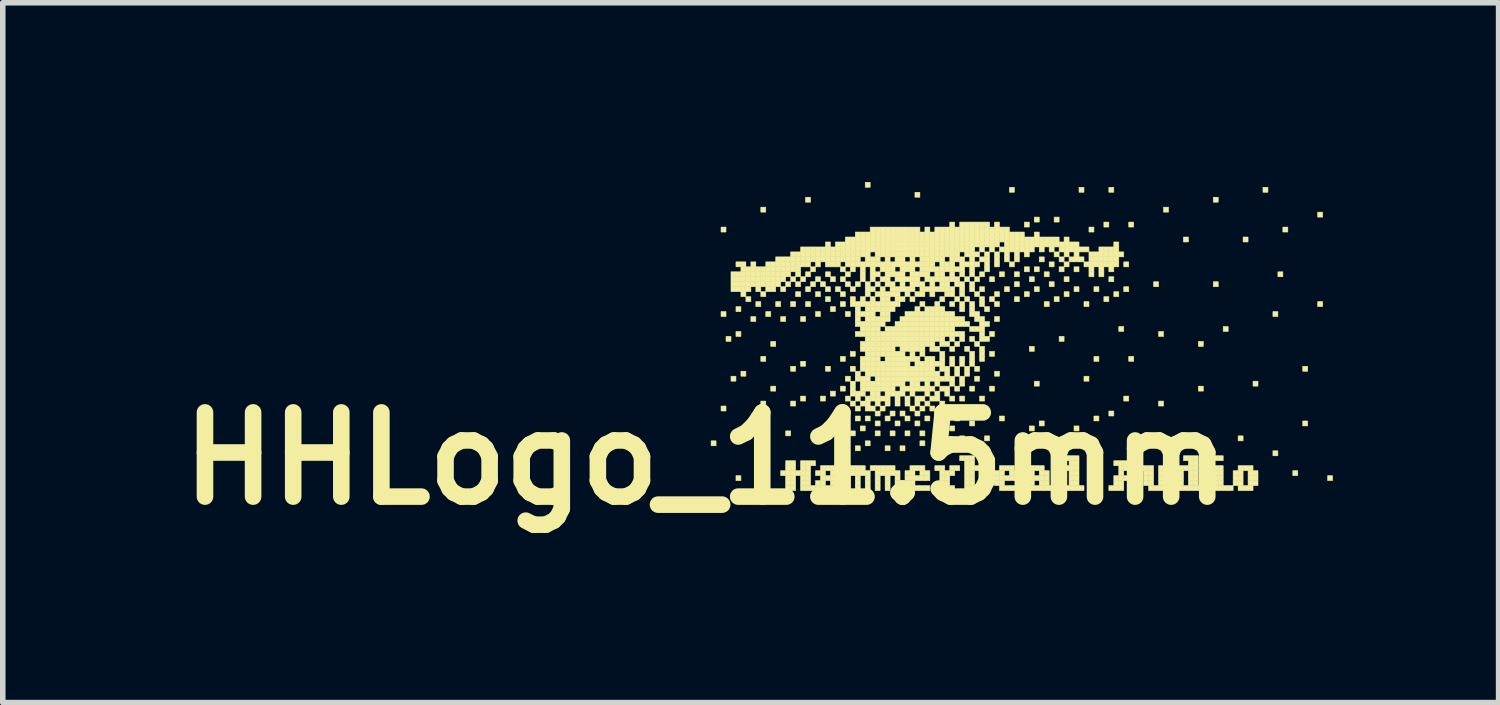
<source format=kicad_pcb>
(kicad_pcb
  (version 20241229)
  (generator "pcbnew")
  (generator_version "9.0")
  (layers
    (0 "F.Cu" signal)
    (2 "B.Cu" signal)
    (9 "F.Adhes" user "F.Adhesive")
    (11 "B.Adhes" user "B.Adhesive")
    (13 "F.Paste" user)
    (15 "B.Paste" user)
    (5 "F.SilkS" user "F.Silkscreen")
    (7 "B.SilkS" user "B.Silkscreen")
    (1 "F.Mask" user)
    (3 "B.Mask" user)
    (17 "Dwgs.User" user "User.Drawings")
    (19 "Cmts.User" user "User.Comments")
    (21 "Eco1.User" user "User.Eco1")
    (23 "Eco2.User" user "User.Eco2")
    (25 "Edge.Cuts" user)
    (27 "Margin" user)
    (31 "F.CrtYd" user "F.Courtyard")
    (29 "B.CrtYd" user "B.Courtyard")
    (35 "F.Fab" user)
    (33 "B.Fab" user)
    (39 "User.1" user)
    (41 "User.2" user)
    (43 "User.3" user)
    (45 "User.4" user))
  (footprint "HHLogo_11.5mm"
    (layer "F.Cu")
    (at 9.732 0.25)
    (property "Reference" "HHLogo_11.5mm" (at 0 5 0) (layer "F.SilkS") (effects (font (size 1.524 1.524) (thickness 0.3))))
    (attr through_hole)
    (fp_poly (pts (xy 0.09 4.68) (xy 0.18 4.68) (xy 0.18 4.77) (xy 0.09 4.77) (xy 0.09 4.68)) (stroke (width 0.01) (type solid)) (fill yes) (layer "F.SilkS"))
    (fp_poly (pts (xy 0.27 0.81) (xy 0.36 0.81) (xy 0.36 0.9) (xy 0.27 0.9) (xy 0.27 0.81)) (stroke (width 0.01) (type solid)) (fill yes) (layer "F.SilkS"))
    (fp_poly (pts (xy 0.27 2.34) (xy 0.36 2.34) (xy 0.36 2.43) (xy 0.27 2.43) (xy 0.27 2.34)) (stroke (width 0.01) (type solid)) (fill yes) (layer "F.SilkS"))
    (fp_poly (pts (xy 0.27 4.05) (xy 0.36 4.05) (xy 0.36 4.14) (xy 0.27 4.14) (xy 0.27 4.05)) (stroke (width 0.01) (type solid)) (fill yes) (layer "F.SilkS"))
    (fp_poly (pts (xy 0.36 2.79) (xy 0.45 2.79) (xy 0.45 2.88) (xy 0.36 2.88) (xy 0.36 2.79)) (stroke (width 0.01) (type solid)) (fill yes) (layer "F.SilkS"))
    (fp_poly (pts (xy 0.45 1.62) (xy 0.54 1.62) (xy 0.54 1.71) (xy 0.45 1.71) (xy 0.45 1.62)) (stroke (width 0.01) (type solid)) (fill yes) (layer "F.SilkS"))
    (fp_poly (pts (xy 0.45 1.71) (xy 0.54 1.71) (xy 0.54 1.8) (xy 0.45 1.8) (xy 0.45 1.71)) (stroke (width 0.01) (type solid)) (fill yes) (layer "F.SilkS"))
    (fp_poly (pts (xy 0.45 1.8) (xy 0.54 1.8) (xy 0.54 1.89) (xy 0.45 1.89) (xy 0.45 1.8)) (stroke (width 0.01) (type solid)) (fill yes) (layer "F.SilkS"))
    (fp_poly (pts (xy 0.45 1.89) (xy 0.54 1.89) (xy 0.54 1.98) (xy 0.45 1.98) (xy 0.45 1.89)) (stroke (width 0.01) (type solid)) (fill yes) (layer "F.SilkS"))
    (fp_poly (pts (xy 0.45 3.51) (xy 0.54 3.51) (xy 0.54 3.6) (xy 0.45 3.6) (xy 0.45 3.51)) (stroke (width 0.01) (type solid)) (fill yes) (layer "F.SilkS"))
    (fp_poly (pts (xy 0.54 1.44) (xy 0.63 1.44) (xy 0.63 1.53) (xy 0.54 1.53) (xy 0.54 1.44)) (stroke (width 0.01) (type solid)) (fill yes) (layer "F.SilkS"))
    (fp_poly (pts (xy 0.54 1.62) (xy 0.63 1.62) (xy 0.63 1.71) (xy 0.54 1.71) (xy 0.54 1.62)) (stroke (width 0.01) (type solid)) (fill yes) (layer "F.SilkS"))
    (fp_poly (pts (xy 0.54 1.71) (xy 0.63 1.71) (xy 0.63 1.8) (xy 0.54 1.8) (xy 0.54 1.71)) (stroke (width 0.01) (type solid)) (fill yes) (layer "F.SilkS"))
    (fp_poly (pts (xy 0.54 1.8) (xy 0.63 1.8) (xy 0.63 1.89) (xy 0.54 1.89) (xy 0.54 1.8)) (stroke (width 0.01) (type solid)) (fill yes) (layer "F.SilkS"))
    (fp_poly (pts (xy 0.54 1.89) (xy 0.63 1.89) (xy 0.63 1.98) (xy 0.54 1.98) (xy 0.54 1.89)) (stroke (width 0.01) (type solid)) (fill yes) (layer "F.SilkS"))
    (fp_poly (pts (xy 0.54 2.25) (xy 0.63 2.25) (xy 0.63 2.34) (xy 0.54 2.34) (xy 0.54 2.25)) (stroke (width 0.01) (type solid)) (fill yes) (layer "F.SilkS"))
    (fp_poly (pts (xy 0.54 2.7) (xy 0.63 2.7) (xy 0.63 2.79) (xy 0.54 2.79) (xy 0.54 2.7)) (stroke (width 0.01) (type solid)) (fill yes) (layer "F.SilkS"))
    (fp_poly (pts (xy 0.54 5.31) (xy 0.63 5.31) (xy 0.63 5.4) (xy 0.54 5.4) (xy 0.54 5.31)) (stroke (width 0.01) (type solid)) (fill yes) (layer "F.SilkS"))
    (fp_poly (pts (xy 0.63 1.44) (xy 0.72 1.44) (xy 0.72 1.53) (xy 0.63 1.53) (xy 0.63 1.44)) (stroke (width 0.01) (type solid)) (fill yes) (layer "F.SilkS"))
    (fp_poly (pts (xy 0.63 1.53) (xy 0.72 1.53) (xy 0.72 1.62) (xy 0.63 1.62) (xy 0.63 1.53)) (stroke (width 0.01) (type solid)) (fill yes) (layer "F.SilkS"))
    (fp_poly (pts (xy 0.63 1.62) (xy 0.72 1.62) (xy 0.72 1.71) (xy 0.63 1.71) (xy 0.63 1.62)) (stroke (width 0.01) (type solid)) (fill yes) (layer "F.SilkS"))
    (fp_poly (pts (xy 0.63 1.71) (xy 0.72 1.71) (xy 0.72 1.8) (xy 0.63 1.8) (xy 0.63 1.71)) (stroke (width 0.01) (type solid)) (fill yes) (layer "F.SilkS"))
    (fp_poly (pts (xy 0.63 1.8) (xy 0.72 1.8) (xy 0.72 1.89) (xy 0.63 1.89) (xy 0.63 1.8)) (stroke (width 0.01) (type solid)) (fill yes) (layer "F.SilkS"))
    (fp_poly (pts (xy 0.63 1.89) (xy 0.72 1.89) (xy 0.72 1.98) (xy 0.63 1.98) (xy 0.63 1.89)) (stroke (width 0.01) (type solid)) (fill yes) (layer "F.SilkS"))
    (fp_poly (pts (xy 0.63 1.98) (xy 0.72 1.98) (xy 0.72 2.07) (xy 0.63 2.07) (xy 0.63 1.98)) (stroke (width 0.01) (type solid)) (fill yes) (layer "F.SilkS"))
    (fp_poly (pts (xy 0.63 3.42) (xy 0.72 3.42) (xy 0.72 3.51) (xy 0.63 3.51) (xy 0.63 3.42)) (stroke (width 0.01) (type solid)) (fill yes) (layer "F.SilkS"))
    (fp_poly (pts (xy 0.72 1.53) (xy 0.81 1.53) (xy 0.81 1.62) (xy 0.72 1.62) (xy 0.72 1.53)) (stroke (width 0.01) (type solid)) (fill yes) (layer "F.SilkS"))
    (fp_poly (pts (xy 0.72 1.62) (xy 0.81 1.62) (xy 0.81 1.71) (xy 0.72 1.71) (xy 0.72 1.62)) (stroke (width 0.01) (type solid)) (fill yes) (layer "F.SilkS"))
    (fp_poly (pts (xy 0.72 1.71) (xy 0.81 1.71) (xy 0.81 1.8) (xy 0.72 1.8) (xy 0.72 1.71)) (stroke (width 0.01) (type solid)) (fill yes) (layer "F.SilkS"))
    (fp_poly (pts (xy 0.72 1.8) (xy 0.81 1.8) (xy 0.81 1.89) (xy 0.72 1.89) (xy 0.72 1.8)) (stroke (width 0.01) (type solid)) (fill yes) (layer "F.SilkS"))
    (fp_poly (pts (xy 0.72 1.89) (xy 0.81 1.89) (xy 0.81 1.98) (xy 0.72 1.98) (xy 0.72 1.89)) (stroke (width 0.01) (type solid)) (fill yes) (layer "F.SilkS"))
    (fp_poly (pts (xy 0.72 2.07) (xy 0.81 2.07) (xy 0.81 2.16) (xy 0.72 2.16) (xy 0.72 2.07)) (stroke (width 0.01) (type solid)) (fill yes) (layer "F.SilkS"))
    (fp_poly (pts (xy 0.81 1.44) (xy 0.9 1.44) (xy 0.9 1.53) (xy 0.81 1.53) (xy 0.81 1.44)) (stroke (width 0.01) (type solid)) (fill yes) (layer "F.SilkS"))
    (fp_poly (pts (xy 0.81 1.53) (xy 0.9 1.53) (xy 0.9 1.62) (xy 0.81 1.62) (xy 0.81 1.53)) (stroke (width 0.01) (type solid)) (fill yes) (layer "F.SilkS"))
    (fp_poly (pts (xy 0.81 1.62) (xy 0.9 1.62) (xy 0.9 1.71) (xy 0.81 1.71) (xy 0.81 1.62)) (stroke (width 0.01) (type solid)) (fill yes) (layer "F.SilkS"))
    (fp_poly (pts (xy 0.81 1.71) (xy 0.9 1.71) (xy 0.9 1.8) (xy 0.81 1.8) (xy 0.81 1.71)) (stroke (width 0.01) (type solid)) (fill yes) (layer "F.SilkS"))
    (fp_poly (pts (xy 0.81 1.8) (xy 0.9 1.8) (xy 0.9 1.89) (xy 0.81 1.89) (xy 0.81 1.8)) (stroke (width 0.01) (type solid)) (fill yes) (layer "F.SilkS"))
    (fp_poly (pts (xy 0.81 2.43) (xy 0.9 2.43) (xy 0.9 2.52) (xy 0.81 2.52) (xy 0.81 2.43)) (stroke (width 0.01) (type solid)) (fill yes) (layer "F.SilkS"))
    (fp_poly (pts (xy 0.9 1.53) (xy 0.99 1.53) (xy 0.99 1.62) (xy 0.9 1.62) (xy 0.9 1.53)) (stroke (width 0.01) (type solid)) (fill yes) (layer "F.SilkS"))
    (fp_poly (pts (xy 0.9 1.62) (xy 0.99 1.62) (xy 0.99 1.71) (xy 0.9 1.71) (xy 0.9 1.62)) (stroke (width 0.01) (type solid)) (fill yes) (layer "F.SilkS"))
    (fp_poly (pts (xy 0.9 1.71) (xy 0.99 1.71) (xy 0.99 1.8) (xy 0.9 1.8) (xy 0.9 1.71)) (stroke (width 0.01) (type solid)) (fill yes) (layer "F.SilkS"))
    (fp_poly (pts (xy 0.9 1.8) (xy 0.99 1.8) (xy 0.99 1.89) (xy 0.9 1.89) (xy 0.9 1.8)) (stroke (width 0.01) (type solid)) (fill yes) (layer "F.SilkS"))
    (fp_poly (pts (xy 0.9 1.89) (xy 0.99 1.89) (xy 0.99 1.98) (xy 0.9 1.98) (xy 0.9 1.89)) (stroke (width 0.01) (type solid)) (fill yes) (layer "F.SilkS"))
    (fp_poly (pts (xy 0.9 2.16) (xy 0.99 2.16) (xy 0.99 2.25) (xy 0.9 2.25) (xy 0.9 2.16)) (stroke (width 0.01) (type solid)) (fill yes) (layer "F.SilkS"))
    (fp_poly (pts (xy 0.99 0.45) (xy 1.08 0.45) (xy 1.08 0.54) (xy 0.99 0.54) (xy 0.99 0.45)) (stroke (width 0.01) (type solid)) (fill yes) (layer "F.SilkS"))
    (fp_poly (pts (xy 0.99 1.53) (xy 1.08 1.53) (xy 1.08 1.62) (xy 0.99 1.62) (xy 0.99 1.53)) (stroke (width 0.01) (type solid)) (fill yes) (layer "F.SilkS"))
    (fp_poly (pts (xy 0.99 1.62) (xy 1.08 1.62) (xy 1.08 1.71) (xy 0.99 1.71) (xy 0.99 1.62)) (stroke (width 0.01) (type solid)) (fill yes) (layer "F.SilkS"))
    (fp_poly (pts (xy 0.99 1.71) (xy 1.08 1.71) (xy 1.08 1.8) (xy 0.99 1.8) (xy 0.99 1.71)) (stroke (width 0.01) (type solid)) (fill yes) (layer "F.SilkS"))
    (fp_poly (pts (xy 0.99 1.8) (xy 1.08 1.8) (xy 1.08 1.89) (xy 0.99 1.89) (xy 0.99 1.8)) (stroke (width 0.01) (type solid)) (fill yes) (layer "F.SilkS"))
    (fp_poly (pts (xy 0.99 1.98) (xy 1.08 1.98) (xy 1.08 2.07) (xy 0.99 2.07) (xy 0.99 1.98)) (stroke (width 0.01) (type solid)) (fill yes) (layer "F.SilkS"))
    (fp_poly (pts (xy 0.99 3.15) (xy 1.08 3.15) (xy 1.08 3.24) (xy 0.99 3.24) (xy 0.99 3.15)) (stroke (width 0.01) (type solid)) (fill yes) (layer "F.SilkS"))
    (fp_poly (pts (xy 0.99 3.96) (xy 1.08 3.96) (xy 1.08 4.05) (xy 0.99 4.05) (xy 0.99 3.96)) (stroke (width 0.01) (type solid)) (fill yes) (layer "F.SilkS"))
    (fp_poly (pts (xy 0.99 4.41) (xy 1.08 4.41) (xy 1.08 4.5) (xy 0.99 4.5) (xy 0.99 4.41)) (stroke (width 0.01) (type solid)) (fill yes) (layer "F.SilkS"))
    (fp_poly (pts (xy 1.08 1.44) (xy 1.17 1.44) (xy 1.17 1.53) (xy 1.08 1.53) (xy 1.08 1.44)) (stroke (width 0.01) (type solid)) (fill yes) (layer "F.SilkS"))
    (fp_poly (pts (xy 1.08 1.53) (xy 1.17 1.53) (xy 1.17 1.62) (xy 1.08 1.62) (xy 1.08 1.53)) (stroke (width 0.01) (type solid)) (fill yes) (layer "F.SilkS"))
    (fp_poly (pts (xy 1.08 1.62) (xy 1.17 1.62) (xy 1.17 1.71) (xy 1.08 1.71) (xy 1.08 1.62)) (stroke (width 0.01) (type solid)) (fill yes) (layer "F.SilkS"))
    (fp_poly (pts (xy 1.08 1.71) (xy 1.17 1.71) (xy 1.17 1.8) (xy 1.08 1.8) (xy 1.08 1.71)) (stroke (width 0.01) (type solid)) (fill yes) (layer "F.SilkS"))
    (fp_poly (pts (xy 1.08 1.8) (xy 1.17 1.8) (xy 1.17 1.89) (xy 1.08 1.89) (xy 1.08 1.8)) (stroke (width 0.01) (type solid)) (fill yes) (layer "F.SilkS"))
    (fp_poly (pts (xy 1.08 1.89) (xy 1.17 1.89) (xy 1.17 1.98) (xy 1.08 1.98) (xy 1.08 1.89)) (stroke (width 0.01) (type solid)) (fill yes) (layer "F.SilkS"))
    (fp_poly (pts (xy 1.08 2.34) (xy 1.17 2.34) (xy 1.17 2.43) (xy 1.08 2.43) (xy 1.08 2.34)) (stroke (width 0.01) (type solid)) (fill yes) (layer "F.SilkS"))
    (fp_poly (pts (xy 1.17 1.44) (xy 1.26 1.44) (xy 1.26 1.53) (xy 1.17 1.53) (xy 1.17 1.44)) (stroke (width 0.01) (type solid)) (fill yes) (layer "F.SilkS"))
    (fp_poly (pts (xy 1.17 1.53) (xy 1.26 1.53) (xy 1.26 1.62) (xy 1.17 1.62) (xy 1.17 1.53)) (stroke (width 0.01) (type solid)) (fill yes) (layer "F.SilkS"))
    (fp_poly (pts (xy 1.17 1.62) (xy 1.26 1.62) (xy 1.26 1.71) (xy 1.17 1.71) (xy 1.17 1.62)) (stroke (width 0.01) (type solid)) (fill yes) (layer "F.SilkS"))
    (fp_poly (pts (xy 1.17 1.71) (xy 1.26 1.71) (xy 1.26 1.8) (xy 1.17 1.8) (xy 1.17 1.71)) (stroke (width 0.01) (type solid)) (fill yes) (layer "F.SilkS"))
    (fp_poly (pts (xy 1.17 1.8) (xy 1.26 1.8) (xy 1.26 1.89) (xy 1.17 1.89) (xy 1.17 1.8)) (stroke (width 0.01) (type solid)) (fill yes) (layer "F.SilkS"))
    (fp_poly (pts (xy 1.17 1.89) (xy 1.26 1.89) (xy 1.26 1.98) (xy 1.17 1.98) (xy 1.17 1.89)) (stroke (width 0.01) (type solid)) (fill yes) (layer "F.SilkS"))
    (fp_poly (pts (xy 1.17 2.88) (xy 1.26 2.88) (xy 1.26 2.97) (xy 1.17 2.97) (xy 1.17 2.88)) (stroke (width 0.01) (type solid)) (fill yes) (layer "F.SilkS"))
    (fp_poly (pts (xy 1.17 3.69) (xy 1.26 3.69) (xy 1.26 3.78) (xy 1.17 3.78) (xy 1.17 3.69)) (stroke (width 0.01) (type solid)) (fill yes) (layer "F.SilkS"))
    (fp_poly (pts (xy 1.26 1.35) (xy 1.35 1.35) (xy 1.35 1.44) (xy 1.26 1.44) (xy 1.26 1.35)) (stroke (width 0.01) (type solid)) (fill yes) (layer "F.SilkS"))
    (fp_poly (pts (xy 1.26 1.44) (xy 1.35 1.44) (xy 1.35 1.53) (xy 1.26 1.53) (xy 1.26 1.44)) (stroke (width 0.01) (type solid)) (fill yes) (layer "F.SilkS"))
    (fp_poly (pts (xy 1.26 1.53) (xy 1.35 1.53) (xy 1.35 1.62) (xy 1.26 1.62) (xy 1.26 1.53)) (stroke (width 0.01) (type solid)) (fill yes) (layer "F.SilkS"))
    (fp_poly (pts (xy 1.26 1.62) (xy 1.35 1.62) (xy 1.35 1.71) (xy 1.26 1.71) (xy 1.26 1.62)) (stroke (width 0.01) (type solid)) (fill yes) (layer "F.SilkS"))
    (fp_poly (pts (xy 1.26 1.71) (xy 1.35 1.71) (xy 1.35 1.8) (xy 1.26 1.8) (xy 1.26 1.71)) (stroke (width 0.01) (type solid)) (fill yes) (layer "F.SilkS"))
    (fp_poly (pts (xy 1.26 1.8) (xy 1.35 1.8) (xy 1.35 1.89) (xy 1.26 1.89) (xy 1.26 1.8)) (stroke (width 0.01) (type solid)) (fill yes) (layer "F.SilkS"))
    (fp_poly (pts (xy 1.26 2.16) (xy 1.35 2.16) (xy 1.35 2.25) (xy 1.26 2.25) (xy 1.26 2.16)) (stroke (width 0.01) (type solid)) (fill yes) (layer "F.SilkS"))
    (fp_poly (pts (xy 1.35 1.35) (xy 1.44 1.35) (xy 1.44 1.44) (xy 1.35 1.44) (xy 1.35 1.35)) (stroke (width 0.01) (type solid)) (fill yes) (layer "F.SilkS"))
    (fp_poly (pts (xy 1.35 1.44) (xy 1.44 1.44) (xy 1.44 1.53) (xy 1.35 1.53) (xy 1.35 1.44)) (stroke (width 0.01) (type solid)) (fill yes) (layer "F.SilkS"))
    (fp_poly (pts (xy 1.35 1.53) (xy 1.44 1.53) (xy 1.44 1.62) (xy 1.35 1.62) (xy 1.35 1.53)) (stroke (width 0.01) (type solid)) (fill yes) (layer "F.SilkS"))
    (fp_poly (pts (xy 1.35 1.62) (xy 1.44 1.62) (xy 1.44 1.71) (xy 1.35 1.71) (xy 1.35 1.62)) (stroke (width 0.01) (type solid)) (fill yes) (layer "F.SilkS"))
    (fp_poly (pts (xy 1.35 1.71) (xy 1.44 1.71) (xy 1.44 1.8) (xy 1.35 1.8) (xy 1.35 1.71)) (stroke (width 0.01) (type solid)) (fill yes) (layer "F.SilkS"))
    (fp_poly (pts (xy 1.35 1.89) (xy 1.44 1.89) (xy 1.44 1.98) (xy 1.35 1.98) (xy 1.35 1.89)) (stroke (width 0.01) (type solid)) (fill yes) (layer "F.SilkS"))
    (fp_poly (pts (xy 1.35 2.43) (xy 1.44 2.43) (xy 1.44 2.52) (xy 1.35 2.52) (xy 1.35 2.43)) (stroke (width 0.01) (type solid)) (fill yes) (layer "F.SilkS"))
    (fp_poly (pts (xy 1.35 5.22) (xy 1.44 5.22) (xy 1.44 5.31) (xy 1.35 5.31) (xy 1.35 5.22)) (stroke (width 0.01) (type solid)) (fill yes) (layer "F.SilkS"))
    (fp_poly (pts (xy 1.44 1.35) (xy 1.53 1.35) (xy 1.53 1.44) (xy 1.44 1.44) (xy 1.44 1.35)) (stroke (width 0.01) (type solid)) (fill yes) (layer "F.SilkS"))
    (fp_poly (pts (xy 1.44 1.44) (xy 1.53 1.44) (xy 1.53 1.53) (xy 1.44 1.53) (xy 1.44 1.44)) (stroke (width 0.01) (type solid)) (fill yes) (layer "F.SilkS"))
    (fp_poly (pts (xy 1.44 1.53) (xy 1.53 1.53) (xy 1.53 1.62) (xy 1.44 1.62) (xy 1.44 1.53)) (stroke (width 0.01) (type solid)) (fill yes) (layer "F.SilkS"))
    (fp_poly (pts (xy 1.44 1.62) (xy 1.53 1.62) (xy 1.53 1.71) (xy 1.44 1.71) (xy 1.44 1.62)) (stroke (width 0.01) (type solid)) (fill yes) (layer "F.SilkS"))
    (fp_poly (pts (xy 1.44 1.8) (xy 1.53 1.8) (xy 1.53 1.89) (xy 1.44 1.89) (xy 1.44 1.8)) (stroke (width 0.01) (type solid)) (fill yes) (layer "F.SilkS"))
    (fp_poly (pts (xy 1.44 4.5) (xy 1.53 4.5) (xy 1.53 4.59) (xy 1.44 4.59) (xy 1.44 4.5)) (stroke (width 0.01) (type solid)) (fill yes) (layer "F.SilkS"))
    (fp_poly (pts (xy 1.44 5.04) (xy 1.53 5.04) (xy 1.53 5.13) (xy 1.44 5.13) (xy 1.44 5.04)) (stroke (width 0.01) (type solid)) (fill yes) (layer "F.SilkS"))
    (fp_poly (pts (xy 1.44 5.13) (xy 1.53 5.13) (xy 1.53 5.22) (xy 1.44 5.22) (xy 1.44 5.13)) (stroke (width 0.01) (type solid)) (fill yes) (layer "F.SilkS"))
    (fp_poly (pts (xy 1.44 5.22) (xy 1.53 5.22) (xy 1.53 5.31) (xy 1.44 5.31) (xy 1.44 5.22)) (stroke (width 0.01) (type solid)) (fill yes) (layer "F.SilkS"))
    (fp_poly (pts (xy 1.44 5.31) (xy 1.53 5.31) (xy 1.53 5.4) (xy 1.44 5.4) (xy 1.44 5.31)) (stroke (width 0.01) (type solid)) (fill yes) (layer "F.SilkS"))
    (fp_poly (pts (xy 1.44 5.4) (xy 1.53 5.4) (xy 1.53 5.49) (xy 1.44 5.49) (xy 1.44 5.4)) (stroke (width 0.01) (type solid)) (fill yes) (layer "F.SilkS"))
    (fp_poly (pts (xy 1.44 5.49) (xy 1.53 5.49) (xy 1.53 5.58) (xy 1.44 5.58) (xy 1.44 5.49)) (stroke (width 0.01) (type solid)) (fill yes) (layer "F.SilkS"))
    (fp_poly (pts (xy 1.53 1.26) (xy 1.62 1.26) (xy 1.62 1.35) (xy 1.53 1.35) (xy 1.53 1.26)) (stroke (width 0.01) (type solid)) (fill yes) (layer "F.SilkS"))
    (fp_poly (pts (xy 1.53 1.35) (xy 1.62 1.35) (xy 1.62 1.44) (xy 1.53 1.44) (xy 1.53 1.35)) (stroke (width 0.01) (type solid)) (fill yes) (layer "F.SilkS"))
    (fp_poly (pts (xy 1.53 1.44) (xy 1.62 1.44) (xy 1.62 1.53) (xy 1.53 1.53) (xy 1.53 1.44)) (stroke (width 0.01) (type solid)) (fill yes) (layer "F.SilkS"))
    (fp_poly (pts (xy 1.53 1.53) (xy 1.62 1.53) (xy 1.62 1.62) (xy 1.53 1.62) (xy 1.53 1.53)) (stroke (width 0.01) (type solid)) (fill yes) (layer "F.SilkS"))
    (fp_poly (pts (xy 1.53 1.71) (xy 1.62 1.71) (xy 1.62 1.8) (xy 1.53 1.8) (xy 1.53 1.71)) (stroke (width 0.01) (type solid)) (fill yes) (layer "F.SilkS"))
    (fp_poly (pts (xy 1.53 2.16) (xy 1.62 2.16) (xy 1.62 2.25) (xy 1.53 2.25) (xy 1.53 2.16)) (stroke (width 0.01) (type solid)) (fill yes) (layer "F.SilkS"))
    (fp_poly (pts (xy 1.53 3.33) (xy 1.62 3.33) (xy 1.62 3.42) (xy 1.53 3.42) (xy 1.53 3.33)) (stroke (width 0.01) (type solid)) (fill yes) (layer "F.SilkS"))
    (fp_poly (pts (xy 1.53 3.96) (xy 1.62 3.96) (xy 1.62 4.05) (xy 1.53 4.05) (xy 1.53 3.96)) (stroke (width 0.01) (type solid)) (fill yes) (layer "F.SilkS"))
    (fp_poly (pts (xy 1.53 5.04) (xy 1.62 5.04) (xy 1.62 5.13) (xy 1.53 5.13) (xy 1.53 5.04)) (stroke (width 0.01) (type solid)) (fill yes) (layer "F.SilkS"))
    (fp_poly (pts (xy 1.53 5.13) (xy 1.62 5.13) (xy 1.62 5.22) (xy 1.53 5.22) (xy 1.53 5.13)) (stroke (width 0.01) (type solid)) (fill yes) (layer "F.SilkS"))
    (fp_poly (pts (xy 1.53 5.22) (xy 1.62 5.22) (xy 1.62 5.31) (xy 1.53 5.31) (xy 1.53 5.22)) (stroke (width 0.01) (type solid)) (fill yes) (layer "F.SilkS"))
    (fp_poly (pts (xy 1.53 5.31) (xy 1.62 5.31) (xy 1.62 5.4) (xy 1.53 5.4) (xy 1.53 5.31)) (stroke (width 0.01) (type solid)) (fill yes) (layer "F.SilkS"))
    (fp_poly (pts (xy 1.53 5.4) (xy 1.62 5.4) (xy 1.62 5.49) (xy 1.53 5.49) (xy 1.53 5.4)) (stroke (width 0.01) (type solid)) (fill yes) (layer "F.SilkS"))
    (fp_poly (pts (xy 1.53 5.49) (xy 1.62 5.49) (xy 1.62 5.58) (xy 1.53 5.58) (xy 1.53 5.49)) (stroke (width 0.01) (type solid)) (fill yes) (layer "F.SilkS"))
    (fp_poly (pts (xy 1.62 1.26) (xy 1.71 1.26) (xy 1.71 1.35) (xy 1.62 1.35) (xy 1.62 1.26)) (stroke (width 0.01) (type solid)) (fill yes) (layer "F.SilkS"))
    (fp_poly (pts (xy 1.62 1.35) (xy 1.71 1.35) (xy 1.71 1.44) (xy 1.62 1.44) (xy 1.62 1.35)) (stroke (width 0.01) (type solid)) (fill yes) (layer "F.SilkS"))
    (fp_poly (pts (xy 1.62 1.44) (xy 1.71 1.44) (xy 1.71 1.53) (xy 1.62 1.53) (xy 1.62 1.44)) (stroke (width 0.01) (type solid)) (fill yes) (layer "F.SilkS"))
    (fp_poly (pts (xy 1.62 1.53) (xy 1.71 1.53) (xy 1.71 1.62) (xy 1.62 1.62) (xy 1.62 1.53)) (stroke (width 0.01) (type solid)) (fill yes) (layer "F.SilkS"))
    (fp_poly (pts (xy 1.62 1.62) (xy 1.71 1.62) (xy 1.71 1.71) (xy 1.62 1.71) (xy 1.62 1.62)) (stroke (width 0.01) (type solid)) (fill yes) (layer "F.SilkS"))
    (fp_poly (pts (xy 1.62 1.8) (xy 1.71 1.8) (xy 1.71 1.89) (xy 1.62 1.89) (xy 1.62 1.8)) (stroke (width 0.01) (type solid)) (fill yes) (layer "F.SilkS"))
    (fp_poly (pts (xy 1.62 1.98) (xy 1.71 1.98) (xy 1.71 2.07) (xy 1.62 2.07) (xy 1.62 1.98)) (stroke (width 0.01) (type solid)) (fill yes) (layer "F.SilkS"))
    (fp_poly (pts (xy 1.62 5.22) (xy 1.71 5.22) (xy 1.71 5.31) (xy 1.62 5.31) (xy 1.62 5.22)) (stroke (width 0.01) (type solid)) (fill yes) (layer "F.SilkS"))
    (fp_poly (pts (xy 1.71 1.17) (xy 1.8 1.17) (xy 1.8 1.26) (xy 1.71 1.26) (xy 1.71 1.17)) (stroke (width 0.01) (type solid)) (fill yes) (layer "F.SilkS"))
    (fp_poly (pts (xy 1.71 1.26) (xy 1.8 1.26) (xy 1.8 1.35) (xy 1.71 1.35) (xy 1.71 1.26)) (stroke (width 0.01) (type solid)) (fill yes) (layer "F.SilkS"))
    (fp_poly (pts (xy 1.71 1.35) (xy 1.8 1.35) (xy 1.8 1.44) (xy 1.71 1.44) (xy 1.71 1.35)) (stroke (width 0.01) (type solid)) (fill yes) (layer "F.SilkS"))
    (fp_poly (pts (xy 1.71 1.44) (xy 1.8 1.44) (xy 1.8 1.53) (xy 1.71 1.53) (xy 1.71 1.44)) (stroke (width 0.01) (type solid)) (fill yes) (layer "F.SilkS"))
    (fp_poly (pts (xy 1.71 1.71) (xy 1.8 1.71) (xy 1.8 1.8) (xy 1.71 1.8) (xy 1.71 1.71)) (stroke (width 0.01) (type solid)) (fill yes) (layer "F.SilkS"))
    (fp_poly (pts (xy 1.71 2.43) (xy 1.8 2.43) (xy 1.8 2.52) (xy 1.71 2.52) (xy 1.71 2.43)) (stroke (width 0.01) (type solid)) (fill yes) (layer "F.SilkS"))
    (fp_poly (pts (xy 1.71 3.24) (xy 1.8 3.24) (xy 1.8 3.33) (xy 1.71 3.33) (xy 1.71 3.24)) (stroke (width 0.01) (type solid)) (fill yes) (layer "F.SilkS"))
    (fp_poly (pts (xy 1.71 3.87) (xy 1.8 3.87) (xy 1.8 3.96) (xy 1.71 3.96) (xy 1.71 3.87)) (stroke (width 0.01) (type solid)) (fill yes) (layer "F.SilkS"))
    (fp_poly (pts (xy 1.71 5.04) (xy 1.8 5.04) (xy 1.8 5.13) (xy 1.71 5.13) (xy 1.71 5.04)) (stroke (width 0.01) (type solid)) (fill yes) (layer "F.SilkS"))
    (fp_poly (pts (xy 1.71 5.13) (xy 1.8 5.13) (xy 1.8 5.22) (xy 1.71 5.22) (xy 1.71 5.13)) (stroke (width 0.01) (type solid)) (fill yes) (layer "F.SilkS"))
    (fp_poly (pts (xy 1.71 5.22) (xy 1.8 5.22) (xy 1.8 5.31) (xy 1.71 5.31) (xy 1.71 5.22)) (stroke (width 0.01) (type solid)) (fill yes) (layer "F.SilkS"))
    (fp_poly (pts (xy 1.71 5.31) (xy 1.8 5.31) (xy 1.8 5.4) (xy 1.71 5.4) (xy 1.71 5.31)) (stroke (width 0.01) (type solid)) (fill yes) (layer "F.SilkS"))
    (fp_poly (pts (xy 1.71 5.4) (xy 1.8 5.4) (xy 1.8 5.49) (xy 1.71 5.49) (xy 1.71 5.4)) (stroke (width 0.01) (type solid)) (fill yes) (layer "F.SilkS"))
    (fp_poly (pts (xy 1.71 5.49) (xy 1.8 5.49) (xy 1.8 5.58) (xy 1.71 5.58) (xy 1.71 5.49)) (stroke (width 0.01) (type solid)) (fill yes) (layer "F.SilkS"))
    (fp_poly (pts (xy 1.8 0.27) (xy 1.89 0.27) (xy 1.89 0.36) (xy 1.8 0.36) (xy 1.8 0.27)) (stroke (width 0.01) (type solid)) (fill yes) (layer "F.SilkS"))
    (fp_poly (pts (xy 1.8 1.17) (xy 1.89 1.17) (xy 1.89 1.26) (xy 1.8 1.26) (xy 1.8 1.17)) (stroke (width 0.01) (type solid)) (fill yes) (layer "F.SilkS"))
    (fp_poly (pts (xy 1.8 1.26) (xy 1.89 1.26) (xy 1.89 1.35) (xy 1.8 1.35) (xy 1.8 1.26)) (stroke (width 0.01) (type solid)) (fill yes) (layer "F.SilkS"))
    (fp_poly (pts (xy 1.8 1.35) (xy 1.89 1.35) (xy 1.89 1.44) (xy 1.8 1.44) (xy 1.8 1.35)) (stroke (width 0.01) (type solid)) (fill yes) (layer "F.SilkS"))
    (fp_poly (pts (xy 1.8 1.44) (xy 1.89 1.44) (xy 1.89 1.53) (xy 1.8 1.53) (xy 1.8 1.44)) (stroke (width 0.01) (type solid)) (fill yes) (layer "F.SilkS"))
    (fp_poly (pts (xy 1.8 1.62) (xy 1.89 1.62) (xy 1.89 1.71) (xy 1.8 1.71) (xy 1.8 1.62)) (stroke (width 0.01) (type solid)) (fill yes) (layer "F.SilkS"))
    (fp_poly (pts (xy 1.8 1.89) (xy 1.89 1.89) (xy 1.89 1.98) (xy 1.8 1.98) (xy 1.8 1.89)) (stroke (width 0.01) (type solid)) (fill yes) (layer "F.SilkS"))
    (fp_poly (pts (xy 1.8 2.16) (xy 1.89 2.16) (xy 1.89 2.25) (xy 1.8 2.25) (xy 1.8 2.16)) (stroke (width 0.01) (type solid)) (fill yes) (layer "F.SilkS"))
    (fp_poly (pts (xy 1.8 5.04) (xy 1.89 5.04) (xy 1.89 5.13) (xy 1.8 5.13) (xy 1.8 5.04)) (stroke (width 0.01) (type solid)) (fill yes) (layer "F.SilkS"))
    (fp_poly (pts (xy 1.8 5.13) (xy 1.89 5.13) (xy 1.89 5.22) (xy 1.8 5.22) (xy 1.8 5.13)) (stroke (width 0.01) (type solid)) (fill yes) (layer "F.SilkS"))
    (fp_poly (pts (xy 1.8 5.22) (xy 1.89 5.22) (xy 1.89 5.31) (xy 1.8 5.31) (xy 1.8 5.22)) (stroke (width 0.01) (type solid)) (fill yes) (layer "F.SilkS"))
    (fp_poly (pts (xy 1.8 5.31) (xy 1.89 5.31) (xy 1.89 5.4) (xy 1.8 5.4) (xy 1.8 5.31)) (stroke (width 0.01) (type solid)) (fill yes) (layer "F.SilkS"))
    (fp_poly (pts (xy 1.8 5.4) (xy 1.89 5.4) (xy 1.89 5.49) (xy 1.8 5.49) (xy 1.8 5.4)) (stroke (width 0.01) (type solid)) (fill yes) (layer "F.SilkS"))
    (fp_poly (pts (xy 1.8 5.49) (xy 1.89 5.49) (xy 1.89 5.58) (xy 1.8 5.58) (xy 1.8 5.49)) (stroke (width 0.01) (type solid)) (fill yes) (layer "F.SilkS"))
    (fp_poly (pts (xy 1.89 1.17) (xy 1.98 1.17) (xy 1.98 1.26) (xy 1.89 1.26) (xy 1.89 1.17)) (stroke (width 0.01) (type solid)) (fill yes) (layer "F.SilkS"))
    (fp_poly (pts (xy 1.89 1.26) (xy 1.98 1.26) (xy 1.98 1.35) (xy 1.89 1.35) (xy 1.89 1.26)) (stroke (width 0.01) (type solid)) (fill yes) (layer "F.SilkS"))
    (fp_poly (pts (xy 1.89 1.35) (xy 1.98 1.35) (xy 1.98 1.44) (xy 1.89 1.44) (xy 1.89 1.35)) (stroke (width 0.01) (type solid)) (fill yes) (layer "F.SilkS"))
    (fp_poly (pts (xy 1.89 1.53) (xy 1.98 1.53) (xy 1.98 1.62) (xy 1.89 1.62) (xy 1.89 1.53)) (stroke (width 0.01) (type solid)) (fill yes) (layer "F.SilkS"))
    (fp_poly (pts (xy 1.89 1.8) (xy 1.98 1.8) (xy 1.98 1.89) (xy 1.89 1.89) (xy 1.89 1.8)) (stroke (width 0.01) (type solid)) (fill yes) (layer "F.SilkS"))
    (fp_poly (pts (xy 1.89 5.04) (xy 1.98 5.04) (xy 1.98 5.13) (xy 1.89 5.13) (xy 1.89 5.04)) (stroke (width 0.01) (type solid)) (fill yes) (layer "F.SilkS"))
    (fp_poly (pts (xy 1.89 5.49) (xy 1.98 5.49) (xy 1.98 5.58) (xy 1.89 5.58) (xy 1.89 5.49)) (stroke (width 0.01) (type solid)) (fill yes) (layer "F.SilkS"))
    (fp_poly (pts (xy 1.98 1.17) (xy 2.07 1.17) (xy 2.07 1.26) (xy 1.98 1.26) (xy 1.98 1.17)) (stroke (width 0.01) (type solid)) (fill yes) (layer "F.SilkS"))
    (fp_poly (pts (xy 1.98 1.26) (xy 2.07 1.26) (xy 2.07 1.35) (xy 1.98 1.35) (xy 1.98 1.26)) (stroke (width 0.01) (type solid)) (fill yes) (layer "F.SilkS"))
    (fp_poly (pts (xy 1.98 1.35) (xy 2.07 1.35) (xy 2.07 1.44) (xy 1.98 1.44) (xy 1.98 1.35)) (stroke (width 0.01) (type solid)) (fill yes) (layer "F.SilkS"))
    (fp_poly (pts (xy 1.98 1.44) (xy 2.07 1.44) (xy 2.07 1.53) (xy 1.98 1.53) (xy 1.98 1.44)) (stroke (width 0.01) (type solid)) (fill yes) (layer "F.SilkS"))
    (fp_poly (pts (xy 1.98 1.71) (xy 2.07 1.71) (xy 2.07 1.8) (xy 1.98 1.8) (xy 1.98 1.71)) (stroke (width 0.01) (type solid)) (fill yes) (layer "F.SilkS"))
    (fp_poly (pts (xy 1.98 1.98) (xy 2.07 1.98) (xy 2.07 2.07) (xy 1.98 2.07) (xy 1.98 1.98)) (stroke (width 0.01) (type solid)) (fill yes) (layer "F.SilkS"))
    (fp_poly (pts (xy 1.98 2.34) (xy 2.07 2.34) (xy 2.07 2.43) (xy 1.98 2.43) (xy 1.98 2.34)) (stroke (width 0.01) (type solid)) (fill yes) (layer "F.SilkS"))
    (fp_poly (pts (xy 1.98 5.22) (xy 2.07 5.22) (xy 2.07 5.31) (xy 1.98 5.31) (xy 1.98 5.22)) (stroke (width 0.01) (type solid)) (fill yes) (layer "F.SilkS"))
    (fp_poly (pts (xy 1.98 5.4) (xy 2.07 5.4) (xy 2.07 5.49) (xy 1.98 5.49) (xy 1.98 5.4)) (stroke (width 0.01) (type solid)) (fill yes) (layer "F.SilkS"))
    (fp_poly (pts (xy 1.98 5.49) (xy 2.07 5.49) (xy 2.07 5.58) (xy 1.98 5.58) (xy 1.98 5.49)) (stroke (width 0.01) (type solid)) (fill yes) (layer "F.SilkS"))
    (fp_poly (pts (xy 2.07 1.17) (xy 2.16 1.17) (xy 2.16 1.26) (xy 2.07 1.26) (xy 2.07 1.17)) (stroke (width 0.01) (type solid)) (fill yes) (layer "F.SilkS"))
    (fp_poly (pts (xy 2.07 1.26) (xy 2.16 1.26) (xy 2.16 1.35) (xy 2.07 1.35) (xy 2.07 1.26)) (stroke (width 0.01) (type solid)) (fill yes) (layer "F.SilkS"))
    (fp_poly (pts (xy 2.07 1.35) (xy 2.16 1.35) (xy 2.16 1.44) (xy 2.07 1.44) (xy 2.07 1.35)) (stroke (width 0.01) (type solid)) (fill yes) (layer "F.SilkS"))
    (fp_poly (pts (xy 2.07 1.8) (xy 2.16 1.8) (xy 2.16 1.89) (xy 2.07 1.89) (xy 2.07 1.8)) (stroke (width 0.01) (type solid)) (fill yes) (layer "F.SilkS"))
    (fp_poly (pts (xy 2.07 3.87) (xy 2.16 3.87) (xy 2.16 3.96) (xy 2.07 3.96) (xy 2.07 3.87)) (stroke (width 0.01) (type solid)) (fill yes) (layer "F.SilkS"))
    (fp_poly (pts (xy 2.07 4.5) (xy 2.16 4.5) (xy 2.16 4.59) (xy 2.07 4.59) (xy 2.07 4.5)) (stroke (width 0.01) (type solid)) (fill yes) (layer "F.SilkS"))
    (fp_poly (pts (xy 2.07 5.13) (xy 2.16 5.13) (xy 2.16 5.22) (xy 2.07 5.22) (xy 2.07 5.13)) (stroke (width 0.01) (type solid)) (fill yes) (layer "F.SilkS"))
    (fp_poly (pts (xy 2.07 5.22) (xy 2.16 5.22) (xy 2.16 5.31) (xy 2.07 5.31) (xy 2.07 5.22)) (stroke (width 0.01) (type solid)) (fill yes) (layer "F.SilkS"))
    (fp_poly (pts (xy 2.07 5.31) (xy 2.16 5.31) (xy 2.16 5.4) (xy 2.07 5.4) (xy 2.07 5.31)) (stroke (width 0.01) (type solid)) (fill yes) (layer "F.SilkS"))
    (fp_poly (pts (xy 2.07 5.4) (xy 2.16 5.4) (xy 2.16 5.49) (xy 2.07 5.49) (xy 2.07 5.4)) (stroke (width 0.01) (type solid)) (fill yes) (layer "F.SilkS"))
    (fp_poly (pts (xy 2.07 5.49) (xy 2.16 5.49) (xy 2.16 5.58) (xy 2.07 5.58) (xy 2.07 5.49)) (stroke (width 0.01) (type solid)) (fill yes) (layer "F.SilkS"))
    (fp_poly (pts (xy 2.16 1.08) (xy 2.25 1.08) (xy 2.25 1.17) (xy 2.16 1.17) (xy 2.16 1.08)) (stroke (width 0.01) (type solid)) (fill yes) (layer "F.SilkS"))
    (fp_poly (pts (xy 2.16 1.17) (xy 2.25 1.17) (xy 2.25 1.26) (xy 2.16 1.26) (xy 2.16 1.17)) (stroke (width 0.01) (type solid)) (fill yes) (layer "F.SilkS"))
    (fp_poly (pts (xy 2.16 1.26) (xy 2.25 1.26) (xy 2.25 1.35) (xy 2.16 1.35) (xy 2.16 1.26)) (stroke (width 0.01) (type solid)) (fill yes) (layer "F.SilkS"))
    (fp_poly (pts (xy 2.16 1.35) (xy 2.25 1.35) (xy 2.25 1.44) (xy 2.16 1.44) (xy 2.16 1.35)) (stroke (width 0.01) (type solid)) (fill yes) (layer "F.SilkS"))
    (fp_poly (pts (xy 2.16 1.44) (xy 2.25 1.44) (xy 2.25 1.53) (xy 2.16 1.53) (xy 2.16 1.44)) (stroke (width 0.01) (type solid)) (fill yes) (layer "F.SilkS"))
    (fp_poly (pts (xy 2.16 1.62) (xy 2.25 1.62) (xy 2.25 1.71) (xy 2.16 1.71) (xy 2.16 1.62)) (stroke (width 0.01) (type solid)) (fill yes) (layer "F.SilkS"))
    (fp_poly (pts (xy 2.16 1.89) (xy 2.25 1.89) (xy 2.25 1.98) (xy 2.16 1.98) (xy 2.16 1.89)) (stroke (width 0.01) (type solid)) (fill yes) (layer "F.SilkS"))
    (fp_poly (pts (xy 2.16 2.07) (xy 2.25 2.07) (xy 2.25 2.16) (xy 2.16 2.16) (xy 2.16 2.07)) (stroke (width 0.01) (type solid)) (fill yes) (layer "F.SilkS"))
    (fp_poly (pts (xy 2.16 3.33) (xy 2.25 3.33) (xy 2.25 3.42) (xy 2.16 3.42) (xy 2.16 3.33)) (stroke (width 0.01) (type solid)) (fill yes) (layer "F.SilkS"))
    (fp_poly (pts (xy 2.16 5.13) (xy 2.25 5.13) (xy 2.25 5.22) (xy 2.16 5.22) (xy 2.16 5.13)) (stroke (width 0.01) (type solid)) (fill yes) (layer "F.SilkS"))
    (fp_poly (pts (xy 2.16 5.31) (xy 2.25 5.31) (xy 2.25 5.4) (xy 2.16 5.4) (xy 2.16 5.31)) (stroke (width 0.01) (type solid)) (fill yes) (layer "F.SilkS"))
    (fp_poly (pts (xy 2.16 5.49) (xy 2.25 5.49) (xy 2.25 5.58) (xy 2.16 5.58) (xy 2.16 5.49)) (stroke (width 0.01) (type solid)) (fill yes) (layer "F.SilkS"))
    (fp_poly (pts (xy 2.25 1.17) (xy 2.34 1.17) (xy 2.34 1.26) (xy 2.25 1.26) (xy 2.25 1.17)) (stroke (width 0.01) (type solid)) (fill yes) (layer "F.SilkS"))
    (fp_poly (pts (xy 2.25 1.26) (xy 2.34 1.26) (xy 2.34 1.35) (xy 2.25 1.35) (xy 2.25 1.26)) (stroke (width 0.01) (type solid)) (fill yes) (layer "F.SilkS"))
    (fp_poly (pts (xy 2.25 1.35) (xy 2.34 1.35) (xy 2.34 1.44) (xy 2.25 1.44) (xy 2.25 1.35)) (stroke (width 0.01) (type solid)) (fill yes) (layer "F.SilkS"))
    (fp_poly (pts (xy 2.25 1.44) (xy 2.34 1.44) (xy 2.34 1.53) (xy 2.25 1.53) (xy 2.25 1.44)) (stroke (width 0.01) (type solid)) (fill yes) (layer "F.SilkS"))
    (fp_poly (pts (xy 2.25 1.71) (xy 2.34 1.71) (xy 2.34 1.8) (xy 2.25 1.8) (xy 2.25 1.71)) (stroke (width 0.01) (type solid)) (fill yes) (layer "F.SilkS"))
    (fp_poly (pts (xy 2.25 2.25) (xy 2.34 2.25) (xy 2.34 2.34) (xy 2.25 2.34) (xy 2.25 2.25)) (stroke (width 0.01) (type solid)) (fill yes) (layer "F.SilkS"))
    (fp_poly (pts (xy 2.25 3.78) (xy 2.34 3.78) (xy 2.34 3.87) (xy 2.25 3.87) (xy 2.25 3.78)) (stroke (width 0.01) (type solid)) (fill yes) (layer "F.SilkS"))
    (fp_poly (pts (xy 2.25 4.41) (xy 2.34 4.41) (xy 2.34 4.5) (xy 2.25 4.5) (xy 2.25 4.41)) (stroke (width 0.01) (type solid)) (fill yes) (layer "F.SilkS"))
    (fp_poly (pts (xy 2.25 5.13) (xy 2.34 5.13) (xy 2.34 5.22) (xy 2.25 5.22) (xy 2.25 5.13)) (stroke (width 0.01) (type solid)) (fill yes) (layer "F.SilkS"))
    (fp_poly (pts (xy 2.25 5.22) (xy 2.34 5.22) (xy 2.34 5.31) (xy 2.25 5.31) (xy 2.25 5.22)) (stroke (width 0.01) (type solid)) (fill yes) (layer "F.SilkS"))
    (fp_poly (pts (xy 2.25 5.31) (xy 2.34 5.31) (xy 2.34 5.4) (xy 2.25 5.4) (xy 2.25 5.31)) (stroke (width 0.01) (type solid)) (fill yes) (layer "F.SilkS"))
    (fp_poly (pts (xy 2.25 5.4) (xy 2.34 5.4) (xy 2.34 5.49) (xy 2.25 5.49) (xy 2.25 5.4)) (stroke (width 0.01) (type solid)) (fill yes) (layer "F.SilkS"))
    (fp_poly (pts (xy 2.25 5.49) (xy 2.34 5.49) (xy 2.34 5.58) (xy 2.25 5.58) (xy 2.25 5.49)) (stroke (width 0.01) (type solid)) (fill yes) (layer "F.SilkS"))
    (fp_poly (pts (xy 2.34 1.08) (xy 2.43 1.08) (xy 2.43 1.17) (xy 2.34 1.17) (xy 2.34 1.08)) (stroke (width 0.01) (type solid)) (fill yes) (layer "F.SilkS"))
    (fp_poly (pts (xy 2.34 1.17) (xy 2.43 1.17) (xy 2.43 1.26) (xy 2.34 1.26) (xy 2.34 1.17)) (stroke (width 0.01) (type solid)) (fill yes) (layer "F.SilkS"))
    (fp_poly (pts (xy 2.34 1.26) (xy 2.43 1.26) (xy 2.43 1.35) (xy 2.34 1.35) (xy 2.34 1.26)) (stroke (width 0.01) (type solid)) (fill yes) (layer "F.SilkS"))
    (fp_poly (pts (xy 2.34 1.35) (xy 2.43 1.35) (xy 2.43 1.44) (xy 2.34 1.44) (xy 2.34 1.35)) (stroke (width 0.01) (type solid)) (fill yes) (layer "F.SilkS"))
    (fp_poly (pts (xy 2.34 1.44) (xy 2.43 1.44) (xy 2.43 1.53) (xy 2.34 1.53) (xy 2.34 1.44)) (stroke (width 0.01) (type solid)) (fill yes) (layer "F.SilkS"))
    (fp_poly (pts (xy 2.34 1.89) (xy 2.43 1.89) (xy 2.43 1.98) (xy 2.34 1.98) (xy 2.34 1.89)) (stroke (width 0.01) (type solid)) (fill yes) (layer "F.SilkS"))
    (fp_poly (pts (xy 2.34 5.22) (xy 2.43 5.22) (xy 2.43 5.31) (xy 2.34 5.31) (xy 2.34 5.22)) (stroke (width 0.01) (type solid)) (fill yes) (layer "F.SilkS"))
    (fp_poly (pts (xy 2.34 5.31) (xy 2.43 5.31) (xy 2.43 5.4) (xy 2.34 5.4) (xy 2.34 5.31)) (stroke (width 0.01) (type solid)) (fill yes) (layer "F.SilkS"))
    (fp_poly (pts (xy 2.34 5.4) (xy 2.43 5.4) (xy 2.43 5.49) (xy 2.34 5.49) (xy 2.34 5.4)) (stroke (width 0.01) (type solid)) (fill yes) (layer "F.SilkS"))
    (fp_poly (pts (xy 2.34 5.49) (xy 2.43 5.49) (xy 2.43 5.58) (xy 2.34 5.58) (xy 2.34 5.49)) (stroke (width 0.01) (type solid)) (fill yes) (layer "F.SilkS"))
    (fp_poly (pts (xy 2.43 1.08) (xy 2.52 1.08) (xy 2.52 1.17) (xy 2.43 1.17) (xy 2.43 1.08)) (stroke (width 0.01) (type solid)) (fill yes) (layer "F.SilkS"))
    (fp_poly (pts (xy 2.43 1.17) (xy 2.52 1.17) (xy 2.52 1.26) (xy 2.43 1.26) (xy 2.43 1.17)) (stroke (width 0.01) (type solid)) (fill yes) (layer "F.SilkS"))
    (fp_poly (pts (xy 2.43 1.26) (xy 2.52 1.26) (xy 2.52 1.35) (xy 2.43 1.35) (xy 2.43 1.26)) (stroke (width 0.01) (type solid)) (fill yes) (layer "F.SilkS"))
    (fp_poly (pts (xy 2.43 1.35) (xy 2.52 1.35) (xy 2.52 1.44) (xy 2.43 1.44) (xy 2.43 1.35)) (stroke (width 0.01) (type solid)) (fill yes) (layer "F.SilkS"))
    (fp_poly (pts (xy 2.43 1.53) (xy 2.52 1.53) (xy 2.52 1.62) (xy 2.43 1.62) (xy 2.43 1.53)) (stroke (width 0.01) (type solid)) (fill yes) (layer "F.SilkS"))
    (fp_poly (pts (xy 2.43 1.71) (xy 2.52 1.71) (xy 2.52 1.8) (xy 2.43 1.8) (xy 2.43 1.71)) (stroke (width 0.01) (type solid)) (fill yes) (layer "F.SilkS"))
    (fp_poly (pts (xy 2.43 1.98) (xy 2.52 1.98) (xy 2.52 2.07) (xy 2.43 2.07) (xy 2.43 1.98)) (stroke (width 0.01) (type solid)) (fill yes) (layer "F.SilkS"))
    (fp_poly (pts (xy 2.43 2.16) (xy 2.52 2.16) (xy 2.52 2.25) (xy 2.43 2.25) (xy 2.43 2.16)) (stroke (width 0.01) (type solid)) (fill yes) (layer "F.SilkS"))
    (fp_poly (pts (xy 2.43 3.15) (xy 2.52 3.15) (xy 2.52 3.24) (xy 2.43 3.24) (xy 2.43 3.15)) (stroke (width 0.01) (type solid)) (fill yes) (layer "F.SilkS"))
    (fp_poly (pts (xy 2.43 3.69) (xy 2.52 3.69) (xy 2.52 3.78) (xy 2.43 3.78) (xy 2.43 3.69)) (stroke (width 0.01) (type solid)) (fill yes) (layer "F.SilkS"))
    (fp_poly (pts (xy 2.43 4.23) (xy 2.52 4.23) (xy 2.52 4.32) (xy 2.43 4.32) (xy 2.43 4.23)) (stroke (width 0.01) (type solid)) (fill yes) (layer "F.SilkS"))
    (fp_poly (pts (xy 2.43 4.77) (xy 2.52 4.77) (xy 2.52 4.86) (xy 2.43 4.86) (xy 2.43 4.77)) (stroke (width 0.01) (type solid)) (fill yes) (layer "F.SilkS"))
    (fp_poly (pts (xy 2.43 5.13) (xy 2.52 5.13) (xy 2.52 5.22) (xy 2.43 5.22) (xy 2.43 5.13)) (stroke (width 0.01) (type solid)) (fill yes) (layer "F.SilkS"))
    (fp_poly (pts (xy 2.52 0.99) (xy 2.61 0.99) (xy 2.61 1.08) (xy 2.52 1.08) (xy 2.52 0.99)) (stroke (width 0.01) (type solid)) (fill yes) (layer "F.SilkS"))
    (fp_poly (pts (xy 2.52 1.08) (xy 2.61 1.08) (xy 2.61 1.17) (xy 2.52 1.17) (xy 2.52 1.08)) (stroke (width 0.01) (type solid)) (fill yes) (layer "F.SilkS"))
    (fp_poly (pts (xy 2.52 1.17) (xy 2.61 1.17) (xy 2.61 1.26) (xy 2.52 1.26) (xy 2.52 1.17)) (stroke (width 0.01) (type solid)) (fill yes) (layer "F.SilkS"))
    (fp_poly (pts (xy 2.52 1.26) (xy 2.61 1.26) (xy 2.61 1.35) (xy 2.52 1.35) (xy 2.52 1.26)) (stroke (width 0.01) (type solid)) (fill yes) (layer "F.SilkS"))
    (fp_poly (pts (xy 2.52 1.35) (xy 2.61 1.35) (xy 2.61 1.44) (xy 2.52 1.44) (xy 2.52 1.35)) (stroke (width 0.01) (type solid)) (fill yes) (layer "F.SilkS"))
    (fp_poly (pts (xy 2.52 1.44) (xy 2.61 1.44) (xy 2.61 1.53) (xy 2.52 1.53) (xy 2.52 1.44)) (stroke (width 0.01) (type solid)) (fill yes) (layer "F.SilkS"))
    (fp_poly (pts (xy 2.52 1.62) (xy 2.61 1.62) (xy 2.61 1.71) (xy 2.52 1.71) (xy 2.52 1.62)) (stroke (width 0.01) (type solid)) (fill yes) (layer "F.SilkS"))
    (fp_poly (pts (xy 2.52 1.8) (xy 2.61 1.8) (xy 2.61 1.89) (xy 2.52 1.89) (xy 2.52 1.8)) (stroke (width 0.01) (type solid)) (fill yes) (layer "F.SilkS"))
    (fp_poly (pts (xy 2.52 2.34) (xy 2.61 2.34) (xy 2.61 2.43) (xy 2.52 2.43) (xy 2.52 2.34)) (stroke (width 0.01) (type solid)) (fill yes) (layer "F.SilkS"))
    (fp_poly (pts (xy 2.52 3.51) (xy 2.61 3.51) (xy 2.61 3.6) (xy 2.52 3.6) (xy 2.52 3.51)) (stroke (width 0.01) (type solid)) (fill yes) (layer "F.SilkS"))
    (fp_poly (pts (xy 2.52 3.87) (xy 2.61 3.87) (xy 2.61 3.96) (xy 2.52 3.96) (xy 2.52 3.87)) (stroke (width 0.01) (type solid)) (fill yes) (layer "F.SilkS"))
    (fp_poly (pts (xy 2.52 5.13) (xy 2.61 5.13) (xy 2.61 5.22) (xy 2.52 5.22) (xy 2.52 5.13)) (stroke (width 0.01) (type solid)) (fill yes) (layer "F.SilkS"))
    (fp_poly (pts (xy 2.52 5.22) (xy 2.61 5.22) (xy 2.61 5.31) (xy 2.52 5.31) (xy 2.52 5.22)) (stroke (width 0.01) (type solid)) (fill yes) (layer "F.SilkS"))
    (fp_poly (pts (xy 2.52 5.31) (xy 2.61 5.31) (xy 2.61 5.4) (xy 2.52 5.4) (xy 2.52 5.31)) (stroke (width 0.01) (type solid)) (fill yes) (layer "F.SilkS"))
    (fp_poly (pts (xy 2.52 5.4) (xy 2.61 5.4) (xy 2.61 5.49) (xy 2.52 5.49) (xy 2.52 5.4)) (stroke (width 0.01) (type solid)) (fill yes) (layer "F.SilkS"))
    (fp_poly (pts (xy 2.52 5.49) (xy 2.61 5.49) (xy 2.61 5.58) (xy 2.52 5.58) (xy 2.52 5.49)) (stroke (width 0.01) (type solid)) (fill yes) (layer "F.SilkS"))
    (fp_poly (pts (xy 2.61 0.99) (xy 2.7 0.99) (xy 2.7 1.08) (xy 2.61 1.08) (xy 2.61 0.99)) (stroke (width 0.01) (type solid)) (fill yes) (layer "F.SilkS"))
    (fp_poly (pts (xy 2.61 1.08) (xy 2.7 1.08) (xy 2.7 1.17) (xy 2.61 1.17) (xy 2.61 1.08)) (stroke (width 0.01) (type solid)) (fill yes) (layer "F.SilkS"))
    (fp_poly (pts (xy 2.61 1.17) (xy 2.7 1.17) (xy 2.7 1.26) (xy 2.61 1.26) (xy 2.61 1.17)) (stroke (width 0.01) (type solid)) (fill yes) (layer "F.SilkS"))
    (fp_poly (pts (xy 2.61 1.26) (xy 2.7 1.26) (xy 2.7 1.35) (xy 2.61 1.35) (xy 2.61 1.26)) (stroke (width 0.01) (type solid)) (fill yes) (layer "F.SilkS"))
    (fp_poly (pts (xy 2.61 1.35) (xy 2.7 1.35) (xy 2.7 1.44) (xy 2.61 1.44) (xy 2.61 1.35)) (stroke (width 0.01) (type solid)) (fill yes) (layer "F.SilkS"))
    (fp_poly (pts (xy 2.61 1.44) (xy 2.7 1.44) (xy 2.7 1.53) (xy 2.61 1.53) (xy 2.61 1.44)) (stroke (width 0.01) (type solid)) (fill yes) (layer "F.SilkS"))
    (fp_poly (pts (xy 2.61 1.53) (xy 2.7 1.53) (xy 2.7 1.62) (xy 2.61 1.62) (xy 2.61 1.53)) (stroke (width 0.01) (type solid)) (fill yes) (layer "F.SilkS"))
    (fp_poly (pts (xy 2.61 1.89) (xy 2.7 1.89) (xy 2.7 1.98) (xy 2.61 1.98) (xy 2.61 1.89)) (stroke (width 0.01) (type solid)) (fill yes) (layer "F.SilkS"))
    (fp_poly (pts (xy 2.61 2.07) (xy 2.7 2.07) (xy 2.7 2.16) (xy 2.61 2.16) (xy 2.61 2.07)) (stroke (width 0.01) (type solid)) (fill yes) (layer "F.SilkS"))
    (fp_poly (pts (xy 2.61 2.16) (xy 2.7 2.16) (xy 2.7 2.25) (xy 2.61 2.25) (xy 2.61 2.16)) (stroke (width 0.01) (type solid)) (fill yes) (layer "F.SilkS"))
    (fp_poly (pts (xy 2.61 3.06) (xy 2.7 3.06) (xy 2.7 3.15) (xy 2.61 3.15) (xy 2.61 3.06)) (stroke (width 0.01) (type solid)) (fill yes) (layer "F.SilkS"))
    (fp_poly (pts (xy 2.61 3.33) (xy 2.7 3.33) (xy 2.7 3.42) (xy 2.61 3.42) (xy 2.61 3.33)) (stroke (width 0.01) (type solid)) (fill yes) (layer "F.SilkS"))
    (fp_poly (pts (xy 2.61 3.6) (xy 2.7 3.6) (xy 2.7 3.69) (xy 2.61 3.69) (xy 2.61 3.6)) (stroke (width 0.01) (type solid)) (fill yes) (layer "F.SilkS"))
    (fp_poly (pts (xy 2.61 3.69) (xy 2.7 3.69) (xy 2.7 3.78) (xy 2.61 3.78) (xy 2.61 3.69)) (stroke (width 0.01) (type solid)) (fill yes) (layer "F.SilkS"))
    (fp_poly (pts (xy 2.61 3.78) (xy 2.7 3.78) (xy 2.7 3.87) (xy 2.61 3.87) (xy 2.61 3.78)) (stroke (width 0.01) (type solid)) (fill yes) (layer "F.SilkS"))
    (fp_poly (pts (xy 2.61 3.96) (xy 2.7 3.96) (xy 2.7 4.05) (xy 2.61 4.05) (xy 2.61 3.96)) (stroke (width 0.01) (type solid)) (fill yes) (layer "F.SilkS"))
    (fp_poly (pts (xy 2.61 4.5) (xy 2.7 4.5) (xy 2.7 4.59) (xy 2.61 4.59) (xy 2.61 4.5)) (stroke (width 0.01) (type solid)) (fill yes) (layer "F.SilkS"))
    (fp_poly (pts (xy 2.61 5.13) (xy 2.7 5.13) (xy 2.7 5.22) (xy 2.61 5.22) (xy 2.61 5.13)) (stroke (width 0.01) (type solid)) (fill yes) (layer "F.SilkS"))
    (fp_poly (pts (xy 2.61 5.22) (xy 2.7 5.22) (xy 2.7 5.31) (xy 2.61 5.31) (xy 2.61 5.22)) (stroke (width 0.01) (type solid)) (fill yes) (layer "F.SilkS"))
    (fp_poly (pts (xy 2.7 0.9) (xy 2.79 0.9) (xy 2.79 0.99) (xy 2.7 0.99) (xy 2.7 0.9)) (stroke (width 0.01) (type solid)) (fill yes) (layer "F.SilkS"))
    (fp_poly (pts (xy 2.7 0.99) (xy 2.79 0.99) (xy 2.79 1.08) (xy 2.7 1.08) (xy 2.7 0.99)) (stroke (width 0.01) (type solid)) (fill yes) (layer "F.SilkS"))
    (fp_poly (pts (xy 2.7 1.08) (xy 2.79 1.08) (xy 2.79 1.17) (xy 2.7 1.17) (xy 2.7 1.08)) (stroke (width 0.01) (type solid)) (fill yes) (layer "F.SilkS"))
    (fp_poly (pts (xy 2.7 1.17) (xy 2.79 1.17) (xy 2.79 1.26) (xy 2.7 1.26) (xy 2.7 1.17)) (stroke (width 0.01) (type solid)) (fill yes) (layer "F.SilkS"))
    (fp_poly (pts (xy 2.7 1.26) (xy 2.79 1.26) (xy 2.79 1.35) (xy 2.7 1.35) (xy 2.7 1.26)) (stroke (width 0.01) (type solid)) (fill yes) (layer "F.SilkS"))
    (fp_poly (pts (xy 2.7 1.35) (xy 2.79 1.35) (xy 2.79 1.44) (xy 2.7 1.44) (xy 2.7 1.35)) (stroke (width 0.01) (type solid)) (fill yes) (layer "F.SilkS"))
    (fp_poly (pts (xy 2.7 1.44) (xy 2.79 1.44) (xy 2.79 1.53) (xy 2.7 1.53) (xy 2.7 1.44)) (stroke (width 0.01) (type solid)) (fill yes) (layer "F.SilkS"))
    (fp_poly (pts (xy 2.7 1.8) (xy 2.79 1.8) (xy 2.79 1.89) (xy 2.7 1.89) (xy 2.7 1.8)) (stroke (width 0.01) (type solid)) (fill yes) (layer "F.SilkS"))
    (fp_poly (pts (xy 2.7 2.16) (xy 2.79 2.16) (xy 2.79 2.25) (xy 2.7 2.25) (xy 2.7 2.16)) (stroke (width 0.01) (type solid)) (fill yes) (layer "F.SilkS"))
    (fp_poly (pts (xy 2.7 2.25) (xy 2.79 2.25) (xy 2.79 2.34) (xy 2.7 2.34) (xy 2.7 2.25)) (stroke (width 0.01) (type solid)) (fill yes) (layer "F.SilkS"))
    (fp_poly (pts (xy 2.7 2.34) (xy 2.79 2.34) (xy 2.79 2.43) (xy 2.7 2.43) (xy 2.7 2.34)) (stroke (width 0.01) (type solid)) (fill yes) (layer "F.SilkS"))
    (fp_poly (pts (xy 2.7 2.43) (xy 2.79 2.43) (xy 2.79 2.52) (xy 2.7 2.52) (xy 2.7 2.43)) (stroke (width 0.01) (type solid)) (fill yes) (layer "F.SilkS"))
    (fp_poly (pts (xy 2.7 2.52) (xy 2.79 2.52) (xy 2.79 2.61) (xy 2.7 2.61) (xy 2.7 2.52)) (stroke (width 0.01) (type solid)) (fill yes) (layer "F.SilkS"))
    (fp_poly (pts (xy 2.7 2.7) (xy 2.79 2.7) (xy 2.79 2.79) (xy 2.7 2.79) (xy 2.7 2.7)) (stroke (width 0.01) (type solid)) (fill yes) (layer "F.SilkS"))
    (fp_poly (pts (xy 2.7 3.42) (xy 2.79 3.42) (xy 2.79 3.51) (xy 2.7 3.51) (xy 2.7 3.42)) (stroke (width 0.01) (type solid)) (fill yes) (layer "F.SilkS"))
    (fp_poly (pts (xy 2.7 3.51) (xy 2.79 3.51) (xy 2.79 3.6) (xy 2.7 3.6) (xy 2.7 3.51)) (stroke (width 0.01) (type solid)) (fill yes) (layer "F.SilkS"))
    (fp_poly (pts (xy 2.7 3.78) (xy 2.79 3.78) (xy 2.79 3.87) (xy 2.7 3.87) (xy 2.7 3.78)) (stroke (width 0.01) (type solid)) (fill yes) (layer "F.SilkS"))
    (fp_poly (pts (xy 2.7 3.87) (xy 2.79 3.87) (xy 2.79 3.96) (xy 2.7 3.96) (xy 2.7 3.87)) (stroke (width 0.01) (type solid)) (fill yes) (layer "F.SilkS"))
    (fp_poly (pts (xy 2.7 4.05) (xy 2.79 4.05) (xy 2.79 4.14) (xy 2.7 4.14) (xy 2.7 4.05)) (stroke (width 0.01) (type solid)) (fill yes) (layer "F.SilkS"))
    (fp_poly (pts (xy 2.7 4.23) (xy 2.79 4.23) (xy 2.79 4.32) (xy 2.7 4.32) (xy 2.7 4.23)) (stroke (width 0.01) (type solid)) (fill yes) (layer "F.SilkS"))
    (fp_poly (pts (xy 2.7 4.77) (xy 2.79 4.77) (xy 2.79 4.86) (xy 2.7 4.86) (xy 2.7 4.77)) (stroke (width 0.01) (type solid)) (fill yes) (layer "F.SilkS"))
    (fp_poly (pts (xy 2.7 5.13) (xy 2.79 5.13) (xy 2.79 5.22) (xy 2.7 5.22) (xy 2.7 5.13)) (stroke (width 0.01) (type solid)) (fill yes) (layer "F.SilkS"))
    (fp_poly (pts (xy 2.7 5.22) (xy 2.79 5.22) (xy 2.79 5.31) (xy 2.7 5.31) (xy 2.7 5.22)) (stroke (width 0.01) (type solid)) (fill yes) (layer "F.SilkS"))
    (fp_poly (pts (xy 2.7 5.31) (xy 2.79 5.31) (xy 2.79 5.4) (xy 2.7 5.4) (xy 2.7 5.31)) (stroke (width 0.01) (type solid)) (fill yes) (layer "F.SilkS"))
    (fp_poly (pts (xy 2.7 5.4) (xy 2.79 5.4) (xy 2.79 5.49) (xy 2.7 5.49) (xy 2.7 5.4)) (stroke (width 0.01) (type solid)) (fill yes) (layer "F.SilkS"))
    (fp_poly (pts (xy 2.7 5.49) (xy 2.79 5.49) (xy 2.79 5.58) (xy 2.7 5.58) (xy 2.7 5.49)) (stroke (width 0.01) (type solid)) (fill yes) (layer "F.SilkS"))
    (fp_poly (pts (xy 2.79 0.9) (xy 2.88 0.9) (xy 2.88 0.99) (xy 2.79 0.99) (xy 2.79 0.9)) (stroke (width 0.01) (type solid)) (fill yes) (layer "F.SilkS"))
    (fp_poly (pts (xy 2.79 0.99) (xy 2.88 0.99) (xy 2.88 1.08) (xy 2.79 1.08) (xy 2.79 0.99)) (stroke (width 0.01) (type solid)) (fill yes) (layer "F.SilkS"))
    (fp_poly (pts (xy 2.79 1.08) (xy 2.88 1.08) (xy 2.88 1.17) (xy 2.79 1.17) (xy 2.79 1.08)) (stroke (width 0.01) (type solid)) (fill yes) (layer "F.SilkS"))
    (fp_poly (pts (xy 2.79 1.17) (xy 2.88 1.17) (xy 2.88 1.26) (xy 2.79 1.26) (xy 2.79 1.17)) (stroke (width 0.01) (type solid)) (fill yes) (layer "F.SilkS"))
    (fp_poly (pts (xy 2.79 1.26) (xy 2.88 1.26) (xy 2.88 1.35) (xy 2.79 1.35) (xy 2.79 1.26)) (stroke (width 0.01) (type solid)) (fill yes) (layer "F.SilkS"))
    (fp_poly (pts (xy 2.79 1.44) (xy 2.88 1.44) (xy 2.88 1.53) (xy 2.79 1.53) (xy 2.79 1.44)) (stroke (width 0.01) (type solid)) (fill yes) (layer "F.SilkS"))
    (fp_poly (pts (xy 2.79 1.53) (xy 2.88 1.53) (xy 2.88 1.62) (xy 2.79 1.62) (xy 2.79 1.53)) (stroke (width 0.01) (type solid)) (fill yes) (layer "F.SilkS"))
    (fp_poly (pts (xy 2.79 1.62) (xy 2.88 1.62) (xy 2.88 1.71) (xy 2.79 1.71) (xy 2.79 1.62)) (stroke (width 0.01) (type solid)) (fill yes) (layer "F.SilkS"))
    (fp_poly (pts (xy 2.79 1.71) (xy 2.88 1.71) (xy 2.88 1.8) (xy 2.79 1.8) (xy 2.79 1.71)) (stroke (width 0.01) (type solid)) (fill yes) (layer "F.SilkS"))
    (fp_poly (pts (xy 2.79 2.07) (xy 2.88 2.07) (xy 2.88 2.16) (xy 2.79 2.16) (xy 2.79 2.07)) (stroke (width 0.01) (type solid)) (fill yes) (layer "F.SilkS"))
    (fp_poly (pts (xy 2.79 2.16) (xy 2.88 2.16) (xy 2.88 2.25) (xy 2.79 2.25) (xy 2.79 2.16)) (stroke (width 0.01) (type solid)) (fill yes) (layer "F.SilkS"))
    (fp_poly (pts (xy 2.79 2.34) (xy 2.88 2.34) (xy 2.88 2.43) (xy 2.79 2.43) (xy 2.79 2.34)) (stroke (width 0.01) (type solid)) (fill yes) (layer "F.SilkS"))
    (fp_poly (pts (xy 2.79 2.52) (xy 2.88 2.52) (xy 2.88 2.61) (xy 2.79 2.61) (xy 2.79 2.52)) (stroke (width 0.01) (type solid)) (fill yes) (layer "F.SilkS"))
    (fp_poly (pts (xy 2.79 2.61) (xy 2.88 2.61) (xy 2.88 2.7) (xy 2.79 2.7) (xy 2.79 2.61)) (stroke (width 0.01) (type solid)) (fill yes) (layer "F.SilkS"))
    (fp_poly (pts (xy 2.79 2.7) (xy 2.88 2.7) (xy 2.88 2.79) (xy 2.79 2.79) (xy 2.79 2.7)) (stroke (width 0.01) (type solid)) (fill yes) (layer "F.SilkS"))
    (fp_poly (pts (xy 2.79 2.88) (xy 2.88 2.88) (xy 2.88 2.97) (xy 2.79 2.97) (xy 2.79 2.88)) (stroke (width 0.01) (type solid)) (fill yes) (layer "F.SilkS"))
    (fp_poly (pts (xy 2.79 2.97) (xy 2.88 2.97) (xy 2.88 3.06) (xy 2.79 3.06) (xy 2.79 2.97)) (stroke (width 0.01) (type solid)) (fill yes) (layer "F.SilkS"))
    (fp_poly (pts (xy 2.79 3.15) (xy 2.88 3.15) (xy 2.88 3.24) (xy 2.79 3.24) (xy 2.79 3.15)) (stroke (width 0.01) (type solid)) (fill yes) (layer "F.SilkS"))
    (fp_poly (pts (xy 2.79 3.24) (xy 2.88 3.24) (xy 2.88 3.33) (xy 2.79 3.33) (xy 2.79 3.24)) (stroke (width 0.01) (type solid)) (fill yes) (layer "F.SilkS"))
    (fp_poly (pts (xy 2.79 3.33) (xy 2.88 3.33) (xy 2.88 3.42) (xy 2.79 3.42) (xy 2.79 3.33)) (stroke (width 0.01) (type solid)) (fill yes) (layer "F.SilkS"))
    (fp_poly (pts (xy 2.79 3.51) (xy 2.88 3.51) (xy 2.88 3.6) (xy 2.79 3.6) (xy 2.79 3.51)) (stroke (width 0.01) (type solid)) (fill yes) (layer "F.SilkS"))
    (fp_poly (pts (xy 2.79 3.6) (xy 2.88 3.6) (xy 2.88 3.69) (xy 2.79 3.69) (xy 2.79 3.6)) (stroke (width 0.01) (type solid)) (fill yes) (layer "F.SilkS"))
    (fp_poly (pts (xy 2.79 3.69) (xy 2.88 3.69) (xy 2.88 3.78) (xy 2.79 3.78) (xy 2.79 3.69)) (stroke (width 0.01) (type solid)) (fill yes) (layer "F.SilkS"))
    (fp_poly (pts (xy 2.79 3.78) (xy 2.88 3.78) (xy 2.88 3.87) (xy 2.79 3.87) (xy 2.79 3.78)) (stroke (width 0.01) (type solid)) (fill yes) (layer "F.SilkS"))
    (fp_poly (pts (xy 2.79 3.96) (xy 2.88 3.96) (xy 2.88 4.05) (xy 2.79 4.05) (xy 2.79 3.96)) (stroke (width 0.01) (type solid)) (fill yes) (layer "F.SilkS"))
    (fp_poly (pts (xy 2.79 4.41) (xy 2.88 4.41) (xy 2.88 4.5) (xy 2.79 4.5) (xy 2.79 4.41)) (stroke (width 0.01) (type solid)) (fill yes) (layer "F.SilkS"))
    (fp_poly (pts (xy 2.79 5.13) (xy 2.88 5.13) (xy 2.88 5.22) (xy 2.79 5.22) (xy 2.79 5.13)) (stroke (width 0.01) (type solid)) (fill yes) (layer "F.SilkS"))
    (fp_poly (pts (xy 2.79 5.22) (xy 2.88 5.22) (xy 2.88 5.31) (xy 2.79 5.31) (xy 2.79 5.22)) (stroke (width 0.01) (type solid)) (fill yes) (layer "F.SilkS"))
    (fp_poly (pts (xy 2.88 0) (xy 2.97 0) (xy 2.97 0.09) (xy 2.88 0.09) (xy 2.88 0)) (stroke (width 0.01) (type solid)) (fill yes) (layer "F.SilkS"))
    (fp_poly (pts (xy 2.88 0.9) (xy 2.97 0.9) (xy 2.97 0.99) (xy 2.88 0.99) (xy 2.88 0.9)) (stroke (width 0.01) (type solid)) (fill yes) (layer "F.SilkS"))
    (fp_poly (pts (xy 2.88 0.99) (xy 2.97 0.99) (xy 2.97 1.08) (xy 2.88 1.08) (xy 2.88 0.99)) (stroke (width 0.01) (type solid)) (fill yes) (layer "F.SilkS"))
    (fp_poly (pts (xy 2.88 1.08) (xy 2.97 1.08) (xy 2.97 1.17) (xy 2.88 1.17) (xy 2.88 1.08)) (stroke (width 0.01) (type solid)) (fill yes) (layer "F.SilkS"))
    (fp_poly (pts (xy 2.88 1.17) (xy 2.97 1.17) (xy 2.97 1.26) (xy 2.88 1.26) (xy 2.88 1.17)) (stroke (width 0.01) (type solid)) (fill yes) (layer "F.SilkS"))
    (fp_poly (pts (xy 2.88 1.26) (xy 2.97 1.26) (xy 2.97 1.35) (xy 2.88 1.35) (xy 2.88 1.26)) (stroke (width 0.01) (type solid)) (fill yes) (layer "F.SilkS"))
    (fp_poly (pts (xy 2.88 1.35) (xy 2.97 1.35) (xy 2.97 1.44) (xy 2.88 1.44) (xy 2.88 1.35)) (stroke (width 0.01) (type solid)) (fill yes) (layer "F.SilkS"))
    (fp_poly (pts (xy 2.88 1.44) (xy 2.97 1.44) (xy 2.97 1.53) (xy 2.88 1.53) (xy 2.88 1.44)) (stroke (width 0.01) (type solid)) (fill yes) (layer "F.SilkS"))
    (fp_poly (pts (xy 2.88 1.8) (xy 2.97 1.8) (xy 2.97 1.89) (xy 2.88 1.89) (xy 2.88 1.8)) (stroke (width 0.01) (type solid)) (fill yes) (layer "F.SilkS"))
    (fp_poly (pts (xy 2.88 1.89) (xy 2.97 1.89) (xy 2.97 1.98) (xy 2.88 1.98) (xy 2.88 1.89)) (stroke (width 0.01) (type solid)) (fill yes) (layer "F.SilkS"))
    (fp_poly (pts (xy 2.88 1.98) (xy 2.97 1.98) (xy 2.97 2.07) (xy 2.88 2.07) (xy 2.88 1.98)) (stroke (width 0.01) (type solid)) (fill yes) (layer "F.SilkS"))
    (fp_poly (pts (xy 2.88 2.16) (xy 2.97 2.16) (xy 2.97 2.25) (xy 2.88 2.25) (xy 2.88 2.16)) (stroke (width 0.01) (type solid)) (fill yes) (layer "F.SilkS"))
    (fp_poly (pts (xy 2.88 2.25) (xy 2.97 2.25) (xy 2.97 2.34) (xy 2.88 2.34) (xy 2.88 2.25)) (stroke (width 0.01) (type solid)) (fill yes) (layer "F.SilkS"))
    (fp_poly (pts (xy 2.88 2.34) (xy 2.97 2.34) (xy 2.97 2.43) (xy 2.88 2.43) (xy 2.88 2.34)) (stroke (width 0.01) (type solid)) (fill yes) (layer "F.SilkS"))
    (fp_poly (pts (xy 2.88 2.43) (xy 2.97 2.43) (xy 2.97 2.52) (xy 2.88 2.52) (xy 2.88 2.43)) (stroke (width 0.01) (type solid)) (fill yes) (layer "F.SilkS"))
    (fp_poly (pts (xy 2.88 2.52) (xy 2.97 2.52) (xy 2.97 2.61) (xy 2.88 2.61) (xy 2.88 2.52)) (stroke (width 0.01) (type solid)) (fill yes) (layer "F.SilkS"))
    (fp_poly (pts (xy 2.88 2.61) (xy 2.97 2.61) (xy 2.97 2.7) (xy 2.88 2.7) (xy 2.88 2.61)) (stroke (width 0.01) (type solid)) (fill yes) (layer "F.SilkS"))
    (fp_poly (pts (xy 2.88 2.7) (xy 2.97 2.7) (xy 2.97 2.79) (xy 2.88 2.79) (xy 2.88 2.7)) (stroke (width 0.01) (type solid)) (fill yes) (layer "F.SilkS"))
    (fp_poly (pts (xy 2.88 2.79) (xy 2.97 2.79) (xy 2.97 2.88) (xy 2.88 2.88) (xy 2.88 2.79)) (stroke (width 0.01) (type solid)) (fill yes) (layer "F.SilkS"))
    (fp_poly (pts (xy 2.88 2.88) (xy 2.97 2.88) (xy 2.97 2.97) (xy 2.88 2.97) (xy 2.88 2.88)) (stroke (width 0.01) (type solid)) (fill yes) (layer "F.SilkS"))
    (fp_poly (pts (xy 2.88 2.97) (xy 2.97 2.97) (xy 2.97 3.06) (xy 2.88 3.06) (xy 2.88 2.97)) (stroke (width 0.01) (type solid)) (fill yes) (layer "F.SilkS"))
    (fp_poly (pts (xy 2.88 3.06) (xy 2.97 3.06) (xy 2.97 3.15) (xy 2.88 3.15) (xy 2.88 3.06)) (stroke (width 0.01) (type solid)) (fill yes) (layer "F.SilkS"))
    (fp_poly (pts (xy 2.88 3.15) (xy 2.97 3.15) (xy 2.97 3.24) (xy 2.88 3.24) (xy 2.88 3.15)) (stroke (width 0.01) (type solid)) (fill yes) (layer "F.SilkS"))
    (fp_poly (pts (xy 2.88 3.24) (xy 2.97 3.24) (xy 2.97 3.33) (xy 2.88 3.33) (xy 2.88 3.24)) (stroke (width 0.01) (type solid)) (fill yes) (layer "F.SilkS"))
    (fp_poly (pts (xy 2.88 3.33) (xy 2.97 3.33) (xy 2.97 3.42) (xy 2.88 3.42) (xy 2.88 3.33)) (stroke (width 0.01) (type solid)) (fill yes) (layer "F.SilkS"))
    (fp_poly (pts (xy 2.88 3.42) (xy 2.97 3.42) (xy 2.97 3.51) (xy 2.88 3.51) (xy 2.88 3.42)) (stroke (width 0.01) (type solid)) (fill yes) (layer "F.SilkS"))
    (fp_poly (pts (xy 2.88 3.51) (xy 2.97 3.51) (xy 2.97 3.6) (xy 2.88 3.6) (xy 2.88 3.51)) (stroke (width 0.01) (type solid)) (fill yes) (layer "F.SilkS"))
    (fp_poly (pts (xy 2.88 3.6) (xy 2.97 3.6) (xy 2.97 3.69) (xy 2.88 3.69) (xy 2.88 3.6)) (stroke (width 0.01) (type solid)) (fill yes) (layer "F.SilkS"))
    (fp_poly (pts (xy 2.88 3.69) (xy 2.97 3.69) (xy 2.97 3.78) (xy 2.88 3.78) (xy 2.88 3.69)) (stroke (width 0.01) (type solid)) (fill yes) (layer "F.SilkS"))
    (fp_poly (pts (xy 2.88 3.87) (xy 2.97 3.87) (xy 2.97 3.96) (xy 2.88 3.96) (xy 2.88 3.87)) (stroke (width 0.01) (type solid)) (fill yes) (layer "F.SilkS"))
    (fp_poly (pts (xy 2.88 3.96) (xy 2.97 3.96) (xy 2.97 4.05) (xy 2.88 4.05) (xy 2.88 3.96)) (stroke (width 0.01) (type solid)) (fill yes) (layer "F.SilkS"))
    (fp_poly (pts (xy 2.88 4.05) (xy 2.97 4.05) (xy 2.97 4.14) (xy 2.88 4.14) (xy 2.88 4.05)) (stroke (width 0.01) (type solid)) (fill yes) (layer "F.SilkS"))
    (fp_poly (pts (xy 2.88 4.23) (xy 2.97 4.23) (xy 2.97 4.32) (xy 2.88 4.32) (xy 2.88 4.23)) (stroke (width 0.01) (type solid)) (fill yes) (layer "F.SilkS"))
    (fp_poly (pts (xy 2.88 4.68) (xy 2.97 4.68) (xy 2.97 4.77) (xy 2.88 4.77) (xy 2.88 4.68)) (stroke (width 0.01) (type solid)) (fill yes) (layer "F.SilkS"))
    (fp_poly (pts (xy 2.88 5.22) (xy 2.97 5.22) (xy 2.97 5.31) (xy 2.88 5.31) (xy 2.88 5.22)) (stroke (width 0.01) (type solid)) (fill yes) (layer "F.SilkS"))
    (fp_poly (pts (xy 2.88 5.31) (xy 2.97 5.31) (xy 2.97 5.4) (xy 2.88 5.4) (xy 2.88 5.31)) (stroke (width 0.01) (type solid)) (fill yes) (layer "F.SilkS"))
    (fp_poly (pts (xy 2.88 5.4) (xy 2.97 5.4) (xy 2.97 5.49) (xy 2.88 5.49) (xy 2.88 5.4)) (stroke (width 0.01) (type solid)) (fill yes) (layer "F.SilkS"))
    (fp_poly (pts (xy 2.88 5.49) (xy 2.97 5.49) (xy 2.97 5.58) (xy 2.88 5.58) (xy 2.88 5.49)) (stroke (width 0.01) (type solid)) (fill yes) (layer "F.SilkS"))
    (fp_poly (pts (xy 2.97 0.81) (xy 3.06 0.81) (xy 3.06 0.9) (xy 2.97 0.9) (xy 2.97 0.81)) (stroke (width 0.01) (type solid)) (fill yes) (layer "F.SilkS"))
    (fp_poly (pts (xy 2.97 0.9) (xy 3.06 0.9) (xy 3.06 0.99) (xy 2.97 0.99) (xy 2.97 0.9)) (stroke (width 0.01) (type solid)) (fill yes) (layer "F.SilkS"))
    (fp_poly (pts (xy 2.97 0.99) (xy 3.06 0.99) (xy 3.06 1.08) (xy 2.97 1.08) (xy 2.97 0.99)) (stroke (width 0.01) (type solid)) (fill yes) (layer "F.SilkS"))
    (fp_poly (pts (xy 2.97 1.08) (xy 3.06 1.08) (xy 3.06 1.17) (xy 2.97 1.17) (xy 2.97 1.08)) (stroke (width 0.01) (type solid)) (fill yes) (layer "F.SilkS"))
    (fp_poly (pts (xy 2.97 1.17) (xy 3.06 1.17) (xy 3.06 1.26) (xy 2.97 1.26) (xy 2.97 1.17)) (stroke (width 0.01) (type solid)) (fill yes) (layer "F.SilkS"))
    (fp_poly (pts (xy 2.97 1.35) (xy 3.06 1.35) (xy 3.06 1.44) (xy 2.97 1.44) (xy 2.97 1.35)) (stroke (width 0.01) (type solid)) (fill yes) (layer "F.SilkS"))
    (fp_poly (pts (xy 2.97 1.44) (xy 3.06 1.44) (xy 3.06 1.53) (xy 2.97 1.53) (xy 2.97 1.44)) (stroke (width 0.01) (type solid)) (fill yes) (layer "F.SilkS"))
    (fp_poly (pts (xy 2.97 1.53) (xy 3.06 1.53) (xy 3.06 1.62) (xy 2.97 1.62) (xy 2.97 1.53)) (stroke (width 0.01) (type solid)) (fill yes) (layer "F.SilkS"))
    (fp_poly (pts (xy 2.97 1.62) (xy 3.06 1.62) (xy 3.06 1.71) (xy 2.97 1.71) (xy 2.97 1.62)) (stroke (width 0.01) (type solid)) (fill yes) (layer "F.SilkS"))
    (fp_poly (pts (xy 2.97 1.71) (xy 3.06 1.71) (xy 3.06 1.8) (xy 2.97 1.8) (xy 2.97 1.71)) (stroke (width 0.01) (type solid)) (fill yes) (layer "F.SilkS"))
    (fp_poly (pts (xy 2.97 1.89) (xy 3.06 1.89) (xy 3.06 1.98) (xy 2.97 1.98) (xy 2.97 1.89)) (stroke (width 0.01) (type solid)) (fill yes) (layer "F.SilkS"))
    (fp_poly (pts (xy 2.97 2.07) (xy 3.06 2.07) (xy 3.06 2.16) (xy 2.97 2.16) (xy 2.97 2.07)) (stroke (width 0.01) (type solid)) (fill yes) (layer "F.SilkS"))
    (fp_poly (pts (xy 2.97 2.16) (xy 3.06 2.16) (xy 3.06 2.25) (xy 2.97 2.25) (xy 2.97 2.16)) (stroke (width 0.01) (type solid)) (fill yes) (layer "F.SilkS"))
    (fp_poly (pts (xy 2.97 2.25) (xy 3.06 2.25) (xy 3.06 2.34) (xy 2.97 2.34) (xy 2.97 2.25)) (stroke (width 0.01) (type solid)) (fill yes) (layer "F.SilkS"))
    (fp_poly (pts (xy 2.97 2.34) (xy 3.06 2.34) (xy 3.06 2.43) (xy 2.97 2.43) (xy 2.97 2.34)) (stroke (width 0.01) (type solid)) (fill yes) (layer "F.SilkS"))
    (fp_poly (pts (xy 2.97 2.43) (xy 3.06 2.43) (xy 3.06 2.52) (xy 2.97 2.52) (xy 2.97 2.43)) (stroke (width 0.01) (type solid)) (fill yes) (layer "F.SilkS"))
    (fp_poly (pts (xy 2.97 2.52) (xy 3.06 2.52) (xy 3.06 2.61) (xy 2.97 2.61) (xy 2.97 2.52)) (stroke (width 0.01) (type solid)) (fill yes) (layer "F.SilkS"))
    (fp_poly (pts (xy 2.97 2.61) (xy 3.06 2.61) (xy 3.06 2.7) (xy 2.97 2.7) (xy 2.97 2.61)) (stroke (width 0.01) (type solid)) (fill yes) (layer "F.SilkS"))
    (fp_poly (pts (xy 2.97 2.7) (xy 3.06 2.7) (xy 3.06 2.79) (xy 2.97 2.79) (xy 2.97 2.7)) (stroke (width 0.01) (type solid)) (fill yes) (layer "F.SilkS"))
    (fp_poly (pts (xy 2.97 2.79) (xy 3.06 2.79) (xy 3.06 2.88) (xy 2.97 2.88) (xy 2.97 2.79)) (stroke (width 0.01) (type solid)) (fill yes) (layer "F.SilkS"))
    (fp_poly (pts (xy 2.97 2.88) (xy 3.06 2.88) (xy 3.06 2.97) (xy 2.97 2.97) (xy 2.97 2.88)) (stroke (width 0.01) (type solid)) (fill yes) (layer "F.SilkS"))
    (fp_poly (pts (xy 2.97 2.97) (xy 3.06 2.97) (xy 3.06 3.06) (xy 2.97 3.06) (xy 2.97 2.97)) (stroke (width 0.01) (type solid)) (fill yes) (layer "F.SilkS"))
    (fp_poly (pts (xy 2.97 3.06) (xy 3.06 3.06) (xy 3.06 3.15) (xy 2.97 3.15) (xy 2.97 3.06)) (stroke (width 0.01) (type solid)) (fill yes) (layer "F.SilkS"))
    (fp_poly (pts (xy 2.97 3.15) (xy 3.06 3.15) (xy 3.06 3.24) (xy 2.97 3.24) (xy 2.97 3.15)) (stroke (width 0.01) (type solid)) (fill yes) (layer "F.SilkS"))
    (fp_poly (pts (xy 2.97 3.24) (xy 3.06 3.24) (xy 3.06 3.33) (xy 2.97 3.33) (xy 2.97 3.24)) (stroke (width 0.01) (type solid)) (fill yes) (layer "F.SilkS"))
    (fp_poly (pts (xy 2.97 3.33) (xy 3.06 3.33) (xy 3.06 3.42) (xy 2.97 3.42) (xy 2.97 3.33)) (stroke (width 0.01) (type solid)) (fill yes) (layer "F.SilkS"))
    (fp_poly (pts (xy 2.97 3.42) (xy 3.06 3.42) (xy 3.06 3.51) (xy 2.97 3.51) (xy 2.97 3.42)) (stroke (width 0.01) (type solid)) (fill yes) (layer "F.SilkS"))
    (fp_poly (pts (xy 2.97 3.6) (xy 3.06 3.6) (xy 3.06 3.69) (xy 2.97 3.69) (xy 2.97 3.6)) (stroke (width 0.01) (type solid)) (fill yes) (layer "F.SilkS"))
    (fp_poly (pts (xy 2.97 3.69) (xy 3.06 3.69) (xy 3.06 3.78) (xy 2.97 3.78) (xy 2.97 3.69)) (stroke (width 0.01) (type solid)) (fill yes) (layer "F.SilkS"))
    (fp_poly (pts (xy 2.97 3.78) (xy 3.06 3.78) (xy 3.06 3.87) (xy 2.97 3.87) (xy 2.97 3.78)) (stroke (width 0.01) (type solid)) (fill yes) (layer "F.SilkS"))
    (fp_poly (pts (xy 2.97 3.87) (xy 3.06 3.87) (xy 3.06 3.96) (xy 2.97 3.96) (xy 2.97 3.87)) (stroke (width 0.01) (type solid)) (fill yes) (layer "F.SilkS"))
    (fp_poly (pts (xy 2.97 4.05) (xy 3.06 4.05) (xy 3.06 4.14) (xy 2.97 4.14) (xy 2.97 4.05)) (stroke (width 0.01) (type solid)) (fill yes) (layer "F.SilkS"))
    (fp_poly (pts (xy 2.97 5.13) (xy 3.06 5.13) (xy 3.06 5.22) (xy 2.97 5.22) (xy 2.97 5.13)) (stroke (width 0.01) (type solid)) (fill yes) (layer "F.SilkS"))
    (fp_poly (pts (xy 3.06 0.81) (xy 3.15 0.81) (xy 3.15 0.9) (xy 3.06 0.9) (xy 3.06 0.81)) (stroke (width 0.01) (type solid)) (fill yes) (layer "F.SilkS"))
    (fp_poly (pts (xy 3.06 0.9) (xy 3.15 0.9) (xy 3.15 0.99) (xy 3.06 0.99) (xy 3.06 0.9)) (stroke (width 0.01) (type solid)) (fill yes) (layer "F.SilkS"))
    (fp_poly (pts (xy 3.06 0.99) (xy 3.15 0.99) (xy 3.15 1.08) (xy 3.06 1.08) (xy 3.06 0.99)) (stroke (width 0.01) (type solid)) (fill yes) (layer "F.SilkS"))
    (fp_poly (pts (xy 3.06 1.08) (xy 3.15 1.08) (xy 3.15 1.17) (xy 3.06 1.17) (xy 3.06 1.08)) (stroke (width 0.01) (type solid)) (fill yes) (layer "F.SilkS"))
    (fp_poly (pts (xy 3.06 1.17) (xy 3.15 1.17) (xy 3.15 1.26) (xy 3.06 1.26) (xy 3.06 1.17)) (stroke (width 0.01) (type solid)) (fill yes) (layer "F.SilkS"))
    (fp_poly (pts (xy 3.06 1.26) (xy 3.15 1.26) (xy 3.15 1.35) (xy 3.06 1.35) (xy 3.06 1.26)) (stroke (width 0.01) (type solid)) (fill yes) (layer "F.SilkS"))
    (fp_poly (pts (xy 3.06 1.35) (xy 3.15 1.35) (xy 3.15 1.44) (xy 3.06 1.44) (xy 3.06 1.35)) (stroke (width 0.01) (type solid)) (fill yes) (layer "F.SilkS"))
    (fp_poly (pts (xy 3.06 1.44) (xy 3.15 1.44) (xy 3.15 1.53) (xy 3.06 1.53) (xy 3.06 1.44)) (stroke (width 0.01) (type solid)) (fill yes) (layer "F.SilkS"))
    (fp_poly (pts (xy 3.06 1.62) (xy 3.15 1.62) (xy 3.15 1.71) (xy 3.06 1.71) (xy 3.06 1.62)) (stroke (width 0.01) (type solid)) (fill yes) (layer "F.SilkS"))
    (fp_poly (pts (xy 3.06 1.8) (xy 3.15 1.8) (xy 3.15 1.89) (xy 3.06 1.89) (xy 3.06 1.8)) (stroke (width 0.01) (type solid)) (fill yes) (layer "F.SilkS"))
    (fp_poly (pts (xy 3.06 1.98) (xy 3.15 1.98) (xy 3.15 2.07) (xy 3.06 2.07) (xy 3.06 1.98)) (stroke (width 0.01) (type solid)) (fill yes) (layer "F.SilkS"))
    (fp_poly (pts (xy 3.06 2.16) (xy 3.15 2.16) (xy 3.15 2.25) (xy 3.06 2.25) (xy 3.06 2.16)) (stroke (width 0.01) (type solid)) (fill yes) (layer "F.SilkS"))
    (fp_poly (pts (xy 3.06 2.25) (xy 3.15 2.25) (xy 3.15 2.34) (xy 3.06 2.34) (xy 3.06 2.25)) (stroke (width 0.01) (type solid)) (fill yes) (layer "F.SilkS"))
    (fp_poly (pts (xy 3.06 2.43) (xy 3.15 2.43) (xy 3.15 2.52) (xy 3.06 2.52) (xy 3.06 2.43)) (stroke (width 0.01) (type solid)) (fill yes) (layer "F.SilkS"))
    (fp_poly (pts (xy 3.06 2.52) (xy 3.15 2.52) (xy 3.15 2.61) (xy 3.06 2.61) (xy 3.06 2.52)) (stroke (width 0.01) (type solid)) (fill yes) (layer "F.SilkS"))
    (fp_poly (pts (xy 3.06 2.61) (xy 3.15 2.61) (xy 3.15 2.7) (xy 3.06 2.7) (xy 3.06 2.61)) (stroke (width 0.01) (type solid)) (fill yes) (layer "F.SilkS"))
    (fp_poly (pts (xy 3.06 2.7) (xy 3.15 2.7) (xy 3.15 2.79) (xy 3.06 2.79) (xy 3.06 2.7)) (stroke (width 0.01) (type solid)) (fill yes) (layer "F.SilkS"))
    (fp_poly (pts (xy 3.06 2.79) (xy 3.15 2.79) (xy 3.15 2.88) (xy 3.06 2.88) (xy 3.06 2.79)) (stroke (width 0.01) (type solid)) (fill yes) (layer "F.SilkS"))
    (fp_poly (pts (xy 3.06 2.88) (xy 3.15 2.88) (xy 3.15 2.97) (xy 3.06 2.97) (xy 3.06 2.88)) (stroke (width 0.01) (type solid)) (fill yes) (layer "F.SilkS"))
    (fp_poly (pts (xy 3.06 2.97) (xy 3.15 2.97) (xy 3.15 3.06) (xy 3.06 3.06) (xy 3.06 2.97)) (stroke (width 0.01) (type solid)) (fill yes) (layer "F.SilkS"))
    (fp_poly (pts (xy 3.06 3.06) (xy 3.15 3.06) (xy 3.15 3.15) (xy 3.06 3.15) (xy 3.06 3.06)) (stroke (width 0.01) (type solid)) (fill yes) (layer "F.SilkS"))
    (fp_poly (pts (xy 3.06 3.15) (xy 3.15 3.15) (xy 3.15 3.24) (xy 3.06 3.24) (xy 3.06 3.15)) (stroke (width 0.01) (type solid)) (fill yes) (layer "F.SilkS"))
    (fp_poly (pts (xy 3.06 3.24) (xy 3.15 3.24) (xy 3.15 3.33) (xy 3.06 3.33) (xy 3.06 3.24)) (stroke (width 0.01) (type solid)) (fill yes) (layer "F.SilkS"))
    (fp_poly (pts (xy 3.06 3.33) (xy 3.15 3.33) (xy 3.15 3.42) (xy 3.06 3.42) (xy 3.06 3.33)) (stroke (width 0.01) (type solid)) (fill yes) (layer "F.SilkS"))
    (fp_poly (pts (xy 3.06 3.42) (xy 3.15 3.42) (xy 3.15 3.51) (xy 3.06 3.51) (xy 3.06 3.42)) (stroke (width 0.01) (type solid)) (fill yes) (layer "F.SilkS"))
    (fp_poly (pts (xy 3.06 3.51) (xy 3.15 3.51) (xy 3.15 3.6) (xy 3.06 3.6) (xy 3.06 3.51)) (stroke (width 0.01) (type solid)) (fill yes) (layer "F.SilkS"))
    (fp_poly (pts (xy 3.06 3.6) (xy 3.15 3.6) (xy 3.15 3.69) (xy 3.06 3.69) (xy 3.06 3.6)) (stroke (width 0.01) (type solid)) (fill yes) (layer "F.SilkS"))
    (fp_poly (pts (xy 3.06 3.69) (xy 3.15 3.69) (xy 3.15 3.78) (xy 3.06 3.78) (xy 3.06 3.69)) (stroke (width 0.01) (type solid)) (fill yes) (layer "F.SilkS"))
    (fp_poly (pts (xy 3.06 3.78) (xy 3.15 3.78) (xy 3.15 3.87) (xy 3.06 3.87) (xy 3.06 3.78)) (stroke (width 0.01) (type solid)) (fill yes) (layer "F.SilkS"))
    (fp_poly (pts (xy 3.06 3.87) (xy 3.15 3.87) (xy 3.15 3.96) (xy 3.06 3.96) (xy 3.06 3.87)) (stroke (width 0.01) (type solid)) (fill yes) (layer "F.SilkS"))
    (fp_poly (pts (xy 3.06 3.96) (xy 3.15 3.96) (xy 3.15 4.05) (xy 3.06 4.05) (xy 3.06 3.96)) (stroke (width 0.01) (type solid)) (fill yes) (layer "F.SilkS"))
    (fp_poly (pts (xy 3.06 4.14) (xy 3.15 4.14) (xy 3.15 4.23) (xy 3.06 4.23) (xy 3.06 4.14)) (stroke (width 0.01) (type solid)) (fill yes) (layer "F.SilkS"))
    (fp_poly (pts (xy 3.06 4.32) (xy 3.15 4.32) (xy 3.15 4.41) (xy 3.06 4.41) (xy 3.06 4.32)) (stroke (width 0.01) (type solid)) (fill yes) (layer "F.SilkS"))
    (fp_poly (pts (xy 3.06 4.5) (xy 3.15 4.5) (xy 3.15 4.59) (xy 3.06 4.59) (xy 3.06 4.5)) (stroke (width 0.01) (type solid)) (fill yes) (layer "F.SilkS"))
    (fp_poly (pts (xy 3.06 5.13) (xy 3.15 5.13) (xy 3.15 5.22) (xy 3.06 5.22) (xy 3.06 5.13)) (stroke (width 0.01) (type solid)) (fill yes) (layer "F.SilkS"))
    (fp_poly (pts (xy 3.06 5.22) (xy 3.15 5.22) (xy 3.15 5.31) (xy 3.06 5.31) (xy 3.06 5.22)) (stroke (width 0.01) (type solid)) (fill yes) (layer "F.SilkS"))
    (fp_poly (pts (xy 3.06 5.31) (xy 3.15 5.31) (xy 3.15 5.4) (xy 3.06 5.4) (xy 3.06 5.31)) (stroke (width 0.01) (type solid)) (fill yes) (layer "F.SilkS"))
    (fp_poly (pts (xy 3.06 5.4) (xy 3.15 5.4) (xy 3.15 5.49) (xy 3.06 5.49) (xy 3.06 5.4)) (stroke (width 0.01) (type solid)) (fill yes) (layer "F.SilkS"))
    (fp_poly (pts (xy 3.06 5.49) (xy 3.15 5.49) (xy 3.15 5.58) (xy 3.06 5.58) (xy 3.06 5.49)) (stroke (width 0.01) (type solid)) (fill yes) (layer "F.SilkS"))
    (fp_poly (pts (xy 3.15 0.81) (xy 3.24 0.81) (xy 3.24 0.9) (xy 3.15 0.9) (xy 3.15 0.81)) (stroke (width 0.01) (type solid)) (fill yes) (layer "F.SilkS"))
    (fp_poly (pts (xy 3.15 0.9) (xy 3.24 0.9) (xy 3.24 0.99) (xy 3.15 0.99) (xy 3.15 0.9)) (stroke (width 0.01) (type solid)) (fill yes) (layer "F.SilkS"))
    (fp_poly (pts (xy 3.15 0.99) (xy 3.24 0.99) (xy 3.24 1.08) (xy 3.15 1.08) (xy 3.15 0.99)) (stroke (width 0.01) (type solid)) (fill yes) (layer "F.SilkS"))
    (fp_poly (pts (xy 3.15 1.08) (xy 3.24 1.08) (xy 3.24 1.17) (xy 3.15 1.17) (xy 3.15 1.08)) (stroke (width 0.01) (type solid)) (fill yes) (layer "F.SilkS"))
    (fp_poly (pts (xy 3.15 1.17) (xy 3.24 1.17) (xy 3.24 1.26) (xy 3.15 1.26) (xy 3.15 1.17)) (stroke (width 0.01) (type solid)) (fill yes) (layer "F.SilkS"))
    (fp_poly (pts (xy 3.15 1.26) (xy 3.24 1.26) (xy 3.24 1.35) (xy 3.15 1.35) (xy 3.15 1.26)) (stroke (width 0.01) (type solid)) (fill yes) (layer "F.SilkS"))
    (fp_poly (pts (xy 3.15 1.44) (xy 3.24 1.44) (xy 3.24 1.53) (xy 3.15 1.53) (xy 3.15 1.44)) (stroke (width 0.01) (type solid)) (fill yes) (layer "F.SilkS"))
    (fp_poly (pts (xy 3.15 1.53) (xy 3.24 1.53) (xy 3.24 1.62) (xy 3.15 1.62) (xy 3.15 1.53)) (stroke (width 0.01) (type solid)) (fill yes) (layer "F.SilkS"))
    (fp_poly (pts (xy 3.15 1.71) (xy 3.24 1.71) (xy 3.24 1.8) (xy 3.15 1.8) (xy 3.15 1.71)) (stroke (width 0.01) (type solid)) (fill yes) (layer "F.SilkS"))
    (fp_poly (pts (xy 3.15 1.89) (xy 3.24 1.89) (xy 3.24 1.98) (xy 3.15 1.98) (xy 3.15 1.89)) (stroke (width 0.01) (type solid)) (fill yes) (layer "F.SilkS"))
    (fp_poly (pts (xy 3.15 1.98) (xy 3.24 1.98) (xy 3.24 2.07) (xy 3.15 2.07) (xy 3.15 1.98)) (stroke (width 0.01) (type solid)) (fill yes) (layer "F.SilkS"))
    (fp_poly (pts (xy 3.15 2.07) (xy 3.24 2.07) (xy 3.24 2.16) (xy 3.15 2.16) (xy 3.15 2.07)) (stroke (width 0.01) (type solid)) (fill yes) (layer "F.SilkS"))
    (fp_poly (pts (xy 3.15 2.16) (xy 3.24 2.16) (xy 3.24 2.25) (xy 3.15 2.25) (xy 3.15 2.16)) (stroke (width 0.01) (type solid)) (fill yes) (layer "F.SilkS"))
    (fp_poly (pts (xy 3.15 2.25) (xy 3.24 2.25) (xy 3.24 2.34) (xy 3.15 2.34) (xy 3.15 2.25)) (stroke (width 0.01) (type solid)) (fill yes) (layer "F.SilkS"))
    (fp_poly (pts (xy 3.15 2.34) (xy 3.24 2.34) (xy 3.24 2.43) (xy 3.15 2.43) (xy 3.15 2.34)) (stroke (width 0.01) (type solid)) (fill yes) (layer "F.SilkS"))
    (fp_poly (pts (xy 3.15 2.43) (xy 3.24 2.43) (xy 3.24 2.52) (xy 3.15 2.52) (xy 3.15 2.43)) (stroke (width 0.01) (type solid)) (fill yes) (layer "F.SilkS"))
    (fp_poly (pts (xy 3.15 2.52) (xy 3.24 2.52) (xy 3.24 2.61) (xy 3.15 2.61) (xy 3.15 2.52)) (stroke (width 0.01) (type solid)) (fill yes) (layer "F.SilkS"))
    (fp_poly (pts (xy 3.15 2.7) (xy 3.24 2.7) (xy 3.24 2.79) (xy 3.15 2.79) (xy 3.15 2.7)) (stroke (width 0.01) (type solid)) (fill yes) (layer "F.SilkS"))
    (fp_poly (pts (xy 3.15 2.79) (xy 3.24 2.79) (xy 3.24 2.88) (xy 3.15 2.88) (xy 3.15 2.79)) (stroke (width 0.01) (type solid)) (fill yes) (layer "F.SilkS"))
    (fp_poly (pts (xy 3.15 2.88) (xy 3.24 2.88) (xy 3.24 2.97) (xy 3.15 2.97) (xy 3.15 2.88)) (stroke (width 0.01) (type solid)) (fill yes) (layer "F.SilkS"))
    (fp_poly (pts (xy 3.15 2.97) (xy 3.24 2.97) (xy 3.24 3.06) (xy 3.15 3.06) (xy 3.15 2.97)) (stroke (width 0.01) (type solid)) (fill yes) (layer "F.SilkS"))
    (fp_poly (pts (xy 3.15 3.06) (xy 3.24 3.06) (xy 3.24 3.15) (xy 3.15 3.15) (xy 3.15 3.06)) (stroke (width 0.01) (type solid)) (fill yes) (layer "F.SilkS"))
    (fp_poly (pts (xy 3.15 3.24) (xy 3.24 3.24) (xy 3.24 3.33) (xy 3.15 3.33) (xy 3.15 3.24)) (stroke (width 0.01) (type solid)) (fill yes) (layer "F.SilkS"))
    (fp_poly (pts (xy 3.15 3.33) (xy 3.24 3.33) (xy 3.24 3.42) (xy 3.15 3.42) (xy 3.15 3.33)) (stroke (width 0.01) (type solid)) (fill yes) (layer "F.SilkS"))
    (fp_poly (pts (xy 3.15 3.42) (xy 3.24 3.42) (xy 3.24 3.51) (xy 3.15 3.51) (xy 3.15 3.42)) (stroke (width 0.01) (type solid)) (fill yes) (layer "F.SilkS"))
    (fp_poly (pts (xy 3.15 3.51) (xy 3.24 3.51) (xy 3.24 3.6) (xy 3.15 3.6) (xy 3.15 3.51)) (stroke (width 0.01) (type solid)) (fill yes) (layer "F.SilkS"))
    (fp_poly (pts (xy 3.15 3.6) (xy 3.24 3.6) (xy 3.24 3.69) (xy 3.15 3.69) (xy 3.15 3.6)) (stroke (width 0.01) (type solid)) (fill yes) (layer "F.SilkS"))
    (fp_poly (pts (xy 3.15 3.69) (xy 3.24 3.69) (xy 3.24 3.78) (xy 3.15 3.78) (xy 3.15 3.69)) (stroke (width 0.01) (type solid)) (fill yes) (layer "F.SilkS"))
    (fp_poly (pts (xy 3.15 3.87) (xy 3.24 3.87) (xy 3.24 3.96) (xy 3.15 3.96) (xy 3.15 3.87)) (stroke (width 0.01) (type solid)) (fill yes) (layer "F.SilkS"))
    (fp_poly (pts (xy 3.15 4.05) (xy 3.24 4.05) (xy 3.24 4.14) (xy 3.15 4.14) (xy 3.15 4.05)) (stroke (width 0.01) (type solid)) (fill yes) (layer "F.SilkS"))
    (fp_poly (pts (xy 3.15 5.13) (xy 3.24 5.13) (xy 3.24 5.22) (xy 3.15 5.22) (xy 3.15 5.13)) (stroke (width 0.01) (type solid)) (fill yes) (layer "F.SilkS"))
    (fp_poly (pts (xy 3.15 5.22) (xy 3.24 5.22) (xy 3.24 5.31) (xy 3.15 5.31) (xy 3.15 5.22)) (stroke (width 0.01) (type solid)) (fill yes) (layer "F.SilkS"))
    (fp_poly (pts (xy 3.24 0.81) (xy 3.33 0.81) (xy 3.33 0.9) (xy 3.24 0.9) (xy 3.24 0.81)) (stroke (width 0.01) (type solid)) (fill yes) (layer "F.SilkS"))
    (fp_poly (pts (xy 3.24 0.9) (xy 3.33 0.9) (xy 3.33 0.99) (xy 3.24 0.99) (xy 3.24 0.9)) (stroke (width 0.01) (type solid)) (fill yes) (layer "F.SilkS"))
    (fp_poly (pts (xy 3.24 0.99) (xy 3.33 0.99) (xy 3.33 1.08) (xy 3.24 1.08) (xy 3.24 0.99)) (stroke (width 0.01) (type solid)) (fill yes) (layer "F.SilkS"))
    (fp_poly (pts (xy 3.24 1.08) (xy 3.33 1.08) (xy 3.33 1.17) (xy 3.24 1.17) (xy 3.24 1.08)) (stroke (width 0.01) (type solid)) (fill yes) (layer "F.SilkS"))
    (fp_poly (pts (xy 3.24 1.17) (xy 3.33 1.17) (xy 3.33 1.26) (xy 3.24 1.26) (xy 3.24 1.17)) (stroke (width 0.01) (type solid)) (fill yes) (layer "F.SilkS"))
    (fp_poly (pts (xy 3.24 1.26) (xy 3.33 1.26) (xy 3.33 1.35) (xy 3.24 1.35) (xy 3.24 1.26)) (stroke (width 0.01) (type solid)) (fill yes) (layer "F.SilkS"))
    (fp_poly (pts (xy 3.24 1.35) (xy 3.33 1.35) (xy 3.33 1.44) (xy 3.24 1.44) (xy 3.24 1.35)) (stroke (width 0.01) (type solid)) (fill yes) (layer "F.SilkS"))
    (fp_poly (pts (xy 3.24 1.44) (xy 3.33 1.44) (xy 3.33 1.53) (xy 3.24 1.53) (xy 3.24 1.44)) (stroke (width 0.01) (type solid)) (fill yes) (layer "F.SilkS"))
    (fp_poly (pts (xy 3.24 1.53) (xy 3.33 1.53) (xy 3.33 1.62) (xy 3.24 1.62) (xy 3.24 1.53)) (stroke (width 0.01) (type solid)) (fill yes) (layer "F.SilkS"))
    (fp_poly (pts (xy 3.24 1.62) (xy 3.33 1.62) (xy 3.33 1.71) (xy 3.24 1.71) (xy 3.24 1.62)) (stroke (width 0.01) (type solid)) (fill yes) (layer "F.SilkS"))
    (fp_poly (pts (xy 3.24 1.71) (xy 3.33 1.71) (xy 3.33 1.8) (xy 3.24 1.8) (xy 3.24 1.71)) (stroke (width 0.01) (type solid)) (fill yes) (layer "F.SilkS"))
    (fp_poly (pts (xy 3.24 1.8) (xy 3.33 1.8) (xy 3.33 1.89) (xy 3.24 1.89) (xy 3.24 1.8)) (stroke (width 0.01) (type solid)) (fill yes) (layer "F.SilkS"))
    (fp_poly (pts (xy 3.24 1.98) (xy 3.33 1.98) (xy 3.33 2.07) (xy 3.24 2.07) (xy 3.24 1.98)) (stroke (width 0.01) (type solid)) (fill yes) (layer "F.SilkS"))
    (fp_poly (pts (xy 3.24 2.07) (xy 3.33 2.07) (xy 3.33 2.16) (xy 3.24 2.16) (xy 3.24 2.07)) (stroke (width 0.01) (type solid)) (fill yes) (layer "F.SilkS"))
    (fp_poly (pts (xy 3.24 2.16) (xy 3.33 2.16) (xy 3.33 2.25) (xy 3.24 2.25) (xy 3.24 2.16)) (stroke (width 0.01) (type solid)) (fill yes) (layer "F.SilkS"))
    (fp_poly (pts (xy 3.24 2.25) (xy 3.33 2.25) (xy 3.33 2.34) (xy 3.24 2.34) (xy 3.24 2.25)) (stroke (width 0.01) (type solid)) (fill yes) (layer "F.SilkS"))
    (fp_poly (pts (xy 3.24 2.34) (xy 3.33 2.34) (xy 3.33 2.43) (xy 3.24 2.43) (xy 3.24 2.34)) (stroke (width 0.01) (type solid)) (fill yes) (layer "F.SilkS"))
    (fp_poly (pts (xy 3.24 2.43) (xy 3.33 2.43) (xy 3.33 2.52) (xy 3.24 2.52) (xy 3.24 2.43)) (stroke (width 0.01) (type solid)) (fill yes) (layer "F.SilkS"))
    (fp_poly (pts (xy 3.24 2.61) (xy 3.33 2.61) (xy 3.33 2.7) (xy 3.24 2.7) (xy 3.24 2.61)) (stroke (width 0.01) (type solid)) (fill yes) (layer "F.SilkS"))
    (fp_poly (pts (xy 3.24 2.7) (xy 3.33 2.7) (xy 3.33 2.79) (xy 3.24 2.79) (xy 3.24 2.7)) (stroke (width 0.01) (type solid)) (fill yes) (layer "F.SilkS"))
    (fp_poly (pts (xy 3.24 2.79) (xy 3.33 2.79) (xy 3.33 2.88) (xy 3.24 2.88) (xy 3.24 2.79)) (stroke (width 0.01) (type solid)) (fill yes) (layer "F.SilkS"))
    (fp_poly (pts (xy 3.24 2.88) (xy 3.33 2.88) (xy 3.33 2.97) (xy 3.24 2.97) (xy 3.24 2.88)) (stroke (width 0.01) (type solid)) (fill yes) (layer "F.SilkS"))
    (fp_poly (pts (xy 3.24 2.97) (xy 3.33 2.97) (xy 3.33 3.06) (xy 3.24 3.06) (xy 3.24 2.97)) (stroke (width 0.01) (type solid)) (fill yes) (layer "F.SilkS"))
    (fp_poly (pts (xy 3.24 3.06) (xy 3.33 3.06) (xy 3.33 3.15) (xy 3.24 3.15) (xy 3.24 3.06)) (stroke (width 0.01) (type solid)) (fill yes) (layer "F.SilkS"))
    (fp_poly (pts (xy 3.24 3.15) (xy 3.33 3.15) (xy 3.33 3.24) (xy 3.24 3.24) (xy 3.24 3.15)) (stroke (width 0.01) (type solid)) (fill yes) (layer "F.SilkS"))
    (fp_poly (pts (xy 3.24 3.24) (xy 3.33 3.24) (xy 3.33 3.33) (xy 3.24 3.33) (xy 3.24 3.24)) (stroke (width 0.01) (type solid)) (fill yes) (layer "F.SilkS"))
    (fp_poly (pts (xy 3.24 3.33) (xy 3.33 3.33) (xy 3.33 3.42) (xy 3.24 3.42) (xy 3.24 3.33)) (stroke (width 0.01) (type solid)) (fill yes) (layer "F.SilkS"))
    (fp_poly (pts (xy 3.24 3.42) (xy 3.33 3.42) (xy 3.33 3.51) (xy 3.24 3.51) (xy 3.24 3.42)) (stroke (width 0.01) (type solid)) (fill yes) (layer "F.SilkS"))
    (fp_poly (pts (xy 3.24 3.51) (xy 3.33 3.51) (xy 3.33 3.6) (xy 3.24 3.6) (xy 3.24 3.51)) (stroke (width 0.01) (type solid)) (fill yes) (layer "F.SilkS"))
    (fp_poly (pts (xy 3.24 3.6) (xy 3.33 3.6) (xy 3.33 3.69) (xy 3.24 3.69) (xy 3.24 3.6)) (stroke (width 0.01) (type solid)) (fill yes) (layer "F.SilkS"))
    (fp_poly (pts (xy 3.24 3.69) (xy 3.33 3.69) (xy 3.33 3.78) (xy 3.24 3.78) (xy 3.24 3.69)) (stroke (width 0.01) (type solid)) (fill yes) (layer "F.SilkS"))
    (fp_poly (pts (xy 3.24 3.78) (xy 3.33 3.78) (xy 3.33 3.87) (xy 3.24 3.87) (xy 3.24 3.78)) (stroke (width 0.01) (type solid)) (fill yes) (layer "F.SilkS"))
    (fp_poly (pts (xy 3.24 3.87) (xy 3.33 3.87) (xy 3.33 3.96) (xy 3.24 3.96) (xy 3.24 3.87)) (stroke (width 0.01) (type solid)) (fill yes) (layer "F.SilkS"))
    (fp_poly (pts (xy 3.24 3.96) (xy 3.33 3.96) (xy 3.33 4.05) (xy 3.24 4.05) (xy 3.24 3.96)) (stroke (width 0.01) (type solid)) (fill yes) (layer "F.SilkS"))
    (fp_poly (pts (xy 3.24 4.23) (xy 3.33 4.23) (xy 3.33 4.32) (xy 3.24 4.32) (xy 3.24 4.23)) (stroke (width 0.01) (type solid)) (fill yes) (layer "F.SilkS"))
    (fp_poly (pts (xy 3.24 4.77) (xy 3.33 4.77) (xy 3.33 4.86) (xy 3.24 4.86) (xy 3.24 4.77)) (stroke (width 0.01) (type solid)) (fill yes) (layer "F.SilkS"))
    (fp_poly (pts (xy 3.24 5.13) (xy 3.33 5.13) (xy 3.33 5.22) (xy 3.24 5.22) (xy 3.24 5.13)) (stroke (width 0.01) (type solid)) (fill yes) (layer "F.SilkS"))
    (fp_poly (pts (xy 3.24 5.22) (xy 3.33 5.22) (xy 3.33 5.31) (xy 3.24 5.31) (xy 3.24 5.22)) (stroke (width 0.01) (type solid)) (fill yes) (layer "F.SilkS"))
    (fp_poly (pts (xy 3.24 5.31) (xy 3.33 5.31) (xy 3.33 5.4) (xy 3.24 5.4) (xy 3.24 5.31)) (stroke (width 0.01) (type solid)) (fill yes) (layer "F.SilkS"))
    (fp_poly (pts (xy 3.24 5.4) (xy 3.33 5.4) (xy 3.33 5.49) (xy 3.24 5.49) (xy 3.24 5.4)) (stroke (width 0.01) (type solid)) (fill yes) (layer "F.SilkS"))
    (fp_poly (pts (xy 3.24 5.49) (xy 3.33 5.49) (xy 3.33 5.58) (xy 3.24 5.58) (xy 3.24 5.49)) (stroke (width 0.01) (type solid)) (fill yes) (layer "F.SilkS"))
    (fp_poly (pts (xy 3.33 0.81) (xy 3.42 0.81) (xy 3.42 0.9) (xy 3.33 0.9) (xy 3.33 0.81)) (stroke (width 0.01) (type solid)) (fill yes) (layer "F.SilkS"))
    (fp_poly (pts (xy 3.33 0.9) (xy 3.42 0.9) (xy 3.42 0.99) (xy 3.33 0.99) (xy 3.33 0.9)) (stroke (width 0.01) (type solid)) (fill yes) (layer "F.SilkS"))
    (fp_poly (pts (xy 3.33 0.99) (xy 3.42 0.99) (xy 3.42 1.08) (xy 3.33 1.08) (xy 3.33 0.99)) (stroke (width 0.01) (type solid)) (fill yes) (layer "F.SilkS"))
    (fp_poly (pts (xy 3.33 1.08) (xy 3.42 1.08) (xy 3.42 1.17) (xy 3.33 1.17) (xy 3.33 1.08)) (stroke (width 0.01) (type solid)) (fill yes) (layer "F.SilkS"))
    (fp_poly (pts (xy 3.33 1.17) (xy 3.42 1.17) (xy 3.42 1.26) (xy 3.33 1.26) (xy 3.33 1.17)) (stroke (width 0.01) (type solid)) (fill yes) (layer "F.SilkS"))
    (fp_poly (pts (xy 3.33 1.26) (xy 3.42 1.26) (xy 3.42 1.35) (xy 3.33 1.35) (xy 3.33 1.26)) (stroke (width 0.01) (type solid)) (fill yes) (layer "F.SilkS"))
    (fp_poly (pts (xy 3.33 1.44) (xy 3.42 1.44) (xy 3.42 1.53) (xy 3.33 1.53) (xy 3.33 1.44)) (stroke (width 0.01) (type solid)) (fill yes) (layer "F.SilkS"))
    (fp_poly (pts (xy 3.33 1.53) (xy 3.42 1.53) (xy 3.42 1.62) (xy 3.33 1.62) (xy 3.33 1.53)) (stroke (width 0.01) (type solid)) (fill yes) (layer "F.SilkS"))
    (fp_poly (pts (xy 3.33 1.62) (xy 3.42 1.62) (xy 3.42 1.71) (xy 3.33 1.71) (xy 3.33 1.62)) (stroke (width 0.01) (type solid)) (fill yes) (layer "F.SilkS"))
    (fp_poly (pts (xy 3.33 1.8) (xy 3.42 1.8) (xy 3.42 1.89) (xy 3.33 1.89) (xy 3.33 1.8)) (stroke (width 0.01) (type solid)) (fill yes) (layer "F.SilkS"))
    (fp_poly (pts (xy 3.33 1.89) (xy 3.42 1.89) (xy 3.42 1.98) (xy 3.33 1.98) (xy 3.33 1.89)) (stroke (width 0.01) (type solid)) (fill yes) (layer "F.SilkS"))
    (fp_poly (pts (xy 3.33 1.98) (xy 3.42 1.98) (xy 3.42 2.07) (xy 3.33 2.07) (xy 3.33 1.98)) (stroke (width 0.01) (type solid)) (fill yes) (layer "F.SilkS"))
    (fp_poly (pts (xy 3.33 2.16) (xy 3.42 2.16) (xy 3.42 2.25) (xy 3.33 2.25) (xy 3.33 2.16)) (stroke (width 0.01) (type solid)) (fill yes) (layer "F.SilkS"))
    (fp_poly (pts (xy 3.33 2.25) (xy 3.42 2.25) (xy 3.42 2.34) (xy 3.33 2.34) (xy 3.33 2.25)) (stroke (width 0.01) (type solid)) (fill yes) (layer "F.SilkS"))
    (fp_poly (pts (xy 3.33 2.61) (xy 3.42 2.61) (xy 3.42 2.7) (xy 3.33 2.7) (xy 3.33 2.61)) (stroke (width 0.01) (type solid)) (fill yes) (layer "F.SilkS"))
    (fp_poly (pts (xy 3.33 2.7) (xy 3.42 2.7) (xy 3.42 2.79) (xy 3.33 2.79) (xy 3.33 2.7)) (stroke (width 0.01) (type solid)) (fill yes) (layer "F.SilkS"))
    (fp_poly (pts (xy 3.33 2.79) (xy 3.42 2.79) (xy 3.42 2.88) (xy 3.33 2.88) (xy 3.33 2.79)) (stroke (width 0.01) (type solid)) (fill yes) (layer "F.SilkS"))
    (fp_poly (pts (xy 3.33 2.88) (xy 3.42 2.88) (xy 3.42 2.97) (xy 3.33 2.97) (xy 3.33 2.88)) (stroke (width 0.01) (type solid)) (fill yes) (layer "F.SilkS"))
    (fp_poly (pts (xy 3.33 2.97) (xy 3.42 2.97) (xy 3.42 3.06) (xy 3.33 3.06) (xy 3.33 2.97)) (stroke (width 0.01) (type solid)) (fill yes) (layer "F.SilkS"))
    (fp_poly (pts (xy 3.33 3.06) (xy 3.42 3.06) (xy 3.42 3.15) (xy 3.33 3.15) (xy 3.33 3.06)) (stroke (width 0.01) (type solid)) (fill yes) (layer "F.SilkS"))
    (fp_poly (pts (xy 3.33 3.15) (xy 3.42 3.15) (xy 3.42 3.24) (xy 3.33 3.24) (xy 3.33 3.15)) (stroke (width 0.01) (type solid)) (fill yes) (layer "F.SilkS"))
    (fp_poly (pts (xy 3.33 3.24) (xy 3.42 3.24) (xy 3.42 3.33) (xy 3.33 3.33) (xy 3.33 3.24)) (stroke (width 0.01) (type solid)) (fill yes) (layer "F.SilkS"))
    (fp_poly (pts (xy 3.33 3.33) (xy 3.42 3.33) (xy 3.42 3.42) (xy 3.33 3.42) (xy 3.33 3.33)) (stroke (width 0.01) (type solid)) (fill yes) (layer "F.SilkS"))
    (fp_poly (pts (xy 3.33 3.42) (xy 3.42 3.42) (xy 3.42 3.51) (xy 3.33 3.51) (xy 3.33 3.42)) (stroke (width 0.01) (type solid)) (fill yes) (layer "F.SilkS"))
    (fp_poly (pts (xy 3.33 3.51) (xy 3.42 3.51) (xy 3.42 3.6) (xy 3.33 3.6) (xy 3.33 3.51)) (stroke (width 0.01) (type solid)) (fill yes) (layer "F.SilkS"))
    (fp_poly (pts (xy 3.33 3.6) (xy 3.42 3.6) (xy 3.42 3.69) (xy 3.33 3.69) (xy 3.33 3.6)) (stroke (width 0.01) (type solid)) (fill yes) (layer "F.SilkS"))
    (fp_poly (pts (xy 3.33 3.69) (xy 3.42 3.69) (xy 3.42 3.78) (xy 3.33 3.78) (xy 3.33 3.69)) (stroke (width 0.01) (type solid)) (fill yes) (layer "F.SilkS"))
    (fp_poly (pts (xy 3.33 3.78) (xy 3.42 3.78) (xy 3.42 3.87) (xy 3.33 3.87) (xy 3.33 3.78)) (stroke (width 0.01) (type solid)) (fill yes) (layer "F.SilkS"))
    (fp_poly (pts (xy 3.33 4.14) (xy 3.42 4.14) (xy 3.42 4.23) (xy 3.33 4.23) (xy 3.33 4.14)) (stroke (width 0.01) (type solid)) (fill yes) (layer "F.SilkS"))
    (fp_poly (pts (xy 3.33 4.5) (xy 3.42 4.5) (xy 3.42 4.59) (xy 3.33 4.59) (xy 3.33 4.5)) (stroke (width 0.01) (type solid)) (fill yes) (layer "F.SilkS"))
    (fp_poly (pts (xy 3.33 5.13) (xy 3.42 5.13) (xy 3.42 5.22) (xy 3.33 5.22) (xy 3.33 5.13)) (stroke (width 0.01) (type solid)) (fill yes) (layer "F.SilkS"))
    (fp_poly (pts (xy 3.33 5.22) (xy 3.42 5.22) (xy 3.42 5.31) (xy 3.33 5.31) (xy 3.33 5.22)) (stroke (width 0.01) (type solid)) (fill yes) (layer "F.SilkS"))
    (fp_poly (pts (xy 3.42 0.81) (xy 3.51 0.81) (xy 3.51 0.9) (xy 3.42 0.9) (xy 3.42 0.81)) (stroke (width 0.01) (type solid)) (fill yes) (layer "F.SilkS"))
    (fp_poly (pts (xy 3.42 0.9) (xy 3.51 0.9) (xy 3.51 0.99) (xy 3.42 0.99) (xy 3.42 0.9)) (stroke (width 0.01) (type solid)) (fill yes) (layer "F.SilkS"))
    (fp_poly (pts (xy 3.42 0.99) (xy 3.51 0.99) (xy 3.51 1.08) (xy 3.42 1.08) (xy 3.42 0.99)) (stroke (width 0.01) (type solid)) (fill yes) (layer "F.SilkS"))
    (fp_poly (pts (xy 3.42 1.08) (xy 3.51 1.08) (xy 3.51 1.17) (xy 3.42 1.17) (xy 3.42 1.08)) (stroke (width 0.01) (type solid)) (fill yes) (layer "F.SilkS"))
    (fp_poly (pts (xy 3.42 1.17) (xy 3.51 1.17) (xy 3.51 1.26) (xy 3.42 1.26) (xy 3.42 1.17)) (stroke (width 0.01) (type solid)) (fill yes) (layer "F.SilkS"))
    (fp_poly (pts (xy 3.42 1.26) (xy 3.51 1.26) (xy 3.51 1.35) (xy 3.42 1.35) (xy 3.42 1.26)) (stroke (width 0.01) (type solid)) (fill yes) (layer "F.SilkS"))
    (fp_poly (pts (xy 3.42 1.35) (xy 3.51 1.35) (xy 3.51 1.44) (xy 3.42 1.44) (xy 3.42 1.35)) (stroke (width 0.01) (type solid)) (fill yes) (layer "F.SilkS"))
    (fp_poly (pts (xy 3.42 1.44) (xy 3.51 1.44) (xy 3.51 1.53) (xy 3.42 1.53) (xy 3.42 1.44)) (stroke (width 0.01) (type solid)) (fill yes) (layer "F.SilkS"))
    (fp_poly (pts (xy 3.42 1.62) (xy 3.51 1.62) (xy 3.51 1.71) (xy 3.42 1.71) (xy 3.42 1.62)) (stroke (width 0.01) (type solid)) (fill yes) (layer "F.SilkS"))
    (fp_poly (pts (xy 3.42 1.71) (xy 3.51 1.71) (xy 3.51 1.8) (xy 3.42 1.8) (xy 3.42 1.71)) (stroke (width 0.01) (type solid)) (fill yes) (layer "F.SilkS"))
    (fp_poly (pts (xy 3.42 1.89) (xy 3.51 1.89) (xy 3.51 1.98) (xy 3.42 1.98) (xy 3.42 1.89)) (stroke (width 0.01) (type solid)) (fill yes) (layer "F.SilkS"))
    (fp_poly (pts (xy 3.42 1.98) (xy 3.51 1.98) (xy 3.51 2.07) (xy 3.42 2.07) (xy 3.42 1.98)) (stroke (width 0.01) (type solid)) (fill yes) (layer "F.SilkS"))
    (fp_poly (pts (xy 3.42 2.07) (xy 3.51 2.07) (xy 3.51 2.16) (xy 3.42 2.16) (xy 3.42 2.07)) (stroke (width 0.01) (type solid)) (fill yes) (layer "F.SilkS"))
    (fp_poly (pts (xy 3.42 2.16) (xy 3.51 2.16) (xy 3.51 2.25) (xy 3.42 2.25) (xy 3.42 2.16)) (stroke (width 0.01) (type solid)) (fill yes) (layer "F.SilkS"))
    (fp_poly (pts (xy 3.42 2.52) (xy 3.51 2.52) (xy 3.51 2.61) (xy 3.42 2.61) (xy 3.42 2.52)) (stroke (width 0.01) (type solid)) (fill yes) (layer "F.SilkS"))
    (fp_poly (pts (xy 3.42 2.61) (xy 3.51 2.61) (xy 3.51 2.7) (xy 3.42 2.7) (xy 3.42 2.61)) (stroke (width 0.01) (type solid)) (fill yes) (layer "F.SilkS"))
    (fp_poly (pts (xy 3.42 2.7) (xy 3.51 2.7) (xy 3.51 2.79) (xy 3.42 2.79) (xy 3.42 2.7)) (stroke (width 0.01) (type solid)) (fill yes) (layer "F.SilkS"))
    (fp_poly (pts (xy 3.42 2.79) (xy 3.51 2.79) (xy 3.51 2.88) (xy 3.42 2.88) (xy 3.42 2.79)) (stroke (width 0.01) (type solid)) (fill yes) (layer "F.SilkS"))
    (fp_poly (pts (xy 3.42 2.88) (xy 3.51 2.88) (xy 3.51 2.97) (xy 3.42 2.97) (xy 3.42 2.88)) (stroke (width 0.01) (type solid)) (fill yes) (layer "F.SilkS"))
    (fp_poly (pts (xy 3.42 3.06) (xy 3.51 3.06) (xy 3.51 3.15) (xy 3.42 3.15) (xy 3.42 3.06)) (stroke (width 0.01) (type solid)) (fill yes) (layer "F.SilkS"))
    (fp_poly (pts (xy 3.42 3.15) (xy 3.51 3.15) (xy 3.51 3.24) (xy 3.42 3.24) (xy 3.42 3.15)) (stroke (width 0.01) (type solid)) (fill yes) (layer "F.SilkS"))
    (fp_poly (pts (xy 3.42 3.24) (xy 3.51 3.24) (xy 3.51 3.33) (xy 3.42 3.33) (xy 3.42 3.24)) (stroke (width 0.01) (type solid)) (fill yes) (layer "F.SilkS"))
    (fp_poly (pts (xy 3.42 3.33) (xy 3.51 3.33) (xy 3.51 3.42) (xy 3.42 3.42) (xy 3.42 3.33)) (stroke (width 0.01) (type solid)) (fill yes) (layer "F.SilkS"))
    (fp_poly (pts (xy 3.42 3.42) (xy 3.51 3.42) (xy 3.51 3.51) (xy 3.42 3.51) (xy 3.42 3.42)) (stroke (width 0.01) (type solid)) (fill yes) (layer "F.SilkS"))
    (fp_poly (pts (xy 3.42 3.51) (xy 3.51 3.51) (xy 3.51 3.6) (xy 3.42 3.6) (xy 3.42 3.51)) (stroke (width 0.01) (type solid)) (fill yes) (layer "F.SilkS"))
    (fp_poly (pts (xy 3.42 3.6) (xy 3.51 3.6) (xy 3.51 3.69) (xy 3.42 3.69) (xy 3.42 3.6)) (stroke (width 0.01) (type solid)) (fill yes) (layer "F.SilkS"))
    (fp_poly (pts (xy 3.42 3.78) (xy 3.51 3.78) (xy 3.51 3.87) (xy 3.42 3.87) (xy 3.42 3.78)) (stroke (width 0.01) (type solid)) (fill yes) (layer "F.SilkS"))
    (fp_poly (pts (xy 3.42 3.87) (xy 3.51 3.87) (xy 3.51 3.96) (xy 3.42 3.96) (xy 3.42 3.87)) (stroke (width 0.01) (type solid)) (fill yes) (layer "F.SilkS"))
    (fp_poly (pts (xy 3.42 3.96) (xy 3.51 3.96) (xy 3.51 4.05) (xy 3.42 4.05) (xy 3.42 3.96)) (stroke (width 0.01) (type solid)) (fill yes) (layer "F.SilkS"))
    (fp_poly (pts (xy 3.42 4.32) (xy 3.51 4.32) (xy 3.51 4.41) (xy 3.42 4.41) (xy 3.42 4.32)) (stroke (width 0.01) (type solid)) (fill yes) (layer "F.SilkS"))
    (fp_poly (pts (xy 3.42 5.22) (xy 3.51 5.22) (xy 3.51 5.31) (xy 3.42 5.31) (xy 3.42 5.22)) (stroke (width 0.01) (type solid)) (fill yes) (layer "F.SilkS"))
    (fp_poly (pts (xy 3.42 5.31) (xy 3.51 5.31) (xy 3.51 5.4) (xy 3.42 5.4) (xy 3.42 5.31)) (stroke (width 0.01) (type solid)) (fill yes) (layer "F.SilkS"))
    (fp_poly (pts (xy 3.42 5.4) (xy 3.51 5.4) (xy 3.51 5.49) (xy 3.42 5.49) (xy 3.42 5.4)) (stroke (width 0.01) (type solid)) (fill yes) (layer "F.SilkS"))
    (fp_poly (pts (xy 3.42 5.49) (xy 3.51 5.49) (xy 3.51 5.58) (xy 3.42 5.58) (xy 3.42 5.49)) (stroke (width 0.01) (type solid)) (fill yes) (layer "F.SilkS"))
    (fp_poly (pts (xy 3.51 0.81) (xy 3.6 0.81) (xy 3.6 0.9) (xy 3.51 0.9) (xy 3.51 0.81)) (stroke (width 0.01) (type solid)) (fill yes) (layer "F.SilkS"))
    (fp_poly (pts (xy 3.51 0.9) (xy 3.6 0.9) (xy 3.6 0.99) (xy 3.51 0.99) (xy 3.51 0.9)) (stroke (width 0.01) (type solid)) (fill yes) (layer "F.SilkS"))
    (fp_poly (pts (xy 3.51 0.99) (xy 3.6 0.99) (xy 3.6 1.08) (xy 3.51 1.08) (xy 3.51 0.99)) (stroke (width 0.01) (type solid)) (fill yes) (layer "F.SilkS"))
    (fp_poly (pts (xy 3.51 1.08) (xy 3.6 1.08) (xy 3.6 1.17) (xy 3.51 1.17) (xy 3.51 1.08)) (stroke (width 0.01) (type solid)) (fill yes) (layer "F.SilkS"))
    (fp_poly (pts (xy 3.51 1.17) (xy 3.6 1.17) (xy 3.6 1.26) (xy 3.51 1.26) (xy 3.51 1.17)) (stroke (width 0.01) (type solid)) (fill yes) (layer "F.SilkS"))
    (fp_poly (pts (xy 3.51 1.26) (xy 3.6 1.26) (xy 3.6 1.35) (xy 3.51 1.35) (xy 3.51 1.26)) (stroke (width 0.01) (type solid)) (fill yes) (layer "F.SilkS"))
    (fp_poly (pts (xy 3.51 1.35) (xy 3.6 1.35) (xy 3.6 1.44) (xy 3.51 1.44) (xy 3.51 1.35)) (stroke (width 0.01) (type solid)) (fill yes) (layer "F.SilkS"))
    (fp_poly (pts (xy 3.51 1.44) (xy 3.6 1.44) (xy 3.6 1.53) (xy 3.51 1.53) (xy 3.51 1.44)) (stroke (width 0.01) (type solid)) (fill yes) (layer "F.SilkS"))
    (fp_poly (pts (xy 3.51 1.53) (xy 3.6 1.53) (xy 3.6 1.62) (xy 3.51 1.62) (xy 3.51 1.53)) (stroke (width 0.01) (type solid)) (fill yes) (layer "F.SilkS"))
    (fp_poly (pts (xy 3.51 1.62) (xy 3.6 1.62) (xy 3.6 1.71) (xy 3.51 1.71) (xy 3.51 1.62)) (stroke (width 0.01) (type solid)) (fill yes) (layer "F.SilkS"))
    (fp_poly (pts (xy 3.51 1.71) (xy 3.6 1.71) (xy 3.6 1.8) (xy 3.51 1.8) (xy 3.51 1.71)) (stroke (width 0.01) (type solid)) (fill yes) (layer "F.SilkS"))
    (fp_poly (pts (xy 3.51 1.8) (xy 3.6 1.8) (xy 3.6 1.89) (xy 3.51 1.89) (xy 3.51 1.8)) (stroke (width 0.01) (type solid)) (fill yes) (layer "F.SilkS"))
    (fp_poly (pts (xy 3.51 1.89) (xy 3.6 1.89) (xy 3.6 1.98) (xy 3.51 1.98) (xy 3.51 1.89)) (stroke (width 0.01) (type solid)) (fill yes) (layer "F.SilkS"))
    (fp_poly (pts (xy 3.51 2.07) (xy 3.6 2.07) (xy 3.6 2.16) (xy 3.51 2.16) (xy 3.51 2.07)) (stroke (width 0.01) (type solid)) (fill yes) (layer "F.SilkS"))
    (fp_poly (pts (xy 3.51 2.43) (xy 3.6 2.43) (xy 3.6 2.52) (xy 3.51 2.52) (xy 3.51 2.43)) (stroke (width 0.01) (type solid)) (fill yes) (layer "F.SilkS"))
    (fp_poly (pts (xy 3.51 2.52) (xy 3.6 2.52) (xy 3.6 2.61) (xy 3.51 2.61) (xy 3.51 2.52)) (stroke (width 0.01) (type solid)) (fill yes) (layer "F.SilkS"))
    (fp_poly (pts (xy 3.51 2.61) (xy 3.6 2.61) (xy 3.6 2.7) (xy 3.51 2.7) (xy 3.51 2.61)) (stroke (width 0.01) (type solid)) (fill yes) (layer "F.SilkS"))
    (fp_poly (pts (xy 3.51 2.7) (xy 3.6 2.7) (xy 3.6 2.79) (xy 3.51 2.79) (xy 3.51 2.7)) (stroke (width 0.01) (type solid)) (fill yes) (layer "F.SilkS"))
    (fp_poly (pts (xy 3.51 2.79) (xy 3.6 2.79) (xy 3.6 2.88) (xy 3.51 2.88) (xy 3.51 2.79)) (stroke (width 0.01) (type solid)) (fill yes) (layer "F.SilkS"))
    (fp_poly (pts (xy 3.51 2.88) (xy 3.6 2.88) (xy 3.6 2.97) (xy 3.51 2.97) (xy 3.51 2.88)) (stroke (width 0.01) (type solid)) (fill yes) (layer "F.SilkS"))
    (fp_poly (pts (xy 3.51 2.97) (xy 3.6 2.97) (xy 3.6 3.06) (xy 3.51 3.06) (xy 3.51 2.97)) (stroke (width 0.01) (type solid)) (fill yes) (layer "F.SilkS"))
    (fp_poly (pts (xy 3.51 3.06) (xy 3.6 3.06) (xy 3.6 3.15) (xy 3.51 3.15) (xy 3.51 3.06)) (stroke (width 0.01) (type solid)) (fill yes) (layer "F.SilkS"))
    (fp_poly (pts (xy 3.51 3.15) (xy 3.6 3.15) (xy 3.6 3.24) (xy 3.51 3.24) (xy 3.51 3.15)) (stroke (width 0.01) (type solid)) (fill yes) (layer "F.SilkS"))
    (fp_poly (pts (xy 3.51 3.24) (xy 3.6 3.24) (xy 3.6 3.33) (xy 3.51 3.33) (xy 3.51 3.24)) (stroke (width 0.01) (type solid)) (fill yes) (layer "F.SilkS"))
    (fp_poly (pts (xy 3.51 3.33) (xy 3.6 3.33) (xy 3.6 3.42) (xy 3.51 3.42) (xy 3.51 3.33)) (stroke (width 0.01) (type solid)) (fill yes) (layer "F.SilkS"))
    (fp_poly (pts (xy 3.51 3.42) (xy 3.6 3.42) (xy 3.6 3.51) (xy 3.51 3.51) (xy 3.51 3.42)) (stroke (width 0.01) (type solid)) (fill yes) (layer "F.SilkS"))
    (fp_poly (pts (xy 3.51 3.51) (xy 3.6 3.51) (xy 3.6 3.6) (xy 3.51 3.6) (xy 3.51 3.51)) (stroke (width 0.01) (type solid)) (fill yes) (layer "F.SilkS"))
    (fp_poly (pts (xy 3.51 3.6) (xy 3.6 3.6) (xy 3.6 3.69) (xy 3.51 3.69) (xy 3.51 3.6)) (stroke (width 0.01) (type solid)) (fill yes) (layer "F.SilkS"))
    (fp_poly (pts (xy 3.51 3.69) (xy 3.6 3.69) (xy 3.6 3.78) (xy 3.51 3.78) (xy 3.51 3.69)) (stroke (width 0.01) (type solid)) (fill yes) (layer "F.SilkS"))
    (fp_poly (pts (xy 3.51 3.78) (xy 3.6 3.78) (xy 3.6 3.87) (xy 3.51 3.87) (xy 3.51 3.78)) (stroke (width 0.01) (type solid)) (fill yes) (layer "F.SilkS"))
    (fp_poly (pts (xy 3.51 4.14) (xy 3.6 4.14) (xy 3.6 4.23) (xy 3.51 4.23) (xy 3.51 4.14)) (stroke (width 0.01) (type solid)) (fill yes) (layer "F.SilkS"))
    (fp_poly (pts (xy 3.51 4.77) (xy 3.6 4.77) (xy 3.6 4.86) (xy 3.51 4.86) (xy 3.51 4.77)) (stroke (width 0.01) (type solid)) (fill yes) (layer "F.SilkS"))
    (fp_poly (pts (xy 3.6 0.81) (xy 3.69 0.81) (xy 3.69 0.9) (xy 3.6 0.9) (xy 3.6 0.81)) (stroke (width 0.01) (type solid)) (fill yes) (layer "F.SilkS"))
    (fp_poly (pts (xy 3.6 0.9) (xy 3.69 0.9) (xy 3.69 0.99) (xy 3.6 0.99) (xy 3.6 0.9)) (stroke (width 0.01) (type solid)) (fill yes) (layer "F.SilkS"))
    (fp_poly (pts (xy 3.6 0.99) (xy 3.69 0.99) (xy 3.69 1.08) (xy 3.6 1.08) (xy 3.6 0.99)) (stroke (width 0.01) (type solid)) (fill yes) (layer "F.SilkS"))
    (fp_poly (pts (xy 3.6 1.08) (xy 3.69 1.08) (xy 3.69 1.17) (xy 3.6 1.17) (xy 3.6 1.08)) (stroke (width 0.01) (type solid)) (fill yes) (layer "F.SilkS"))
    (fp_poly (pts (xy 3.6 1.17) (xy 3.69 1.17) (xy 3.69 1.26) (xy 3.6 1.26) (xy 3.6 1.17)) (stroke (width 0.01) (type solid)) (fill yes) (layer "F.SilkS"))
    (fp_poly (pts (xy 3.6 1.26) (xy 3.69 1.26) (xy 3.69 1.35) (xy 3.6 1.35) (xy 3.6 1.26)) (stroke (width 0.01) (type solid)) (fill yes) (layer "F.SilkS"))
    (fp_poly (pts (xy 3.6 1.44) (xy 3.69 1.44) (xy 3.69 1.53) (xy 3.6 1.53) (xy 3.6 1.44)) (stroke (width 0.01) (type solid)) (fill yes) (layer "F.SilkS"))
    (fp_poly (pts (xy 3.6 1.53) (xy 3.69 1.53) (xy 3.69 1.62) (xy 3.6 1.62) (xy 3.6 1.53)) (stroke (width 0.01) (type solid)) (fill yes) (layer "F.SilkS"))
    (fp_poly (pts (xy 3.6 1.71) (xy 3.69 1.71) (xy 3.69 1.8) (xy 3.6 1.8) (xy 3.6 1.71)) (stroke (width 0.01) (type solid)) (fill yes) (layer "F.SilkS"))
    (fp_poly (pts (xy 3.6 1.89) (xy 3.69 1.89) (xy 3.69 1.98) (xy 3.6 1.98) (xy 3.6 1.89)) (stroke (width 0.01) (type solid)) (fill yes) (layer "F.SilkS"))
    (fp_poly (pts (xy 3.6 1.98) (xy 3.69 1.98) (xy 3.69 2.07) (xy 3.6 2.07) (xy 3.6 1.98)) (stroke (width 0.01) (type solid)) (fill yes) (layer "F.SilkS"))
    (fp_poly (pts (xy 3.6 2.34) (xy 3.69 2.34) (xy 3.69 2.43) (xy 3.6 2.43) (xy 3.6 2.34)) (stroke (width 0.01) (type solid)) (fill yes) (layer "F.SilkS"))
    (fp_poly (pts (xy 3.6 2.43) (xy 3.69 2.43) (xy 3.69 2.52) (xy 3.6 2.52) (xy 3.6 2.43)) (stroke (width 0.01) (type solid)) (fill yes) (layer "F.SilkS"))
    (fp_poly (pts (xy 3.6 2.52) (xy 3.69 2.52) (xy 3.69 2.61) (xy 3.6 2.61) (xy 3.6 2.52)) (stroke (width 0.01) (type solid)) (fill yes) (layer "F.SilkS"))
    (fp_poly (pts (xy 3.6 2.61) (xy 3.69 2.61) (xy 3.69 2.7) (xy 3.6 2.7) (xy 3.6 2.61)) (stroke (width 0.01) (type solid)) (fill yes) (layer "F.SilkS"))
    (fp_poly (pts (xy 3.6 2.7) (xy 3.69 2.7) (xy 3.69 2.79) (xy 3.6 2.79) (xy 3.6 2.7)) (stroke (width 0.01) (type solid)) (fill yes) (layer "F.SilkS"))
    (fp_poly (pts (xy 3.6 2.79) (xy 3.69 2.79) (xy 3.69 2.88) (xy 3.6 2.88) (xy 3.6 2.79)) (stroke (width 0.01) (type solid)) (fill yes) (layer "F.SilkS"))
    (fp_poly (pts (xy 3.6 2.88) (xy 3.69 2.88) (xy 3.69 2.97) (xy 3.6 2.97) (xy 3.6 2.88)) (stroke (width 0.01) (type solid)) (fill yes) (layer "F.SilkS"))
    (fp_poly (pts (xy 3.6 2.97) (xy 3.69 2.97) (xy 3.69 3.06) (xy 3.6 3.06) (xy 3.6 2.97)) (stroke (width 0.01) (type solid)) (fill yes) (layer "F.SilkS"))
    (fp_poly (pts (xy 3.6 3.15) (xy 3.69 3.15) (xy 3.69 3.24) (xy 3.6 3.24) (xy 3.6 3.15)) (stroke (width 0.01) (type solid)) (fill yes) (layer "F.SilkS"))
    (fp_poly (pts (xy 3.6 3.24) (xy 3.69 3.24) (xy 3.69 3.33) (xy 3.6 3.33) (xy 3.6 3.24)) (stroke (width 0.01) (type solid)) (fill yes) (layer "F.SilkS"))
    (fp_poly (pts (xy 3.6 3.33) (xy 3.69 3.33) (xy 3.69 3.42) (xy 3.6 3.42) (xy 3.6 3.33)) (stroke (width 0.01) (type solid)) (fill yes) (layer "F.SilkS"))
    (fp_poly (pts (xy 3.6 3.42) (xy 3.69 3.42) (xy 3.69 3.51) (xy 3.6 3.51) (xy 3.6 3.42)) (stroke (width 0.01) (type solid)) (fill yes) (layer "F.SilkS"))
    (fp_poly (pts (xy 3.6 3.51) (xy 3.69 3.51) (xy 3.69 3.6) (xy 3.6 3.6) (xy 3.6 3.51)) (stroke (width 0.01) (type solid)) (fill yes) (layer "F.SilkS"))
    (fp_poly (pts (xy 3.6 3.69) (xy 3.69 3.69) (xy 3.69 3.78) (xy 3.6 3.78) (xy 3.6 3.69)) (stroke (width 0.01) (type solid)) (fill yes) (layer "F.SilkS"))
    (fp_poly (pts (xy 3.6 3.87) (xy 3.69 3.87) (xy 3.69 3.96) (xy 3.6 3.96) (xy 3.6 3.87)) (stroke (width 0.01) (type solid)) (fill yes) (layer "F.SilkS"))
    (fp_poly (pts (xy 3.6 3.96) (xy 3.69 3.96) (xy 3.69 4.05) (xy 3.6 4.05) (xy 3.6 3.96)) (stroke (width 0.01) (type solid)) (fill yes) (layer "F.SilkS"))
    (fp_poly (pts (xy 3.6 4.23) (xy 3.69 4.23) (xy 3.69 4.32) (xy 3.6 4.32) (xy 3.6 4.23)) (stroke (width 0.01) (type solid)) (fill yes) (layer "F.SilkS"))
    (fp_poly (pts (xy 3.6 4.5) (xy 3.69 4.5) (xy 3.69 4.59) (xy 3.6 4.59) (xy 3.6 4.5)) (stroke (width 0.01) (type solid)) (fill yes) (layer "F.SilkS"))
    (fp_poly (pts (xy 3.6 5.22) (xy 3.69 5.22) (xy 3.69 5.31) (xy 3.6 5.31) (xy 3.6 5.22)) (stroke (width 0.01) (type solid)) (fill yes) (layer "F.SilkS"))
    (fp_poly (pts (xy 3.6 5.31) (xy 3.69 5.31) (xy 3.69 5.4) (xy 3.6 5.4) (xy 3.6 5.31)) (stroke (width 0.01) (type solid)) (fill yes) (layer "F.SilkS"))
    (fp_poly (pts (xy 3.6 5.4) (xy 3.69 5.4) (xy 3.69 5.49) (xy 3.6 5.49) (xy 3.6 5.4)) (stroke (width 0.01) (type solid)) (fill yes) (layer "F.SilkS"))
    (fp_poly (pts (xy 3.69 0.81) (xy 3.78 0.81) (xy 3.78 0.9) (xy 3.69 0.9) (xy 3.69 0.81)) (stroke (width 0.01) (type solid)) (fill yes) (layer "F.SilkS"))
    (fp_poly (pts (xy 3.69 0.9) (xy 3.78 0.9) (xy 3.78 0.99) (xy 3.69 0.99) (xy 3.69 0.9)) (stroke (width 0.01) (type solid)) (fill yes) (layer "F.SilkS"))
    (fp_poly (pts (xy 3.69 0.99) (xy 3.78 0.99) (xy 3.78 1.08) (xy 3.69 1.08) (xy 3.69 0.99)) (stroke (width 0.01) (type solid)) (fill yes) (layer "F.SilkS"))
    (fp_poly (pts (xy 3.69 1.08) (xy 3.78 1.08) (xy 3.78 1.17) (xy 3.69 1.17) (xy 3.69 1.08)) (stroke (width 0.01) (type solid)) (fill yes) (layer "F.SilkS"))
    (fp_poly (pts (xy 3.69 1.17) (xy 3.78 1.17) (xy 3.78 1.26) (xy 3.69 1.26) (xy 3.69 1.17)) (stroke (width 0.01) (type solid)) (fill yes) (layer "F.SilkS"))
    (fp_poly (pts (xy 3.69 1.26) (xy 3.78 1.26) (xy 3.78 1.35) (xy 3.69 1.35) (xy 3.69 1.26)) (stroke (width 0.01) (type solid)) (fill yes) (layer "F.SilkS"))
    (fp_poly (pts (xy 3.69 1.35) (xy 3.78 1.35) (xy 3.78 1.44) (xy 3.69 1.44) (xy 3.69 1.35)) (stroke (width 0.01) (type solid)) (fill yes) (layer "F.SilkS"))
    (fp_poly (pts (xy 3.69 1.44) (xy 3.78 1.44) (xy 3.78 1.53) (xy 3.69 1.53) (xy 3.69 1.44)) (stroke (width 0.01) (type solid)) (fill yes) (layer "F.SilkS"))
    (fp_poly (pts (xy 3.69 1.53) (xy 3.78 1.53) (xy 3.78 1.62) (xy 3.69 1.62) (xy 3.69 1.53)) (stroke (width 0.01) (type solid)) (fill yes) (layer "F.SilkS"))
    (fp_poly (pts (xy 3.69 1.62) (xy 3.78 1.62) (xy 3.78 1.71) (xy 3.69 1.71) (xy 3.69 1.62)) (stroke (width 0.01) (type solid)) (fill yes) (layer "F.SilkS"))
    (fp_poly (pts (xy 3.69 1.71) (xy 3.78 1.71) (xy 3.78 1.8) (xy 3.69 1.8) (xy 3.69 1.71)) (stroke (width 0.01) (type solid)) (fill yes) (layer "F.SilkS"))
    (fp_poly (pts (xy 3.69 1.8) (xy 3.78 1.8) (xy 3.78 1.89) (xy 3.69 1.89) (xy 3.69 1.8)) (stroke (width 0.01) (type solid)) (fill yes) (layer "F.SilkS"))
    (fp_poly (pts (xy 3.69 1.89) (xy 3.78 1.89) (xy 3.78 1.98) (xy 3.69 1.98) (xy 3.69 1.89)) (stroke (width 0.01) (type solid)) (fill yes) (layer "F.SilkS"))
    (fp_poly (pts (xy 3.69 2.07) (xy 3.78 2.07) (xy 3.78 2.16) (xy 3.69 2.16) (xy 3.69 2.07)) (stroke (width 0.01) (type solid)) (fill yes) (layer "F.SilkS"))
    (fp_poly (pts (xy 3.69 2.34) (xy 3.78 2.34) (xy 3.78 2.43) (xy 3.69 2.43) (xy 3.69 2.34)) (stroke (width 0.01) (type solid)) (fill yes) (layer "F.SilkS"))
    (fp_poly (pts (xy 3.69 2.43) (xy 3.78 2.43) (xy 3.78 2.52) (xy 3.69 2.52) (xy 3.69 2.43)) (stroke (width 0.01) (type solid)) (fill yes) (layer "F.SilkS"))
    (fp_poly (pts (xy 3.69 2.52) (xy 3.78 2.52) (xy 3.78 2.61) (xy 3.69 2.61) (xy 3.69 2.52)) (stroke (width 0.01) (type solid)) (fill yes) (layer "F.SilkS"))
    (fp_poly (pts (xy 3.69 2.61) (xy 3.78 2.61) (xy 3.78 2.7) (xy 3.69 2.7) (xy 3.69 2.61)) (stroke (width 0.01) (type solid)) (fill yes) (layer "F.SilkS"))
    (fp_poly (pts (xy 3.69 2.7) (xy 3.78 2.7) (xy 3.78 2.79) (xy 3.69 2.79) (xy 3.69 2.7)) (stroke (width 0.01) (type solid)) (fill yes) (layer "F.SilkS"))
    (fp_poly (pts (xy 3.69 2.79) (xy 3.78 2.79) (xy 3.78 2.88) (xy 3.69 2.88) (xy 3.69 2.79)) (stroke (width 0.01) (type solid)) (fill yes) (layer "F.SilkS"))
    (fp_poly (pts (xy 3.69 2.88) (xy 3.78 2.88) (xy 3.78 2.97) (xy 3.69 2.97) (xy 3.69 2.88)) (stroke (width 0.01) (type solid)) (fill yes) (layer "F.SilkS"))
    (fp_poly (pts (xy 3.69 2.97) (xy 3.78 2.97) (xy 3.78 3.06) (xy 3.69 3.06) (xy 3.69 2.97)) (stroke (width 0.01) (type solid)) (fill yes) (layer "F.SilkS"))
    (fp_poly (pts (xy 3.69 3.06) (xy 3.78 3.06) (xy 3.78 3.15) (xy 3.69 3.15) (xy 3.69 3.06)) (stroke (width 0.01) (type solid)) (fill yes) (layer "F.SilkS"))
    (fp_poly (pts (xy 3.69 3.15) (xy 3.78 3.15) (xy 3.78 3.24) (xy 3.69 3.24) (xy 3.69 3.15)) (stroke (width 0.01) (type solid)) (fill yes) (layer "F.SilkS"))
    (fp_poly (pts (xy 3.69 3.33) (xy 3.78 3.33) (xy 3.78 3.42) (xy 3.69 3.42) (xy 3.69 3.33)) (stroke (width 0.01) (type solid)) (fill yes) (layer "F.SilkS"))
    (fp_poly (pts (xy 3.69 3.42) (xy 3.78 3.42) (xy 3.78 3.51) (xy 3.69 3.51) (xy 3.69 3.42)) (stroke (width 0.01) (type solid)) (fill yes) (layer "F.SilkS"))
    (fp_poly (pts (xy 3.69 3.51) (xy 3.78 3.51) (xy 3.78 3.6) (xy 3.69 3.6) (xy 3.69 3.51)) (stroke (width 0.01) (type solid)) (fill yes) (layer "F.SilkS"))
    (fp_poly (pts (xy 3.69 3.6) (xy 3.78 3.6) (xy 3.78 3.69) (xy 3.69 3.69) (xy 3.69 3.6)) (stroke (width 0.01) (type solid)) (fill yes) (layer "F.SilkS"))
    (fp_poly (pts (xy 3.69 3.69) (xy 3.78 3.69) (xy 3.78 3.78) (xy 3.69 3.78) (xy 3.69 3.69)) (stroke (width 0.01) (type solid)) (fill yes) (layer "F.SilkS"))
    (fp_poly (pts (xy 3.69 3.78) (xy 3.78 3.78) (xy 3.78 3.87) (xy 3.69 3.87) (xy 3.69 3.78)) (stroke (width 0.01) (type solid)) (fill yes) (layer "F.SilkS"))
    (fp_poly (pts (xy 3.69 4.05) (xy 3.78 4.05) (xy 3.78 4.14) (xy 3.69 4.14) (xy 3.69 4.05)) (stroke (width 0.01) (type solid)) (fill yes) (layer "F.SilkS"))
    (fp_poly (pts (xy 3.69 5.13) (xy 3.78 5.13) (xy 3.78 5.22) (xy 3.69 5.22) (xy 3.69 5.13)) (stroke (width 0.01) (type solid)) (fill yes) (layer "F.SilkS"))
    (fp_poly (pts (xy 3.69 5.22) (xy 3.78 5.22) (xy 3.78 5.31) (xy 3.69 5.31) (xy 3.69 5.22)) (stroke (width 0.01) (type solid)) (fill yes) (layer "F.SilkS"))
    (fp_poly (pts (xy 3.69 5.31) (xy 3.78 5.31) (xy 3.78 5.4) (xy 3.69 5.4) (xy 3.69 5.31)) (stroke (width 0.01) (type solid)) (fill yes) (layer "F.SilkS"))
    (fp_poly (pts (xy 3.69 5.4) (xy 3.78 5.4) (xy 3.78 5.49) (xy 3.69 5.49) (xy 3.69 5.4)) (stroke (width 0.01) (type solid)) (fill yes) (layer "F.SilkS"))
    (fp_poly (pts (xy 3.69 5.49) (xy 3.78 5.49) (xy 3.78 5.58) (xy 3.69 5.58) (xy 3.69 5.49)) (stroke (width 0.01) (type solid)) (fill yes) (layer "F.SilkS"))
    (fp_poly (pts (xy 3.78 0.18) (xy 3.87 0.18) (xy 3.87 0.27) (xy 3.78 0.27) (xy 3.78 0.18)) (stroke (width 0.01) (type solid)) (fill yes) (layer "F.SilkS"))
    (fp_poly (pts (xy 3.78 0.81) (xy 3.87 0.81) (xy 3.87 0.9) (xy 3.78 0.9) (xy 3.78 0.81)) (stroke (width 0.01) (type solid)) (fill yes) (layer "F.SilkS"))
    (fp_poly (pts (xy 3.78 0.9) (xy 3.87 0.9) (xy 3.87 0.99) (xy 3.78 0.99) (xy 3.78 0.9)) (stroke (width 0.01) (type solid)) (fill yes) (layer "F.SilkS"))
    (fp_poly (pts (xy 3.78 0.99) (xy 3.87 0.99) (xy 3.87 1.08) (xy 3.78 1.08) (xy 3.78 0.99)) (stroke (width 0.01) (type solid)) (fill yes) (layer "F.SilkS"))
    (fp_poly (pts (xy 3.78 1.08) (xy 3.87 1.08) (xy 3.87 1.17) (xy 3.78 1.17) (xy 3.78 1.08)) (stroke (width 0.01) (type solid)) (fill yes) (layer "F.SilkS"))
    (fp_poly (pts (xy 3.78 1.17) (xy 3.87 1.17) (xy 3.87 1.26) (xy 3.78 1.26) (xy 3.78 1.17)) (stroke (width 0.01) (type solid)) (fill yes) (layer "F.SilkS"))
    (fp_poly (pts (xy 3.78 1.26) (xy 3.87 1.26) (xy 3.87 1.35) (xy 3.78 1.35) (xy 3.78 1.26)) (stroke (width 0.01) (type solid)) (fill yes) (layer "F.SilkS"))
    (fp_poly (pts (xy 3.78 1.44) (xy 3.87 1.44) (xy 3.87 1.53) (xy 3.78 1.53) (xy 3.78 1.44)) (stroke (width 0.01) (type solid)) (fill yes) (layer "F.SilkS"))
    (fp_poly (pts (xy 3.78 1.62) (xy 3.87 1.62) (xy 3.87 1.71) (xy 3.78 1.71) (xy 3.78 1.62)) (stroke (width 0.01) (type solid)) (fill yes) (layer "F.SilkS"))
    (fp_poly (pts (xy 3.78 1.71) (xy 3.87 1.71) (xy 3.87 1.8) (xy 3.78 1.8) (xy 3.78 1.71)) (stroke (width 0.01) (type solid)) (fill yes) (layer "F.SilkS"))
    (fp_poly (pts (xy 3.78 1.8) (xy 3.87 1.8) (xy 3.87 1.89) (xy 3.78 1.89) (xy 3.78 1.8)) (stroke (width 0.01) (type solid)) (fill yes) (layer "F.SilkS"))
    (fp_poly (pts (xy 3.78 1.98) (xy 3.87 1.98) (xy 3.87 2.07) (xy 3.78 2.07) (xy 3.78 1.98)) (stroke (width 0.01) (type solid)) (fill yes) (layer "F.SilkS"))
    (fp_poly (pts (xy 3.78 2.25) (xy 3.87 2.25) (xy 3.87 2.34) (xy 3.78 2.34) (xy 3.78 2.25)) (stroke (width 0.01) (type solid)) (fill yes) (layer "F.SilkS"))
    (fp_poly (pts (xy 3.78 2.34) (xy 3.87 2.34) (xy 3.87 2.43) (xy 3.78 2.43) (xy 3.78 2.34)) (stroke (width 0.01) (type solid)) (fill yes) (layer "F.SilkS"))
    (fp_poly (pts (xy 3.78 2.43) (xy 3.87 2.43) (xy 3.87 2.52) (xy 3.78 2.52) (xy 3.78 2.43)) (stroke (width 0.01) (type solid)) (fill yes) (layer "F.SilkS"))
    (fp_poly (pts (xy 3.78 2.52) (xy 3.87 2.52) (xy 3.87 2.61) (xy 3.78 2.61) (xy 3.78 2.52)) (stroke (width 0.01) (type solid)) (fill yes) (layer "F.SilkS"))
    (fp_poly (pts (xy 3.78 2.61) (xy 3.87 2.61) (xy 3.87 2.7) (xy 3.78 2.7) (xy 3.78 2.61)) (stroke (width 0.01) (type solid)) (fill yes) (layer "F.SilkS"))
    (fp_poly (pts (xy 3.78 2.7) (xy 3.87 2.7) (xy 3.87 2.79) (xy 3.78 2.79) (xy 3.78 2.7)) (stroke (width 0.01) (type solid)) (fill yes) (layer "F.SilkS"))
    (fp_poly (pts (xy 3.78 2.79) (xy 3.87 2.79) (xy 3.87 2.88) (xy 3.78 2.88) (xy 3.78 2.79)) (stroke (width 0.01) (type solid)) (fill yes) (layer "F.SilkS"))
    (fp_poly (pts (xy 3.78 2.88) (xy 3.87 2.88) (xy 3.87 2.97) (xy 3.78 2.97) (xy 3.78 2.88)) (stroke (width 0.01) (type solid)) (fill yes) (layer "F.SilkS"))
    (fp_poly (pts (xy 3.78 2.97) (xy 3.87 2.97) (xy 3.87 3.06) (xy 3.78 3.06) (xy 3.78 2.97)) (stroke (width 0.01) (type solid)) (fill yes) (layer "F.SilkS"))
    (fp_poly (pts (xy 3.78 3.15) (xy 3.87 3.15) (xy 3.87 3.24) (xy 3.78 3.24) (xy 3.78 3.15)) (stroke (width 0.01) (type solid)) (fill yes) (layer "F.SilkS"))
    (fp_poly (pts (xy 3.78 3.24) (xy 3.87 3.24) (xy 3.87 3.33) (xy 3.78 3.33) (xy 3.78 3.24)) (stroke (width 0.01) (type solid)) (fill yes) (layer "F.SilkS"))
    (fp_poly (pts (xy 3.78 3.33) (xy 3.87 3.33) (xy 3.87 3.42) (xy 3.78 3.42) (xy 3.78 3.33)) (stroke (width 0.01) (type solid)) (fill yes) (layer "F.SilkS"))
    (fp_poly (pts (xy 3.78 3.42) (xy 3.87 3.42) (xy 3.87 3.51) (xy 3.78 3.51) (xy 3.78 3.42)) (stroke (width 0.01) (type solid)) (fill yes) (layer "F.SilkS"))
    (fp_poly (pts (xy 3.78 3.51) (xy 3.87 3.51) (xy 3.87 3.6) (xy 3.78 3.6) (xy 3.78 3.51)) (stroke (width 0.01) (type solid)) (fill yes) (layer "F.SilkS"))
    (fp_poly (pts (xy 3.78 3.6) (xy 3.87 3.6) (xy 3.87 3.69) (xy 3.78 3.69) (xy 3.78 3.6)) (stroke (width 0.01) (type solid)) (fill yes) (layer "F.SilkS"))
    (fp_poly (pts (xy 3.78 3.69) (xy 3.87 3.69) (xy 3.87 3.78) (xy 3.78 3.78) (xy 3.78 3.69)) (stroke (width 0.01) (type solid)) (fill yes) (layer "F.SilkS"))
    (fp_poly (pts (xy 3.78 3.87) (xy 3.87 3.87) (xy 3.87 3.96) (xy 3.78 3.96) (xy 3.78 3.87)) (stroke (width 0.01) (type solid)) (fill yes) (layer "F.SilkS"))
    (fp_poly (pts (xy 3.78 3.96) (xy 3.87 3.96) (xy 3.87 4.05) (xy 3.78 4.05) (xy 3.78 3.96)) (stroke (width 0.01) (type solid)) (fill yes) (layer "F.SilkS"))
    (fp_poly (pts (xy 3.78 4.14) (xy 3.87 4.14) (xy 3.87 4.23) (xy 3.78 4.23) (xy 3.78 4.14)) (stroke (width 0.01) (type solid)) (fill yes) (layer "F.SilkS"))
    (fp_poly (pts (xy 3.78 4.32) (xy 3.87 4.32) (xy 3.87 4.41) (xy 3.78 4.41) (xy 3.78 4.32)) (stroke (width 0.01) (type solid)) (fill yes) (layer "F.SilkS"))
    (fp_poly (pts (xy 3.78 5.13) (xy 3.87 5.13) (xy 3.87 5.22) (xy 3.78 5.22) (xy 3.78 5.13)) (stroke (width 0.01) (type solid)) (fill yes) (layer "F.SilkS"))
    (fp_poly (pts (xy 3.78 5.31) (xy 3.87 5.31) (xy 3.87 5.4) (xy 3.78 5.4) (xy 3.78 5.31)) (stroke (width 0.01) (type solid)) (fill yes) (layer "F.SilkS"))
    (fp_poly (pts (xy 3.78 5.49) (xy 3.87 5.49) (xy 3.87 5.58) (xy 3.78 5.58) (xy 3.78 5.49)) (stroke (width 0.01) (type solid)) (fill yes) (layer "F.SilkS"))
    (fp_poly (pts (xy 3.87 0.9) (xy 3.96 0.9) (xy 3.96 0.99) (xy 3.87 0.99) (xy 3.87 0.9)) (stroke (width 0.01) (type solid)) (fill yes) (layer "F.SilkS"))
    (fp_poly (pts (xy 3.87 0.99) (xy 3.96 0.99) (xy 3.96 1.08) (xy 3.87 1.08) (xy 3.87 0.99)) (stroke (width 0.01) (type solid)) (fill yes) (layer "F.SilkS"))
    (fp_poly (pts (xy 3.87 1.08) (xy 3.96 1.08) (xy 3.96 1.17) (xy 3.87 1.17) (xy 3.87 1.08)) (stroke (width 0.01) (type solid)) (fill yes) (layer "F.SilkS"))
    (fp_poly (pts (xy 3.87 1.17) (xy 3.96 1.17) (xy 3.96 1.26) (xy 3.87 1.26) (xy 3.87 1.17)) (stroke (width 0.01) (type solid)) (fill yes) (layer "F.SilkS"))
    (fp_poly (pts (xy 3.87 1.26) (xy 3.96 1.26) (xy 3.96 1.35) (xy 3.87 1.35) (xy 3.87 1.26)) (stroke (width 0.01) (type solid)) (fill yes) (layer "F.SilkS"))
    (fp_poly (pts (xy 3.87 1.35) (xy 3.96 1.35) (xy 3.96 1.44) (xy 3.87 1.44) (xy 3.87 1.35)) (stroke (width 0.01) (type solid)) (fill yes) (layer "F.SilkS"))
    (fp_poly (pts (xy 3.87 1.44) (xy 3.96 1.44) (xy 3.96 1.53) (xy 3.87 1.53) (xy 3.87 1.44)) (stroke (width 0.01) (type solid)) (fill yes) (layer "F.SilkS"))
    (fp_poly (pts (xy 3.87 1.53) (xy 3.96 1.53) (xy 3.96 1.62) (xy 3.87 1.62) (xy 3.87 1.53)) (stroke (width 0.01) (type solid)) (fill yes) (layer "F.SilkS"))
    (fp_poly (pts (xy 3.87 1.62) (xy 3.96 1.62) (xy 3.96 1.71) (xy 3.87 1.71) (xy 3.87 1.62)) (stroke (width 0.01) (type solid)) (fill yes) (layer "F.SilkS"))
    (fp_poly (pts (xy 3.87 1.8) (xy 3.96 1.8) (xy 3.96 1.89) (xy 3.87 1.89) (xy 3.87 1.8)) (stroke (width 0.01) (type solid)) (fill yes) (layer "F.SilkS"))
    (fp_poly (pts (xy 3.87 1.89) (xy 3.96 1.89) (xy 3.96 1.98) (xy 3.87 1.98) (xy 3.87 1.89)) (stroke (width 0.01) (type solid)) (fill yes) (layer "F.SilkS"))
    (fp_poly (pts (xy 3.87 1.98) (xy 3.96 1.98) (xy 3.96 2.07) (xy 3.87 2.07) (xy 3.87 1.98)) (stroke (width 0.01) (type solid)) (fill yes) (layer "F.SilkS"))
    (fp_poly (pts (xy 3.87 2.16) (xy 3.96 2.16) (xy 3.96 2.25) (xy 3.87 2.25) (xy 3.87 2.16)) (stroke (width 0.01) (type solid)) (fill yes) (layer "F.SilkS"))
    (fp_poly (pts (xy 3.87 2.34) (xy 3.96 2.34) (xy 3.96 2.43) (xy 3.87 2.43) (xy 3.87 2.34)) (stroke (width 0.01) (type solid)) (fill yes) (layer "F.SilkS"))
    (fp_poly (pts (xy 3.87 2.43) (xy 3.96 2.43) (xy 3.96 2.52) (xy 3.87 2.52) (xy 3.87 2.43)) (stroke (width 0.01) (type solid)) (fill yes) (layer "F.SilkS"))
    (fp_poly (pts (xy 3.87 2.52) (xy 3.96 2.52) (xy 3.96 2.61) (xy 3.87 2.61) (xy 3.87 2.52)) (stroke (width 0.01) (type solid)) (fill yes) (layer "F.SilkS"))
    (fp_poly (pts (xy 3.87 2.61) (xy 3.96 2.61) (xy 3.96 2.7) (xy 3.87 2.7) (xy 3.87 2.61)) (stroke (width 0.01) (type solid)) (fill yes) (layer "F.SilkS"))
    (fp_poly (pts (xy 3.87 2.7) (xy 3.96 2.7) (xy 3.96 2.79) (xy 3.87 2.79) (xy 3.87 2.7)) (stroke (width 0.01) (type solid)) (fill yes) (layer "F.SilkS"))
    (fp_poly (pts (xy 3.87 2.79) (xy 3.96 2.79) (xy 3.96 2.88) (xy 3.87 2.88) (xy 3.87 2.79)) (stroke (width 0.01) (type solid)) (fill yes) (layer "F.SilkS"))
    (fp_poly (pts (xy 3.87 2.88) (xy 3.96 2.88) (xy 3.96 2.97) (xy 3.87 2.97) (xy 3.87 2.88)) (stroke (width 0.01) (type solid)) (fill yes) (layer "F.SilkS"))
    (fp_poly (pts (xy 3.87 2.97) (xy 3.96 2.97) (xy 3.96 3.06) (xy 3.87 3.06) (xy 3.87 2.97)) (stroke (width 0.01) (type solid)) (fill yes) (layer "F.SilkS"))
    (fp_poly (pts (xy 3.87 3.06) (xy 3.96 3.06) (xy 3.96 3.15) (xy 3.87 3.15) (xy 3.87 3.06)) (stroke (width 0.01) (type solid)) (fill yes) (layer "F.SilkS"))
    (fp_poly (pts (xy 3.87 3.24) (xy 3.96 3.24) (xy 3.96 3.33) (xy 3.87 3.33) (xy 3.87 3.24)) (stroke (width 0.01) (type solid)) (fill yes) (layer "F.SilkS"))
    (fp_poly (pts (xy 3.87 3.33) (xy 3.96 3.33) (xy 3.96 3.42) (xy 3.87 3.42) (xy 3.87 3.33)) (stroke (width 0.01) (type solid)) (fill yes) (layer "F.SilkS"))
    (fp_poly (pts (xy 3.87 3.42) (xy 3.96 3.42) (xy 3.96 3.51) (xy 3.87 3.51) (xy 3.87 3.42)) (stroke (width 0.01) (type solid)) (fill yes) (layer "F.SilkS"))
    (fp_poly (pts (xy 3.87 3.51) (xy 3.96 3.51) (xy 3.96 3.6) (xy 3.87 3.6) (xy 3.87 3.51)) (stroke (width 0.01) (type solid)) (fill yes) (layer "F.SilkS"))
    (fp_poly (pts (xy 3.87 3.69) (xy 3.96 3.69) (xy 3.96 3.78) (xy 3.87 3.78) (xy 3.87 3.69)) (stroke (width 0.01) (type solid)) (fill yes) (layer "F.SilkS"))
    (fp_poly (pts (xy 3.87 3.87) (xy 3.96 3.87) (xy 3.96 3.96) (xy 3.87 3.96) (xy 3.87 3.87)) (stroke (width 0.01) (type solid)) (fill yes) (layer "F.SilkS"))
    (fp_poly (pts (xy 3.87 4.05) (xy 3.96 4.05) (xy 3.96 4.14) (xy 3.87 4.14) (xy 3.87 4.05)) (stroke (width 0.01) (type solid)) (fill yes) (layer "F.SilkS"))
    (fp_poly (pts (xy 3.87 4.5) (xy 3.96 4.5) (xy 3.96 4.59) (xy 3.87 4.59) (xy 3.87 4.5)) (stroke (width 0.01) (type solid)) (fill yes) (layer "F.SilkS"))
    (fp_poly (pts (xy 3.87 4.68) (xy 3.96 4.68) (xy 3.96 4.77) (xy 3.87 4.77) (xy 3.87 4.68)) (stroke (width 0.01) (type solid)) (fill yes) (layer "F.SilkS"))
    (fp_poly (pts (xy 3.87 5.13) (xy 3.96 5.13) (xy 3.96 5.22) (xy 3.87 5.22) (xy 3.87 5.13)) (stroke (width 0.01) (type solid)) (fill yes) (layer "F.SilkS"))
    (fp_poly (pts (xy 3.87 5.22) (xy 3.96 5.22) (xy 3.96 5.31) (xy 3.87 5.31) (xy 3.87 5.22)) (stroke (width 0.01) (type solid)) (fill yes) (layer "F.SilkS"))
    (fp_poly (pts (xy 3.87 5.31) (xy 3.96 5.31) (xy 3.96 5.4) (xy 3.87 5.4) (xy 3.87 5.31)) (stroke (width 0.01) (type solid)) (fill yes) (layer "F.SilkS"))
    (fp_poly (pts (xy 3.87 5.49) (xy 3.96 5.49) (xy 3.96 5.58) (xy 3.87 5.58) (xy 3.87 5.49)) (stroke (width 0.01) (type solid)) (fill yes) (layer "F.SilkS"))
    (fp_poly (pts (xy 3.96 0.81) (xy 4.05 0.81) (xy 4.05 0.9) (xy 3.96 0.9) (xy 3.96 0.81)) (stroke (width 0.01) (type solid)) (fill yes) (layer "F.SilkS"))
    (fp_poly (pts (xy 3.96 0.9) (xy 4.05 0.9) (xy 4.05 0.99) (xy 3.96 0.99) (xy 3.96 0.9)) (stroke (width 0.01) (type solid)) (fill yes) (layer "F.SilkS"))
    (fp_poly (pts (xy 3.96 0.99) (xy 4.05 0.99) (xy 4.05 1.08) (xy 3.96 1.08) (xy 3.96 0.99)) (stroke (width 0.01) (type solid)) (fill yes) (layer "F.SilkS"))
    (fp_poly (pts (xy 3.96 1.08) (xy 4.05 1.08) (xy 4.05 1.17) (xy 3.96 1.17) (xy 3.96 1.08)) (stroke (width 0.01) (type solid)) (fill yes) (layer "F.SilkS"))
    (fp_poly (pts (xy 3.96 1.17) (xy 4.05 1.17) (xy 4.05 1.26) (xy 3.96 1.26) (xy 3.96 1.17)) (stroke (width 0.01) (type solid)) (fill yes) (layer "F.SilkS"))
    (fp_poly (pts (xy 3.96 1.26) (xy 4.05 1.26) (xy 4.05 1.35) (xy 3.96 1.35) (xy 3.96 1.26)) (stroke (width 0.01) (type solid)) (fill yes) (layer "F.SilkS"))
    (fp_poly (pts (xy 3.96 1.35) (xy 4.05 1.35) (xy 4.05 1.44) (xy 3.96 1.44) (xy 3.96 1.35)) (stroke (width 0.01) (type solid)) (fill yes) (layer "F.SilkS"))
    (fp_poly (pts (xy 3.96 1.44) (xy 4.05 1.44) (xy 4.05 1.53) (xy 3.96 1.53) (xy 3.96 1.44)) (stroke (width 0.01) (type solid)) (fill yes) (layer "F.SilkS"))
    (fp_poly (pts (xy 3.96 1.53) (xy 4.05 1.53) (xy 4.05 1.62) (xy 3.96 1.62) (xy 3.96 1.53)) (stroke (width 0.01) (type solid)) (fill yes) (layer "F.SilkS"))
    (fp_poly (pts (xy 3.96 1.62) (xy 4.05 1.62) (xy 4.05 1.71) (xy 3.96 1.71) (xy 3.96 1.62)) (stroke (width 0.01) (type solid)) (fill yes) (layer "F.SilkS"))
    (fp_poly (pts (xy 3.96 1.71) (xy 4.05 1.71) (xy 4.05 1.8) (xy 3.96 1.8) (xy 3.96 1.71)) (stroke (width 0.01) (type solid)) (fill yes) (layer "F.SilkS"))
    (fp_poly (pts (xy 3.96 1.89) (xy 4.05 1.89) (xy 4.05 1.98) (xy 3.96 1.98) (xy 3.96 1.89)) (stroke (width 0.01) (type solid)) (fill yes) (layer "F.SilkS"))
    (fp_poly (pts (xy 3.96 2.25) (xy 4.05 2.25) (xy 4.05 2.34) (xy 3.96 2.34) (xy 3.96 2.25)) (stroke (width 0.01) (type solid)) (fill yes) (layer "F.SilkS"))
    (fp_poly (pts (xy 3.96 2.34) (xy 4.05 2.34) (xy 4.05 2.43) (xy 3.96 2.43) (xy 3.96 2.34)) (stroke (width 0.01) (type solid)) (fill yes) (layer "F.SilkS"))
    (fp_poly (pts (xy 3.96 2.43) (xy 4.05 2.43) (xy 4.05 2.52) (xy 3.96 2.52) (xy 3.96 2.43)) (stroke (width 0.01) (type solid)) (fill yes) (layer "F.SilkS"))
    (fp_poly (pts (xy 3.96 2.52) (xy 4.05 2.52) (xy 4.05 2.61) (xy 3.96 2.61) (xy 3.96 2.52)) (stroke (width 0.01) (type solid)) (fill yes) (layer "F.SilkS"))
    (fp_poly (pts (xy 3.96 2.61) (xy 4.05 2.61) (xy 4.05 2.7) (xy 3.96 2.7) (xy 3.96 2.61)) (stroke (width 0.01) (type solid)) (fill yes) (layer "F.SilkS"))
    (fp_poly (pts (xy 3.96 2.7) (xy 4.05 2.7) (xy 4.05 2.79) (xy 3.96 2.79) (xy 3.96 2.7)) (stroke (width 0.01) (type solid)) (fill yes) (layer "F.SilkS"))
    (fp_poly (pts (xy 3.96 2.79) (xy 4.05 2.79) (xy 4.05 2.88) (xy 3.96 2.88) (xy 3.96 2.79)) (stroke (width 0.01) (type solid)) (fill yes) (layer "F.SilkS"))
    (fp_poly (pts (xy 3.96 2.88) (xy 4.05 2.88) (xy 4.05 2.97) (xy 3.96 2.97) (xy 3.96 2.88)) (stroke (width 0.01) (type solid)) (fill yes) (layer "F.SilkS"))
    (fp_poly (pts (xy 3.96 3.15) (xy 4.05 3.15) (xy 4.05 3.24) (xy 3.96 3.24) (xy 3.96 3.15)) (stroke (width 0.01) (type solid)) (fill yes) (layer "F.SilkS"))
    (fp_poly (pts (xy 3.96 3.24) (xy 4.05 3.24) (xy 4.05 3.33) (xy 3.96 3.33) (xy 3.96 3.24)) (stroke (width 0.01) (type solid)) (fill yes) (layer "F.SilkS"))
    (fp_poly (pts (xy 3.96 3.33) (xy 4.05 3.33) (xy 4.05 3.42) (xy 3.96 3.42) (xy 3.96 3.33)) (stroke (width 0.01) (type solid)) (fill yes) (layer "F.SilkS"))
    (fp_poly (pts (xy 3.96 3.42) (xy 4.05 3.42) (xy 4.05 3.51) (xy 3.96 3.51) (xy 3.96 3.42)) (stroke (width 0.01) (type solid)) (fill yes) (layer "F.SilkS"))
    (fp_poly (pts (xy 3.96 3.51) (xy 4.05 3.51) (xy 4.05 3.6) (xy 3.96 3.6) (xy 3.96 3.51)) (stroke (width 0.01) (type solid)) (fill yes) (layer "F.SilkS"))
    (fp_poly (pts (xy 3.96 3.6) (xy 4.05 3.6) (xy 4.05 3.69) (xy 3.96 3.69) (xy 3.96 3.6)) (stroke (width 0.01) (type solid)) (fill yes) (layer "F.SilkS"))
    (fp_poly (pts (xy 3.96 3.69) (xy 4.05 3.69) (xy 4.05 3.78) (xy 3.96 3.78) (xy 3.96 3.69)) (stroke (width 0.01) (type solid)) (fill yes) (layer "F.SilkS"))
    (fp_poly (pts (xy 3.96 3.78) (xy 4.05 3.78) (xy 4.05 3.87) (xy 3.96 3.87) (xy 3.96 3.78)) (stroke (width 0.01) (type solid)) (fill yes) (layer "F.SilkS"))
    (fp_poly (pts (xy 3.96 3.96) (xy 4.05 3.96) (xy 4.05 4.05) (xy 3.96 4.05) (xy 3.96 3.96)) (stroke (width 0.01) (type solid)) (fill yes) (layer "F.SilkS"))
    (fp_poly (pts (xy 3.96 4.23) (xy 4.05 4.23) (xy 4.05 4.32) (xy 3.96 4.32) (xy 3.96 4.23)) (stroke (width 0.01) (type solid)) (fill yes) (layer "F.SilkS"))
    (fp_poly (pts (xy 3.96 5.22) (xy 4.05 5.22) (xy 4.05 5.31) (xy 3.96 5.31) (xy 3.96 5.22)) (stroke (width 0.01) (type solid)) (fill yes) (layer "F.SilkS"))
    (fp_poly (pts (xy 3.96 5.31) (xy 4.05 5.31) (xy 4.05 5.4) (xy 3.96 5.4) (xy 3.96 5.31)) (stroke (width 0.01) (type solid)) (fill yes) (layer "F.SilkS"))
    (fp_poly (pts (xy 3.96 5.49) (xy 4.05 5.49) (xy 4.05 5.58) (xy 3.96 5.58) (xy 3.96 5.49)) (stroke (width 0.01) (type solid)) (fill yes) (layer "F.SilkS"))
    (fp_poly (pts (xy 4.05 0.9) (xy 4.14 0.9) (xy 4.14 0.99) (xy 4.05 0.99) (xy 4.05 0.9)) (stroke (width 0.01) (type solid)) (fill yes) (layer "F.SilkS"))
    (fp_poly (pts (xy 4.05 0.99) (xy 4.14 0.99) (xy 4.14 1.08) (xy 4.05 1.08) (xy 4.05 0.99)) (stroke (width 0.01) (type solid)) (fill yes) (layer "F.SilkS"))
    (fp_poly (pts (xy 4.05 1.08) (xy 4.14 1.08) (xy 4.14 1.17) (xy 4.05 1.17) (xy 4.05 1.08)) (stroke (width 0.01) (type solid)) (fill yes) (layer "F.SilkS"))
    (fp_poly (pts (xy 4.05 1.17) (xy 4.14 1.17) (xy 4.14 1.26) (xy 4.05 1.26) (xy 4.05 1.17)) (stroke (width 0.01) (type solid)) (fill yes) (layer "F.SilkS"))
    (fp_poly (pts (xy 4.05 1.26) (xy 4.14 1.26) (xy 4.14 1.35) (xy 4.05 1.35) (xy 4.05 1.26)) (stroke (width 0.01) (type solid)) (fill yes) (layer "F.SilkS"))
    (fp_poly (pts (xy 4.05 1.35) (xy 4.14 1.35) (xy 4.14 1.44) (xy 4.05 1.44) (xy 4.05 1.35)) (stroke (width 0.01) (type solid)) (fill yes) (layer "F.SilkS"))
    (fp_poly (pts (xy 4.05 1.44) (xy 4.14 1.44) (xy 4.14 1.53) (xy 4.05 1.53) (xy 4.05 1.44)) (stroke (width 0.01) (type solid)) (fill yes) (layer "F.SilkS"))
    (fp_poly (pts (xy 4.05 1.53) (xy 4.14 1.53) (xy 4.14 1.62) (xy 4.05 1.62) (xy 4.05 1.53)) (stroke (width 0.01) (type solid)) (fill yes) (layer "F.SilkS"))
    (fp_poly (pts (xy 4.05 1.71) (xy 4.14 1.71) (xy 4.14 1.8) (xy 4.05 1.8) (xy 4.05 1.71)) (stroke (width 0.01) (type solid)) (fill yes) (layer "F.SilkS"))
    (fp_poly (pts (xy 4.05 1.8) (xy 4.14 1.8) (xy 4.14 1.89) (xy 4.05 1.89) (xy 4.05 1.8)) (stroke (width 0.01) (type solid)) (fill yes) (layer "F.SilkS"))
    (fp_poly (pts (xy 4.05 1.89) (xy 4.14 1.89) (xy 4.14 1.98) (xy 4.05 1.98) (xy 4.05 1.89)) (stroke (width 0.01) (type solid)) (fill yes) (layer "F.SilkS"))
    (fp_poly (pts (xy 4.05 1.98) (xy 4.14 1.98) (xy 4.14 2.07) (xy 4.05 2.07) (xy 4.05 1.98)) (stroke (width 0.01) (type solid)) (fill yes) (layer "F.SilkS"))
    (fp_poly (pts (xy 4.05 2.25) (xy 4.14 2.25) (xy 4.14 2.34) (xy 4.05 2.34) (xy 4.05 2.25)) (stroke (width 0.01) (type solid)) (fill yes) (layer "F.SilkS"))
    (fp_poly (pts (xy 4.05 2.34) (xy 4.14 2.34) (xy 4.14 2.43) (xy 4.05 2.43) (xy 4.05 2.34)) (stroke (width 0.01) (type solid)) (fill yes) (layer "F.SilkS"))
    (fp_poly (pts (xy 4.05 2.43) (xy 4.14 2.43) (xy 4.14 2.52) (xy 4.05 2.52) (xy 4.05 2.43)) (stroke (width 0.01) (type solid)) (fill yes) (layer "F.SilkS"))
    (fp_poly (pts (xy 4.05 2.52) (xy 4.14 2.52) (xy 4.14 2.61) (xy 4.05 2.61) (xy 4.05 2.52)) (stroke (width 0.01) (type solid)) (fill yes) (layer "F.SilkS"))
    (fp_poly (pts (xy 4.05 2.61) (xy 4.14 2.61) (xy 4.14 2.7) (xy 4.05 2.7) (xy 4.05 2.61)) (stroke (width 0.01) (type solid)) (fill yes) (layer "F.SilkS"))
    (fp_poly (pts (xy 4.05 2.7) (xy 4.14 2.7) (xy 4.14 2.79) (xy 4.05 2.79) (xy 4.05 2.7)) (stroke (width 0.01) (type solid)) (fill yes) (layer "F.SilkS"))
    (fp_poly (pts (xy 4.05 2.79) (xy 4.14 2.79) (xy 4.14 2.88) (xy 4.05 2.88) (xy 4.05 2.79)) (stroke (width 0.01) (type solid)) (fill yes) (layer "F.SilkS"))
    (fp_poly (pts (xy 4.05 2.88) (xy 4.14 2.88) (xy 4.14 2.97) (xy 4.05 2.97) (xy 4.05 2.88)) (stroke (width 0.01) (type solid)) (fill yes) (layer "F.SilkS"))
    (fp_poly (pts (xy 4.05 2.97) (xy 4.14 2.97) (xy 4.14 3.06) (xy 4.05 3.06) (xy 4.05 2.97)) (stroke (width 0.01) (type solid)) (fill yes) (layer "F.SilkS"))
    (fp_poly (pts (xy 4.05 3.15) (xy 4.14 3.15) (xy 4.14 3.24) (xy 4.05 3.24) (xy 4.05 3.15)) (stroke (width 0.01) (type solid)) (fill yes) (layer "F.SilkS"))
    (fp_poly (pts (xy 4.05 3.24) (xy 4.14 3.24) (xy 4.14 3.33) (xy 4.05 3.33) (xy 4.05 3.24)) (stroke (width 0.01) (type solid)) (fill yes) (layer "F.SilkS"))
    (fp_poly (pts (xy 4.05 3.33) (xy 4.14 3.33) (xy 4.14 3.42) (xy 4.05 3.42) (xy 4.05 3.33)) (stroke (width 0.01) (type solid)) (fill yes) (layer "F.SilkS"))
    (fp_poly (pts (xy 4.05 3.42) (xy 4.14 3.42) (xy 4.14 3.51) (xy 4.05 3.51) (xy 4.05 3.42)) (stroke (width 0.01) (type solid)) (fill yes) (layer "F.SilkS"))
    (fp_poly (pts (xy 4.05 3.51) (xy 4.14 3.51) (xy 4.14 3.6) (xy 4.05 3.6) (xy 4.05 3.51)) (stroke (width 0.01) (type solid)) (fill yes) (layer "F.SilkS"))
    (fp_poly (pts (xy 4.05 3.69) (xy 4.14 3.69) (xy 4.14 3.78) (xy 4.05 3.78) (xy 4.05 3.69)) (stroke (width 0.01) (type solid)) (fill yes) (layer "F.SilkS"))
    (fp_poly (pts (xy 4.05 3.87) (xy 4.14 3.87) (xy 4.14 3.96) (xy 4.05 3.96) (xy 4.05 3.87)) (stroke (width 0.01) (type solid)) (fill yes) (layer "F.SilkS"))
    (fp_poly (pts (xy 4.05 4.05) (xy 4.14 4.05) (xy 4.14 4.14) (xy 4.05 4.14) (xy 4.05 4.05)) (stroke (width 0.01) (type solid)) (fill yes) (layer "F.SilkS"))
    (fp_poly (pts (xy 4.14 0.81) (xy 4.23 0.81) (xy 4.23 0.9) (xy 4.14 0.9) (xy 4.14 0.81)) (stroke (width 0.01) (type solid)) (fill yes) (layer "F.SilkS"))
    (fp_poly (pts (xy 4.14 0.9) (xy 4.23 0.9) (xy 4.23 0.99) (xy 4.14 0.99) (xy 4.14 0.9)) (stroke (width 0.01) (type solid)) (fill yes) (layer "F.SilkS"))
    (fp_poly (pts (xy 4.14 0.99) (xy 4.23 0.99) (xy 4.23 1.08) (xy 4.14 1.08) (xy 4.14 0.99)) (stroke (width 0.01) (type solid)) (fill yes) (layer "F.SilkS"))
    (fp_poly (pts (xy 4.14 1.08) (xy 4.23 1.08) (xy 4.23 1.17) (xy 4.14 1.17) (xy 4.14 1.08)) (stroke (width 0.01) (type solid)) (fill yes) (layer "F.SilkS"))
    (fp_poly (pts (xy 4.14 1.17) (xy 4.23 1.17) (xy 4.23 1.26) (xy 4.14 1.26) (xy 4.14 1.17)) (stroke (width 0.01) (type solid)) (fill yes) (layer "F.SilkS"))
    (fp_poly (pts (xy 4.14 1.26) (xy 4.23 1.26) (xy 4.23 1.35) (xy 4.14 1.35) (xy 4.14 1.26)) (stroke (width 0.01) (type solid)) (fill yes) (layer "F.SilkS"))
    (fp_poly (pts (xy 4.14 1.35) (xy 4.23 1.35) (xy 4.23 1.44) (xy 4.14 1.44) (xy 4.14 1.35)) (stroke (width 0.01) (type solid)) (fill yes) (layer "F.SilkS"))
    (fp_poly (pts (xy 4.14 1.53) (xy 4.23 1.53) (xy 4.23 1.62) (xy 4.14 1.62) (xy 4.14 1.53)) (stroke (width 0.01) (type solid)) (fill yes) (layer "F.SilkS"))
    (fp_poly (pts (xy 4.14 1.62) (xy 4.23 1.62) (xy 4.23 1.71) (xy 4.14 1.71) (xy 4.14 1.62)) (stroke (width 0.01) (type solid)) (fill yes) (layer "F.SilkS"))
    (fp_poly (pts (xy 4.14 1.71) (xy 4.23 1.71) (xy 4.23 1.8) (xy 4.14 1.8) (xy 4.14 1.71)) (stroke (width 0.01) (type solid)) (fill yes) (layer "F.SilkS"))
    (fp_poly (pts (xy 4.14 1.89) (xy 4.23 1.89) (xy 4.23 1.98) (xy 4.14 1.98) (xy 4.14 1.89)) (stroke (width 0.01) (type solid)) (fill yes) (layer "F.SilkS"))
    (fp_poly (pts (xy 4.14 2.16) (xy 4.23 2.16) (xy 4.23 2.25) (xy 4.14 2.25) (xy 4.14 2.16)) (stroke (width 0.01) (type solid)) (fill yes) (layer "F.SilkS"))
    (fp_poly (pts (xy 4.14 2.25) (xy 4.23 2.25) (xy 4.23 2.34) (xy 4.14 2.34) (xy 4.14 2.25)) (stroke (width 0.01) (type solid)) (fill yes) (layer "F.SilkS"))
    (fp_poly (pts (xy 4.14 2.34) (xy 4.23 2.34) (xy 4.23 2.43) (xy 4.14 2.43) (xy 4.14 2.34)) (stroke (width 0.01) (type solid)) (fill yes) (layer "F.SilkS"))
    (fp_poly (pts (xy 4.14 2.43) (xy 4.23 2.43) (xy 4.23 2.52) (xy 4.14 2.52) (xy 4.14 2.43)) (stroke (width 0.01) (type solid)) (fill yes) (layer "F.SilkS"))
    (fp_poly (pts (xy 4.14 2.52) (xy 4.23 2.52) (xy 4.23 2.61) (xy 4.14 2.61) (xy 4.14 2.52)) (stroke (width 0.01) (type solid)) (fill yes) (layer "F.SilkS"))
    (fp_poly (pts (xy 4.14 2.61) (xy 4.23 2.61) (xy 4.23 2.7) (xy 4.14 2.7) (xy 4.14 2.61)) (stroke (width 0.01) (type solid)) (fill yes) (layer "F.SilkS"))
    (fp_poly (pts (xy 4.14 2.7) (xy 4.23 2.7) (xy 4.23 2.79) (xy 4.14 2.79) (xy 4.14 2.7)) (stroke (width 0.01) (type solid)) (fill yes) (layer "F.SilkS"))
    (fp_poly (pts (xy 4.14 2.79) (xy 4.23 2.79) (xy 4.23 2.88) (xy 4.14 2.88) (xy 4.14 2.79)) (stroke (width 0.01) (type solid)) (fill yes) (layer "F.SilkS"))
    (fp_poly (pts (xy 4.14 2.97) (xy 4.23 2.97) (xy 4.23 3.06) (xy 4.14 3.06) (xy 4.14 2.97)) (stroke (width 0.01) (type solid)) (fill yes) (layer "F.SilkS"))
    (fp_poly (pts (xy 4.14 3.24) (xy 4.23 3.24) (xy 4.23 3.33) (xy 4.14 3.33) (xy 4.14 3.24)) (stroke (width 0.01) (type solid)) (fill yes) (layer "F.SilkS"))
    (fp_poly (pts (xy 4.14 3.42) (xy 4.23 3.42) (xy 4.23 3.51) (xy 4.14 3.51) (xy 4.14 3.42)) (stroke (width 0.01) (type solid)) (fill yes) (layer "F.SilkS"))
    (fp_poly (pts (xy 4.14 3.51) (xy 4.23 3.51) (xy 4.23 3.6) (xy 4.14 3.6) (xy 4.14 3.51)) (stroke (width 0.01) (type solid)) (fill yes) (layer "F.SilkS"))
    (fp_poly (pts (xy 4.14 3.6) (xy 4.23 3.6) (xy 4.23 3.69) (xy 4.14 3.69) (xy 4.14 3.6)) (stroke (width 0.01) (type solid)) (fill yes) (layer "F.SilkS"))
    (fp_poly (pts (xy 4.14 3.78) (xy 4.23 3.78) (xy 4.23 3.87) (xy 4.14 3.87) (xy 4.14 3.78)) (stroke (width 0.01) (type solid)) (fill yes) (layer "F.SilkS"))
    (fp_poly (pts (xy 4.14 3.87) (xy 4.23 3.87) (xy 4.23 3.96) (xy 4.14 3.96) (xy 4.14 3.87)) (stroke (width 0.01) (type solid)) (fill yes) (layer "F.SilkS"))
    (fp_poly (pts (xy 4.14 4.14) (xy 4.23 4.14) (xy 4.23 4.23) (xy 4.14 4.23) (xy 4.14 4.14)) (stroke (width 0.01) (type solid)) (fill yes) (layer "F.SilkS"))
    (fp_poly (pts (xy 4.14 4.41) (xy 4.23 4.41) (xy 4.23 4.5) (xy 4.14 4.5) (xy 4.14 4.41)) (stroke (width 0.01) (type solid)) (fill yes) (layer "F.SilkS"))
    (fp_poly (pts (xy 4.14 4.68) (xy 4.23 4.68) (xy 4.23 4.77) (xy 4.14 4.77) (xy 4.14 4.68)) (stroke (width 0.01) (type solid)) (fill yes) (layer "F.SilkS"))
    (fp_poly (pts (xy 4.14 5.13) (xy 4.23 5.13) (xy 4.23 5.22) (xy 4.14 5.22) (xy 4.14 5.13)) (stroke (width 0.01) (type solid)) (fill yes) (layer "F.SilkS"))
    (fp_poly (pts (xy 4.14 5.49) (xy 4.23 5.49) (xy 4.23 5.58) (xy 4.14 5.58) (xy 4.14 5.49)) (stroke (width 0.01) (type solid)) (fill yes) (layer "F.SilkS"))
    (fp_poly (pts (xy 4.23 0.81) (xy 4.32 0.81) (xy 4.32 0.9) (xy 4.23 0.9) (xy 4.23 0.81)) (stroke (width 0.01) (type solid)) (fill yes) (layer "F.SilkS"))
    (fp_poly (pts (xy 4.23 0.9) (xy 4.32 0.9) (xy 4.32 0.99) (xy 4.23 0.99) (xy 4.23 0.9)) (stroke (width 0.01) (type solid)) (fill yes) (layer "F.SilkS"))
    (fp_poly (pts (xy 4.23 0.99) (xy 4.32 0.99) (xy 4.32 1.08) (xy 4.23 1.08) (xy 4.23 0.99)) (stroke (width 0.01) (type solid)) (fill yes) (layer "F.SilkS"))
    (fp_poly (pts (xy 4.23 1.08) (xy 4.32 1.08) (xy 4.32 1.17) (xy 4.23 1.17) (xy 4.23 1.08)) (stroke (width 0.01) (type solid)) (fill yes) (layer "F.SilkS"))
    (fp_poly (pts (xy 4.23 1.17) (xy 4.32 1.17) (xy 4.32 1.26) (xy 4.23 1.26) (xy 4.23 1.17)) (stroke (width 0.01) (type solid)) (fill yes) (layer "F.SilkS"))
    (fp_poly (pts (xy 4.23 1.26) (xy 4.32 1.26) (xy 4.32 1.35) (xy 4.23 1.35) (xy 4.23 1.26)) (stroke (width 0.01) (type solid)) (fill yes) (layer "F.SilkS"))
    (fp_poly (pts (xy 4.23 1.35) (xy 4.32 1.35) (xy 4.32 1.44) (xy 4.23 1.44) (xy 4.23 1.35)) (stroke (width 0.01) (type solid)) (fill yes) (layer "F.SilkS"))
    (fp_poly (pts (xy 4.23 1.44) (xy 4.32 1.44) (xy 4.32 1.53) (xy 4.23 1.53) (xy 4.23 1.44)) (stroke (width 0.01) (type solid)) (fill yes) (layer "F.SilkS"))
    (fp_poly (pts (xy 4.23 1.53) (xy 4.32 1.53) (xy 4.32 1.62) (xy 4.23 1.62) (xy 4.23 1.53)) (stroke (width 0.01) (type solid)) (fill yes) (layer "F.SilkS"))
    (fp_poly (pts (xy 4.23 1.62) (xy 4.32 1.62) (xy 4.32 1.71) (xy 4.23 1.71) (xy 4.23 1.62)) (stroke (width 0.01) (type solid)) (fill yes) (layer "F.SilkS"))
    (fp_poly (pts (xy 4.23 1.71) (xy 4.32 1.71) (xy 4.32 1.8) (xy 4.23 1.8) (xy 4.23 1.71)) (stroke (width 0.01) (type solid)) (fill yes) (layer "F.SilkS"))
    (fp_poly (pts (xy 4.23 1.8) (xy 4.32 1.8) (xy 4.32 1.89) (xy 4.23 1.89) (xy 4.23 1.8)) (stroke (width 0.01) (type solid)) (fill yes) (layer "F.SilkS"))
    (fp_poly (pts (xy 4.23 1.89) (xy 4.32 1.89) (xy 4.32 1.98) (xy 4.23 1.98) (xy 4.23 1.89)) (stroke (width 0.01) (type solid)) (fill yes) (layer "F.SilkS"))
    (fp_poly (pts (xy 4.23 2.07) (xy 4.32 2.07) (xy 4.32 2.16) (xy 4.23 2.16) (xy 4.23 2.07)) (stroke (width 0.01) (type solid)) (fill yes) (layer "F.SilkS"))
    (fp_poly (pts (xy 4.23 2.25) (xy 4.32 2.25) (xy 4.32 2.34) (xy 4.23 2.34) (xy 4.23 2.25)) (stroke (width 0.01) (type solid)) (fill yes) (layer "F.SilkS"))
    (fp_poly (pts (xy 4.23 2.34) (xy 4.32 2.34) (xy 4.32 2.43) (xy 4.23 2.43) (xy 4.23 2.34)) (stroke (width 0.01) (type solid)) (fill yes) (layer "F.SilkS"))
    (fp_poly (pts (xy 4.23 2.43) (xy 4.32 2.43) (xy 4.32 2.52) (xy 4.23 2.52) (xy 4.23 2.43)) (stroke (width 0.01) (type solid)) (fill yes) (layer "F.SilkS"))
    (fp_poly (pts (xy 4.23 2.52) (xy 4.32 2.52) (xy 4.32 2.61) (xy 4.23 2.61) (xy 4.23 2.52)) (stroke (width 0.01) (type solid)) (fill yes) (layer "F.SilkS"))
    (fp_poly (pts (xy 4.23 2.61) (xy 4.32 2.61) (xy 4.32 2.7) (xy 4.23 2.7) (xy 4.23 2.61)) (stroke (width 0.01) (type solid)) (fill yes) (layer "F.SilkS"))
    (fp_poly (pts (xy 4.23 2.7) (xy 4.32 2.7) (xy 4.32 2.79) (xy 4.23 2.79) (xy 4.23 2.7)) (stroke (width 0.01) (type solid)) (fill yes) (layer "F.SilkS"))
    (fp_poly (pts (xy 4.23 2.79) (xy 4.32 2.79) (xy 4.32 2.88) (xy 4.23 2.88) (xy 4.23 2.79)) (stroke (width 0.01) (type solid)) (fill yes) (layer "F.SilkS"))
    (fp_poly (pts (xy 4.23 2.88) (xy 4.32 2.88) (xy 4.32 2.97) (xy 4.23 2.97) (xy 4.23 2.88)) (stroke (width 0.01) (type solid)) (fill yes) (layer "F.SilkS"))
    (fp_poly (pts (xy 4.23 3.06) (xy 4.32 3.06) (xy 4.32 3.15) (xy 4.23 3.15) (xy 4.23 3.06)) (stroke (width 0.01) (type solid)) (fill yes) (layer "F.SilkS"))
    (fp_poly (pts (xy 4.23 3.15) (xy 4.32 3.15) (xy 4.32 3.24) (xy 4.23 3.24) (xy 4.23 3.15)) (stroke (width 0.01) (type solid)) (fill yes) (layer "F.SilkS"))
    (fp_poly (pts (xy 4.23 3.24) (xy 4.32 3.24) (xy 4.32 3.33) (xy 4.23 3.33) (xy 4.23 3.24)) (stroke (width 0.01) (type solid)) (fill yes) (layer "F.SilkS"))
    (fp_poly (pts (xy 4.23 3.33) (xy 4.32 3.33) (xy 4.32 3.42) (xy 4.23 3.42) (xy 4.23 3.33)) (stroke (width 0.01) (type solid)) (fill yes) (layer "F.SilkS"))
    (fp_poly (pts (xy 4.23 3.51) (xy 4.32 3.51) (xy 4.32 3.6) (xy 4.23 3.6) (xy 4.23 3.51)) (stroke (width 0.01) (type solid)) (fill yes) (layer "F.SilkS"))
    (fp_poly (pts (xy 4.23 3.69) (xy 4.32 3.69) (xy 4.32 3.78) (xy 4.23 3.78) (xy 4.23 3.69)) (stroke (width 0.01) (type solid)) (fill yes) (layer "F.SilkS"))
    (fp_poly (pts (xy 4.23 3.96) (xy 4.32 3.96) (xy 4.32 4.05) (xy 4.23 4.05) (xy 4.23 3.96)) (stroke (width 0.01) (type solid)) (fill yes) (layer "F.SilkS"))
    (fp_poly (pts (xy 4.23 5.13) (xy 4.32 5.13) (xy 4.32 5.22) (xy 4.23 5.22) (xy 4.23 5.13)) (stroke (width 0.01) (type solid)) (fill yes) (layer "F.SilkS"))
    (fp_poly (pts (xy 4.23 5.22) (xy 4.32 5.22) (xy 4.32 5.31) (xy 4.23 5.31) (xy 4.23 5.22)) (stroke (width 0.01) (type solid)) (fill yes) (layer "F.SilkS"))
    (fp_poly (pts (xy 4.23 5.31) (xy 4.32 5.31) (xy 4.32 5.4) (xy 4.23 5.4) (xy 4.23 5.31)) (stroke (width 0.01) (type solid)) (fill yes) (layer "F.SilkS"))
    (fp_poly (pts (xy 4.23 5.4) (xy 4.32 5.4) (xy 4.32 5.49) (xy 4.23 5.49) (xy 4.23 5.4)) (stroke (width 0.01) (type solid)) (fill yes) (layer "F.SilkS"))
    (fp_poly (pts (xy 4.23 5.49) (xy 4.32 5.49) (xy 4.32 5.58) (xy 4.23 5.58) (xy 4.23 5.49)) (stroke (width 0.01) (type solid)) (fill yes) (layer "F.SilkS"))
    (fp_poly (pts (xy 4.32 0.81) (xy 4.41 0.81) (xy 4.41 0.9) (xy 4.32 0.9) (xy 4.32 0.81)) (stroke (width 0.01) (type solid)) (fill yes) (layer "F.SilkS"))
    (fp_poly (pts (xy 4.32 0.9) (xy 4.41 0.9) (xy 4.41 0.99) (xy 4.32 0.99) (xy 4.32 0.9)) (stroke (width 0.01) (type solid)) (fill yes) (layer "F.SilkS"))
    (fp_poly (pts (xy 4.32 0.99) (xy 4.41 0.99) (xy 4.41 1.08) (xy 4.32 1.08) (xy 4.32 0.99)) (stroke (width 0.01) (type solid)) (fill yes) (layer "F.SilkS"))
    (fp_poly (pts (xy 4.32 1.08) (xy 4.41 1.08) (xy 4.41 1.17) (xy 4.32 1.17) (xy 4.32 1.08)) (stroke (width 0.01) (type solid)) (fill yes) (layer "F.SilkS"))
    (fp_poly (pts (xy 4.32 1.17) (xy 4.41 1.17) (xy 4.41 1.26) (xy 4.32 1.26) (xy 4.32 1.17)) (stroke (width 0.01) (type solid)) (fill yes) (layer "F.SilkS"))
    (fp_poly (pts (xy 4.32 1.26) (xy 4.41 1.26) (xy 4.41 1.35) (xy 4.32 1.35) (xy 4.32 1.26)) (stroke (width 0.01) (type solid)) (fill yes) (layer "F.SilkS"))
    (fp_poly (pts (xy 4.32 1.44) (xy 4.41 1.44) (xy 4.41 1.53) (xy 4.32 1.53) (xy 4.32 1.44)) (stroke (width 0.01) (type solid)) (fill yes) (layer "F.SilkS"))
    (fp_poly (pts (xy 4.32 1.53) (xy 4.41 1.53) (xy 4.41 1.62) (xy 4.32 1.62) (xy 4.32 1.53)) (stroke (width 0.01) (type solid)) (fill yes) (layer "F.SilkS"))
    (fp_poly (pts (xy 4.32 1.71) (xy 4.41 1.71) (xy 4.41 1.8) (xy 4.32 1.8) (xy 4.32 1.71)) (stroke (width 0.01) (type solid)) (fill yes) (layer "F.SilkS"))
    (fp_poly (pts (xy 4.32 1.8) (xy 4.41 1.8) (xy 4.41 1.89) (xy 4.32 1.89) (xy 4.32 1.8)) (stroke (width 0.01) (type solid)) (fill yes) (layer "F.SilkS"))
    (fp_poly (pts (xy 4.32 1.89) (xy 4.41 1.89) (xy 4.41 1.98) (xy 4.32 1.98) (xy 4.32 1.89)) (stroke (width 0.01) (type solid)) (fill yes) (layer "F.SilkS"))
    (fp_poly (pts (xy 4.32 1.98) (xy 4.41 1.98) (xy 4.41 2.07) (xy 4.32 2.07) (xy 4.32 1.98)) (stroke (width 0.01) (type solid)) (fill yes) (layer "F.SilkS"))
    (fp_poly (pts (xy 4.32 2.34) (xy 4.41 2.34) (xy 4.41 2.43) (xy 4.32 2.43) (xy 4.32 2.34)) (stroke (width 0.01) (type solid)) (fill yes) (layer "F.SilkS"))
    (fp_poly (pts (xy 4.32 2.43) (xy 4.41 2.43) (xy 4.41 2.52) (xy 4.32 2.52) (xy 4.32 2.43)) (stroke (width 0.01) (type solid)) (fill yes) (layer "F.SilkS"))
    (fp_poly (pts (xy 4.32 2.52) (xy 4.41 2.52) (xy 4.41 2.61) (xy 4.32 2.61) (xy 4.32 2.52)) (stroke (width 0.01) (type solid)) (fill yes) (layer "F.SilkS"))
    (fp_poly (pts (xy 4.32 2.61) (xy 4.41 2.61) (xy 4.41 2.7) (xy 4.32 2.7) (xy 4.32 2.61)) (stroke (width 0.01) (type solid)) (fill yes) (layer "F.SilkS"))
    (fp_poly (pts (xy 4.32 2.7) (xy 4.41 2.7) (xy 4.41 2.79) (xy 4.32 2.79) (xy 4.32 2.7)) (stroke (width 0.01) (type solid)) (fill yes) (layer "F.SilkS"))
    (fp_poly (pts (xy 4.32 2.88) (xy 4.41 2.88) (xy 4.41 2.97) (xy 4.32 2.97) (xy 4.32 2.88)) (stroke (width 0.01) (type solid)) (fill yes) (layer "F.SilkS"))
    (fp_poly (pts (xy 4.32 3.33) (xy 4.41 3.33) (xy 4.41 3.42) (xy 4.32 3.42) (xy 4.32 3.33)) (stroke (width 0.01) (type solid)) (fill yes) (layer "F.SilkS"))
    (fp_poly (pts (xy 4.32 3.42) (xy 4.41 3.42) (xy 4.41 3.51) (xy 4.32 3.51) (xy 4.32 3.42)) (stroke (width 0.01) (type solid)) (fill yes) (layer "F.SilkS"))
    (fp_poly (pts (xy 4.32 3.51) (xy 4.41 3.51) (xy 4.41 3.6) (xy 4.32 3.6) (xy 4.32 3.51)) (stroke (width 0.01) (type solid)) (fill yes) (layer "F.SilkS"))
    (fp_poly (pts (xy 4.32 3.69) (xy 4.41 3.69) (xy 4.41 3.78) (xy 4.32 3.78) (xy 4.32 3.69)) (stroke (width 0.01) (type solid)) (fill yes) (layer "F.SilkS"))
    (fp_poly (pts (xy 4.32 3.78) (xy 4.41 3.78) (xy 4.41 3.87) (xy 4.32 3.87) (xy 4.32 3.78)) (stroke (width 0.01) (type solid)) (fill yes) (layer "F.SilkS"))
    (fp_poly (pts (xy 4.32 4.05) (xy 4.41 4.05) (xy 4.41 4.14) (xy 4.32 4.14) (xy 4.32 4.05)) (stroke (width 0.01) (type solid)) (fill yes) (layer "F.SilkS"))
    (fp_poly (pts (xy 4.32 5.22) (xy 4.41 5.22) (xy 4.41 5.31) (xy 4.32 5.31) (xy 4.32 5.22)) (stroke (width 0.01) (type solid)) (fill yes) (layer "F.SilkS"))
    (fp_poly (pts (xy 4.32 5.31) (xy 4.41 5.31) (xy 4.41 5.4) (xy 4.32 5.4) (xy 4.32 5.31)) (stroke (width 0.01) (type solid)) (fill yes) (layer "F.SilkS"))
    (fp_poly (pts (xy 4.32 5.4) (xy 4.41 5.4) (xy 4.41 5.49) (xy 4.32 5.49) (xy 4.32 5.4)) (stroke (width 0.01) (type solid)) (fill yes) (layer "F.SilkS"))
    (fp_poly (pts (xy 4.32 5.49) (xy 4.41 5.49) (xy 4.41 5.58) (xy 4.32 5.58) (xy 4.32 5.49)) (stroke (width 0.01) (type solid)) (fill yes) (layer "F.SilkS"))
    (fp_poly (pts (xy 4.41 0.72) (xy 4.5 0.72) (xy 4.5 0.81) (xy 4.41 0.81) (xy 4.41 0.72)) (stroke (width 0.01) (type solid)) (fill yes) (layer "F.SilkS"))
    (fp_poly (pts (xy 4.41 0.81) (xy 4.5 0.81) (xy 4.5 0.9) (xy 4.41 0.9) (xy 4.41 0.81)) (stroke (width 0.01) (type solid)) (fill yes) (layer "F.SilkS"))
    (fp_poly (pts (xy 4.41 0.9) (xy 4.5 0.9) (xy 4.5 0.99) (xy 4.41 0.99) (xy 4.41 0.9)) (stroke (width 0.01) (type solid)) (fill yes) (layer "F.SilkS"))
    (fp_poly (pts (xy 4.41 0.99) (xy 4.5 0.99) (xy 4.5 1.08) (xy 4.41 1.08) (xy 4.41 0.99)) (stroke (width 0.01) (type solid)) (fill yes) (layer "F.SilkS"))
    (fp_poly (pts (xy 4.41 1.08) (xy 4.5 1.08) (xy 4.5 1.17) (xy 4.41 1.17) (xy 4.41 1.08)) (stroke (width 0.01) (type solid)) (fill yes) (layer "F.SilkS"))
    (fp_poly (pts (xy 4.41 1.17) (xy 4.5 1.17) (xy 4.5 1.26) (xy 4.41 1.26) (xy 4.41 1.17)) (stroke (width 0.01) (type solid)) (fill yes) (layer "F.SilkS"))
    (fp_poly (pts (xy 4.41 1.26) (xy 4.5 1.26) (xy 4.5 1.35) (xy 4.41 1.35) (xy 4.41 1.26)) (stroke (width 0.01) (type solid)) (fill yes) (layer "F.SilkS"))
    (fp_poly (pts (xy 4.41 1.35) (xy 4.5 1.35) (xy 4.5 1.44) (xy 4.41 1.44) (xy 4.41 1.35)) (stroke (width 0.01) (type solid)) (fill yes) (layer "F.SilkS"))
    (fp_poly (pts (xy 4.41 1.44) (xy 4.5 1.44) (xy 4.5 1.53) (xy 4.41 1.53) (xy 4.41 1.44)) (stroke (width 0.01) (type solid)) (fill yes) (layer "F.SilkS"))
    (fp_poly (pts (xy 4.41 1.53) (xy 4.5 1.53) (xy 4.5 1.62) (xy 4.41 1.62) (xy 4.41 1.53)) (stroke (width 0.01) (type solid)) (fill yes) (layer "F.SilkS"))
    (fp_poly (pts (xy 4.41 1.62) (xy 4.5 1.62) (xy 4.5 1.71) (xy 4.41 1.71) (xy 4.41 1.62)) (stroke (width 0.01) (type solid)) (fill yes) (layer "F.SilkS"))
    (fp_poly (pts (xy 4.41 1.71) (xy 4.5 1.71) (xy 4.5 1.8) (xy 4.41 1.8) (xy 4.41 1.71)) (stroke (width 0.01) (type solid)) (fill yes) (layer "F.SilkS"))
    (fp_poly (pts (xy 4.41 1.89) (xy 4.5 1.89) (xy 4.5 1.98) (xy 4.41 1.98) (xy 4.41 1.89)) (stroke (width 0.01) (type solid)) (fill yes) (layer "F.SilkS"))
    (fp_poly (pts (xy 4.41 1.98) (xy 4.5 1.98) (xy 4.5 2.07) (xy 4.41 2.07) (xy 4.41 1.98)) (stroke (width 0.01) (type solid)) (fill yes) (layer "F.SilkS"))
    (fp_poly (pts (xy 4.41 2.16) (xy 4.5 2.16) (xy 4.5 2.25) (xy 4.41 2.25) (xy 4.41 2.16)) (stroke (width 0.01) (type solid)) (fill yes) (layer "F.SilkS"))
    (fp_poly (pts (xy 4.41 2.34) (xy 4.5 2.34) (xy 4.5 2.43) (xy 4.41 2.43) (xy 4.41 2.34)) (stroke (width 0.01) (type solid)) (fill yes) (layer "F.SilkS"))
    (fp_poly (pts (xy 4.41 2.43) (xy 4.5 2.43) (xy 4.5 2.52) (xy 4.41 2.52) (xy 4.41 2.43)) (stroke (width 0.01) (type solid)) (fill yes) (layer "F.SilkS"))
    (fp_poly (pts (xy 4.41 2.52) (xy 4.5 2.52) (xy 4.5 2.61) (xy 4.41 2.61) (xy 4.41 2.52)) (stroke (width 0.01) (type solid)) (fill yes) (layer "F.SilkS"))
    (fp_poly (pts (xy 4.41 2.61) (xy 4.5 2.61) (xy 4.5 2.7) (xy 4.41 2.7) (xy 4.41 2.61)) (stroke (width 0.01) (type solid)) (fill yes) (layer "F.SilkS"))
    (fp_poly (pts (xy 4.41 2.7) (xy 4.5 2.7) (xy 4.5 2.79) (xy 4.41 2.79) (xy 4.41 2.7)) (stroke (width 0.01) (type solid)) (fill yes) (layer "F.SilkS"))
    (fp_poly (pts (xy 4.41 2.79) (xy 4.5 2.79) (xy 4.5 2.88) (xy 4.41 2.88) (xy 4.41 2.79)) (stroke (width 0.01) (type solid)) (fill yes) (layer "F.SilkS"))
    (fp_poly (pts (xy 4.41 2.97) (xy 4.5 2.97) (xy 4.5 3.06) (xy 4.41 3.06) (xy 4.41 2.97)) (stroke (width 0.01) (type solid)) (fill yes) (layer "F.SilkS"))
    (fp_poly (pts (xy 4.41 3.15) (xy 4.5 3.15) (xy 4.5 3.24) (xy 4.41 3.24) (xy 4.41 3.15)) (stroke (width 0.01) (type solid)) (fill yes) (layer "F.SilkS"))
    (fp_poly (pts (xy 4.41 3.24) (xy 4.5 3.24) (xy 4.5 3.33) (xy 4.41 3.33) (xy 4.41 3.24)) (stroke (width 0.01) (type solid)) (fill yes) (layer "F.SilkS"))
    (fp_poly (pts (xy 4.41 3.51) (xy 4.5 3.51) (xy 4.5 3.6) (xy 4.41 3.6) (xy 4.41 3.51)) (stroke (width 0.01) (type solid)) (fill yes) (layer "F.SilkS"))
    (fp_poly (pts (xy 4.41 3.6) (xy 4.5 3.6) (xy 4.5 3.69) (xy 4.41 3.69) (xy 4.41 3.6)) (stroke (width 0.01) (type solid)) (fill yes) (layer "F.SilkS"))
    (fp_poly (pts (xy 4.41 3.87) (xy 4.5 3.87) (xy 4.5 3.96) (xy 4.41 3.96) (xy 4.41 3.87)) (stroke (width 0.01) (type solid)) (fill yes) (layer "F.SilkS"))
    (fp_poly (pts (xy 4.41 4.41) (xy 4.5 4.41) (xy 4.5 4.5) (xy 4.41 4.5) (xy 4.41 4.41)) (stroke (width 0.01) (type solid)) (fill yes) (layer "F.SilkS"))
    (fp_poly (pts (xy 4.41 4.68) (xy 4.5 4.68) (xy 4.5 4.77) (xy 4.41 4.77) (xy 4.41 4.68)) (stroke (width 0.01) (type solid)) (fill yes) (layer "F.SilkS"))
    (fp_poly (pts (xy 4.41 5.13) (xy 4.5 5.13) (xy 4.5 5.22) (xy 4.41 5.22) (xy 4.41 5.13)) (stroke (width 0.01) (type solid)) (fill yes) (layer "F.SilkS"))
    (fp_poly (pts (xy 4.41 5.22) (xy 4.5 5.22) (xy 4.5 5.31) (xy 4.41 5.31) (xy 4.41 5.22)) (stroke (width 0.01) (type solid)) (fill yes) (layer "F.SilkS"))
    (fp_poly (pts (xy 4.41 5.49) (xy 4.5 5.49) (xy 4.5 5.58) (xy 4.41 5.58) (xy 4.41 5.49)) (stroke (width 0.01) (type solid)) (fill yes) (layer "F.SilkS"))
    (fp_poly (pts (xy 4.5 0.81) (xy 4.59 0.81) (xy 4.59 0.9) (xy 4.5 0.9) (xy 4.5 0.81)) (stroke (width 0.01) (type solid)) (fill yes) (layer "F.SilkS"))
    (fp_poly (pts (xy 4.5 0.9) (xy 4.59 0.9) (xy 4.59 0.99) (xy 4.5 0.99) (xy 4.5 0.9)) (stroke (width 0.01) (type solid)) (fill yes) (layer "F.SilkS"))
    (fp_poly (pts (xy 4.5 0.99) (xy 4.59 0.99) (xy 4.59 1.08) (xy 4.5 1.08) (xy 4.5 0.99)) (stroke (width 0.01) (type solid)) (fill yes) (layer "F.SilkS"))
    (fp_poly (pts (xy 4.5 1.08) (xy 4.59 1.08) (xy 4.59 1.17) (xy 4.5 1.17) (xy 4.5 1.08)) (stroke (width 0.01) (type solid)) (fill yes) (layer "F.SilkS"))
    (fp_poly (pts (xy 4.5 1.17) (xy 4.59 1.17) (xy 4.59 1.26) (xy 4.5 1.26) (xy 4.5 1.17)) (stroke (width 0.01) (type solid)) (fill yes) (layer "F.SilkS"))
    (fp_poly (pts (xy 4.5 1.26) (xy 4.59 1.26) (xy 4.59 1.35) (xy 4.5 1.35) (xy 4.5 1.26)) (stroke (width 0.01) (type solid)) (fill yes) (layer "F.SilkS"))
    (fp_poly (pts (xy 4.5 1.35) (xy 4.59 1.35) (xy 4.59 1.44) (xy 4.5 1.44) (xy 4.5 1.35)) (stroke (width 0.01) (type solid)) (fill yes) (layer "F.SilkS"))
    (fp_poly (pts (xy 4.5 1.53) (xy 4.59 1.53) (xy 4.59 1.62) (xy 4.5 1.62) (xy 4.5 1.53)) (stroke (width 0.01) (type solid)) (fill yes) (layer "F.SilkS"))
    (fp_poly (pts (xy 4.5 1.71) (xy 4.59 1.71) (xy 4.59 1.8) (xy 4.5 1.8) (xy 4.5 1.71)) (stroke (width 0.01) (type solid)) (fill yes) (layer "F.SilkS"))
    (fp_poly (pts (xy 4.5 1.8) (xy 4.59 1.8) (xy 4.59 1.89) (xy 4.5 1.89) (xy 4.5 1.8)) (stroke (width 0.01) (type solid)) (fill yes) (layer "F.SilkS"))
    (fp_poly (pts (xy 4.5 2.07) (xy 4.59 2.07) (xy 4.59 2.16) (xy 4.5 2.16) (xy 4.5 2.07)) (stroke (width 0.01) (type solid)) (fill yes) (layer "F.SilkS"))
    (fp_poly (pts (xy 4.5 2.43) (xy 4.59 2.43) (xy 4.59 2.52) (xy 4.5 2.52) (xy 4.5 2.43)) (stroke (width 0.01) (type solid)) (fill yes) (layer "F.SilkS"))
    (fp_poly (pts (xy 4.5 2.52) (xy 4.59 2.52) (xy 4.59 2.61) (xy 4.5 2.61) (xy 4.5 2.52)) (stroke (width 0.01) (type solid)) (fill yes) (layer "F.SilkS"))
    (fp_poly (pts (xy 4.5 2.7) (xy 4.59 2.7) (xy 4.59 2.79) (xy 4.5 2.79) (xy 4.5 2.7)) (stroke (width 0.01) (type solid)) (fill yes) (layer "F.SilkS"))
    (fp_poly (pts (xy 4.5 2.88) (xy 4.59 2.88) (xy 4.59 2.97) (xy 4.5 2.97) (xy 4.5 2.88)) (stroke (width 0.01) (type solid)) (fill yes) (layer "F.SilkS"))
    (fp_poly (pts (xy 4.5 3.33) (xy 4.59 3.33) (xy 4.59 3.42) (xy 4.5 3.42) (xy 4.5 3.33)) (stroke (width 0.01) (type solid)) (fill yes) (layer "F.SilkS"))
    (fp_poly (pts (xy 4.5 3.42) (xy 4.59 3.42) (xy 4.59 3.51) (xy 4.5 3.51) (xy 4.5 3.42)) (stroke (width 0.01) (type solid)) (fill yes) (layer "F.SilkS"))
    (fp_poly (pts (xy 4.5 3.69) (xy 4.59 3.69) (xy 4.59 3.78) (xy 4.5 3.78) (xy 4.5 3.69)) (stroke (width 0.01) (type solid)) (fill yes) (layer "F.SilkS"))
    (fp_poly (pts (xy 4.5 4.23) (xy 4.59 4.23) (xy 4.59 4.32) (xy 4.5 4.32) (xy 4.5 4.23)) (stroke (width 0.01) (type solid)) (fill yes) (layer "F.SilkS"))
    (fp_poly (pts (xy 4.5 5.13) (xy 4.59 5.13) (xy 4.59 5.22) (xy 4.5 5.22) (xy 4.5 5.13)) (stroke (width 0.01) (type solid)) (fill yes) (layer "F.SilkS"))
    (fp_poly (pts (xy 4.59 0.72) (xy 4.68 0.72) (xy 4.68 0.81) (xy 4.59 0.81) (xy 4.59 0.72)) (stroke (width 0.01) (type solid)) (fill yes) (layer "F.SilkS"))
    (fp_poly (pts (xy 4.59 0.81) (xy 4.68 0.81) (xy 4.68 0.9) (xy 4.59 0.9) (xy 4.59 0.81)) (stroke (width 0.01) (type solid)) (fill yes) (layer "F.SilkS"))
    (fp_poly (pts (xy 4.59 0.9) (xy 4.68 0.9) (xy 4.68 0.99) (xy 4.59 0.99) (xy 4.59 0.9)) (stroke (width 0.01) (type solid)) (fill yes) (layer "F.SilkS"))
    (fp_poly (pts (xy 4.59 0.99) (xy 4.68 0.99) (xy 4.68 1.08) (xy 4.59 1.08) (xy 4.59 0.99)) (stroke (width 0.01) (type solid)) (fill yes) (layer "F.SilkS"))
    (fp_poly (pts (xy 4.59 1.08) (xy 4.68 1.08) (xy 4.68 1.17) (xy 4.59 1.17) (xy 4.59 1.08)) (stroke (width 0.01) (type solid)) (fill yes) (layer "F.SilkS"))
    (fp_poly (pts (xy 4.59 1.17) (xy 4.68 1.17) (xy 4.68 1.26) (xy 4.59 1.26) (xy 4.59 1.17)) (stroke (width 0.01) (type solid)) (fill yes) (layer "F.SilkS"))
    (fp_poly (pts (xy 4.59 1.35) (xy 4.68 1.35) (xy 4.68 1.44) (xy 4.59 1.44) (xy 4.59 1.35)) (stroke (width 0.01) (type solid)) (fill yes) (layer "F.SilkS"))
    (fp_poly (pts (xy 4.59 1.44) (xy 4.68 1.44) (xy 4.68 1.53) (xy 4.59 1.53) (xy 4.59 1.44)) (stroke (width 0.01) (type solid)) (fill yes) (layer "F.SilkS"))
    (fp_poly (pts (xy 4.59 1.53) (xy 4.68 1.53) (xy 4.68 1.62) (xy 4.59 1.62) (xy 4.59 1.53)) (stroke (width 0.01) (type solid)) (fill yes) (layer "F.SilkS"))
    (fp_poly (pts (xy 4.59 1.62) (xy 4.68 1.62) (xy 4.68 1.71) (xy 4.59 1.71) (xy 4.59 1.62)) (stroke (width 0.01) (type solid)) (fill yes) (layer "F.SilkS"))
    (fp_poly (pts (xy 4.59 1.8) (xy 4.68 1.8) (xy 4.68 1.89) (xy 4.59 1.89) (xy 4.59 1.8)) (stroke (width 0.01) (type solid)) (fill yes) (layer "F.SilkS"))
    (fp_poly (pts (xy 4.59 1.89) (xy 4.68 1.89) (xy 4.68 1.98) (xy 4.59 1.98) (xy 4.59 1.89)) (stroke (width 0.01) (type solid)) (fill yes) (layer "F.SilkS"))
    (fp_poly (pts (xy 4.59 1.98) (xy 4.68 1.98) (xy 4.68 2.07) (xy 4.59 2.07) (xy 4.59 1.98)) (stroke (width 0.01) (type solid)) (fill yes) (layer "F.SilkS"))
    (fp_poly (pts (xy 4.59 2.16) (xy 4.68 2.16) (xy 4.68 2.25) (xy 4.59 2.25) (xy 4.59 2.16)) (stroke (width 0.01) (type solid)) (fill yes) (layer "F.SilkS"))
    (fp_poly (pts (xy 4.59 2.25) (xy 4.68 2.25) (xy 4.68 2.34) (xy 4.59 2.34) (xy 4.59 2.25)) (stroke (width 0.01) (type solid)) (fill yes) (layer "F.SilkS"))
    (fp_poly (pts (xy 4.59 2.43) (xy 4.68 2.43) (xy 4.68 2.52) (xy 4.59 2.52) (xy 4.59 2.43)) (stroke (width 0.01) (type solid)) (fill yes) (layer "F.SilkS"))
    (fp_poly (pts (xy 4.59 2.52) (xy 4.68 2.52) (xy 4.68 2.61) (xy 4.59 2.61) (xy 4.59 2.52)) (stroke (width 0.01) (type solid)) (fill yes) (layer "F.SilkS"))
    (fp_poly (pts (xy 4.59 2.7) (xy 4.68 2.7) (xy 4.68 2.79) (xy 4.59 2.79) (xy 4.59 2.7)) (stroke (width 0.01) (type solid)) (fill yes) (layer "F.SilkS"))
    (fp_poly (pts (xy 4.59 2.79) (xy 4.68 2.79) (xy 4.68 2.88) (xy 4.59 2.88) (xy 4.59 2.79)) (stroke (width 0.01) (type solid)) (fill yes) (layer "F.SilkS"))
    (fp_poly (pts (xy 4.59 3.15) (xy 4.68 3.15) (xy 4.68 3.24) (xy 4.59 3.24) (xy 4.59 3.15)) (stroke (width 0.01) (type solid)) (fill yes) (layer "F.SilkS"))
    (fp_poly (pts (xy 4.59 3.24) (xy 4.68 3.24) (xy 4.68 3.33) (xy 4.59 3.33) (xy 4.59 3.24)) (stroke (width 0.01) (type solid)) (fill yes) (layer "F.SilkS"))
    (fp_poly (pts (xy 4.59 3.51) (xy 4.68 3.51) (xy 4.68 3.6) (xy 4.59 3.6) (xy 4.59 3.51)) (stroke (width 0.01) (type solid)) (fill yes) (layer "F.SilkS"))
    (fp_poly (pts (xy 4.59 3.6) (xy 4.68 3.6) (xy 4.68 3.69) (xy 4.59 3.69) (xy 4.59 3.6)) (stroke (width 0.01) (type solid)) (fill yes) (layer "F.SilkS"))
    (fp_poly (pts (xy 4.59 3.87) (xy 4.68 3.87) (xy 4.68 3.96) (xy 4.59 3.96) (xy 4.59 3.87)) (stroke (width 0.01) (type solid)) (fill yes) (layer "F.SilkS"))
    (fp_poly (pts (xy 4.59 4.59) (xy 4.68 4.59) (xy 4.68 4.68) (xy 4.59 4.68) (xy 4.59 4.59)) (stroke (width 0.01) (type solid)) (fill yes) (layer "F.SilkS"))
    (fp_poly (pts (xy 4.59 4.95) (xy 4.68 4.95) (xy 4.68 5.04) (xy 4.59 5.04) (xy 4.59 4.95)) (stroke (width 0.01) (type solid)) (fill yes) (layer "F.SilkS"))
    (fp_poly (pts (xy 4.68 0.72) (xy 4.77 0.72) (xy 4.77 0.81) (xy 4.68 0.81) (xy 4.68 0.72)) (stroke (width 0.01) (type solid)) (fill yes) (layer "F.SilkS"))
    (fp_poly (pts (xy 4.68 0.81) (xy 4.77 0.81) (xy 4.77 0.9) (xy 4.68 0.9) (xy 4.68 0.81)) (stroke (width 0.01) (type solid)) (fill yes) (layer "F.SilkS"))
    (fp_poly (pts (xy 4.68 0.9) (xy 4.77 0.9) (xy 4.77 0.99) (xy 4.68 0.99) (xy 4.68 0.9)) (stroke (width 0.01) (type solid)) (fill yes) (layer "F.SilkS"))
    (fp_poly (pts (xy 4.68 0.99) (xy 4.77 0.99) (xy 4.77 1.08) (xy 4.68 1.08) (xy 4.68 0.99)) (stroke (width 0.01) (type solid)) (fill yes) (layer "F.SilkS"))
    (fp_poly (pts (xy 4.68 1.08) (xy 4.77 1.08) (xy 4.77 1.17) (xy 4.68 1.17) (xy 4.68 1.08)) (stroke (width 0.01) (type solid)) (fill yes) (layer "F.SilkS"))
    (fp_poly (pts (xy 4.68 1.17) (xy 4.77 1.17) (xy 4.77 1.26) (xy 4.68 1.26) (xy 4.68 1.17)) (stroke (width 0.01) (type solid)) (fill yes) (layer "F.SilkS"))
    (fp_poly (pts (xy 4.68 1.26) (xy 4.77 1.26) (xy 4.77 1.35) (xy 4.68 1.35) (xy 4.68 1.26)) (stroke (width 0.01) (type solid)) (fill yes) (layer "F.SilkS"))
    (fp_poly (pts (xy 4.68 1.44) (xy 4.77 1.44) (xy 4.77 1.53) (xy 4.68 1.53) (xy 4.68 1.44)) (stroke (width 0.01) (type solid)) (fill yes) (layer "F.SilkS"))
    (fp_poly (pts (xy 4.68 1.71) (xy 4.77 1.71) (xy 4.77 1.8) (xy 4.68 1.8) (xy 4.68 1.71)) (stroke (width 0.01) (type solid)) (fill yes) (layer "F.SilkS"))
    (fp_poly (pts (xy 4.68 2.07) (xy 4.77 2.07) (xy 4.77 2.16) (xy 4.68 2.16) (xy 4.68 2.07)) (stroke (width 0.01) (type solid)) (fill yes) (layer "F.SilkS"))
    (fp_poly (pts (xy 4.68 2.52) (xy 4.77 2.52) (xy 4.77 2.61) (xy 4.68 2.61) (xy 4.68 2.52)) (stroke (width 0.01) (type solid)) (fill yes) (layer "F.SilkS"))
    (fp_poly (pts (xy 4.68 2.97) (xy 4.77 2.97) (xy 4.77 3.06) (xy 4.68 3.06) (xy 4.68 2.97)) (stroke (width 0.01) (type solid)) (fill yes) (layer "F.SilkS"))
    (fp_poly (pts (xy 4.68 3.33) (xy 4.77 3.33) (xy 4.77 3.42) (xy 4.68 3.42) (xy 4.68 3.33)) (stroke (width 0.01) (type solid)) (fill yes) (layer "F.SilkS"))
    (fp_poly (pts (xy 4.68 3.42) (xy 4.77 3.42) (xy 4.77 3.51) (xy 4.68 3.51) (xy 4.68 3.42)) (stroke (width 0.01) (type solid)) (fill yes) (layer "F.SilkS"))
    (fp_poly (pts (xy 4.68 4.05) (xy 4.77 4.05) (xy 4.77 4.14) (xy 4.68 4.14) (xy 4.68 4.05)) (stroke (width 0.01) (type solid)) (fill yes) (layer "F.SilkS"))
    (fp_poly (pts (xy 4.68 4.95) (xy 4.77 4.95) (xy 4.77 5.04) (xy 4.68 5.04) (xy 4.68 4.95)) (stroke (width 0.01) (type solid)) (fill yes) (layer "F.SilkS"))
    (fp_poly (pts (xy 4.68 5.04) (xy 4.77 5.04) (xy 4.77 5.13) (xy 4.68 5.13) (xy 4.68 5.04)) (stroke (width 0.01) (type solid)) (fill yes) (layer "F.SilkS"))
    (fp_poly (pts (xy 4.68 5.13) (xy 4.77 5.13) (xy 4.77 5.22) (xy 4.68 5.22) (xy 4.68 5.13)) (stroke (width 0.01) (type solid)) (fill yes) (layer "F.SilkS"))
    (fp_poly (pts (xy 4.68 5.22) (xy 4.77 5.22) (xy 4.77 5.31) (xy 4.68 5.31) (xy 4.68 5.22)) (stroke (width 0.01) (type solid)) (fill yes) (layer "F.SilkS"))
    (fp_poly (pts (xy 4.68 5.31) (xy 4.77 5.31) (xy 4.77 5.4) (xy 4.68 5.4) (xy 4.68 5.31)) (stroke (width 0.01) (type solid)) (fill yes) (layer "F.SilkS"))
    (fp_poly (pts (xy 4.68 5.4) (xy 4.77 5.4) (xy 4.77 5.49) (xy 4.68 5.49) (xy 4.68 5.4)) (stroke (width 0.01) (type solid)) (fill yes) (layer "F.SilkS"))
    (fp_poly (pts (xy 4.68 5.49) (xy 4.77 5.49) (xy 4.77 5.58) (xy 4.68 5.58) (xy 4.68 5.49)) (stroke (width 0.01) (type solid)) (fill yes) (layer "F.SilkS"))
    (fp_poly (pts (xy 4.77 0.72) (xy 4.86 0.72) (xy 4.86 0.81) (xy 4.77 0.81) (xy 4.77 0.72)) (stroke (width 0.01) (type solid)) (fill yes) (layer "F.SilkS"))
    (fp_poly (pts (xy 4.77 0.81) (xy 4.86 0.81) (xy 4.86 0.9) (xy 4.77 0.9) (xy 4.77 0.81)) (stroke (width 0.01) (type solid)) (fill yes) (layer "F.SilkS"))
    (fp_poly (pts (xy 4.77 0.9) (xy 4.86 0.9) (xy 4.86 0.99) (xy 4.77 0.99) (xy 4.77 0.9)) (stroke (width 0.01) (type solid)) (fill yes) (layer "F.SilkS"))
    (fp_poly (pts (xy 4.77 0.99) (xy 4.86 0.99) (xy 4.86 1.08) (xy 4.77 1.08) (xy 4.77 0.99)) (stroke (width 0.01) (type solid)) (fill yes) (layer "F.SilkS"))
    (fp_poly (pts (xy 4.77 1.08) (xy 4.86 1.08) (xy 4.86 1.17) (xy 4.77 1.17) (xy 4.77 1.08)) (stroke (width 0.01) (type solid)) (fill yes) (layer "F.SilkS"))
    (fp_poly (pts (xy 4.77 1.17) (xy 4.86 1.17) (xy 4.86 1.26) (xy 4.77 1.26) (xy 4.77 1.17)) (stroke (width 0.01) (type solid)) (fill yes) (layer "F.SilkS"))
    (fp_poly (pts (xy 4.77 1.26) (xy 4.86 1.26) (xy 4.86 1.35) (xy 4.77 1.35) (xy 4.77 1.26)) (stroke (width 0.01) (type solid)) (fill yes) (layer "F.SilkS"))
    (fp_poly (pts (xy 4.77 1.35) (xy 4.86 1.35) (xy 4.86 1.44) (xy 4.77 1.44) (xy 4.77 1.35)) (stroke (width 0.01) (type solid)) (fill yes) (layer "F.SilkS"))
    (fp_poly (pts (xy 4.77 1.44) (xy 4.86 1.44) (xy 4.86 1.53) (xy 4.77 1.53) (xy 4.77 1.44)) (stroke (width 0.01) (type solid)) (fill yes) (layer "F.SilkS"))
    (fp_poly (pts (xy 4.77 1.53) (xy 4.86 1.53) (xy 4.86 1.62) (xy 4.77 1.62) (xy 4.77 1.53)) (stroke (width 0.01) (type solid)) (fill yes) (layer "F.SilkS"))
    (fp_poly (pts (xy 4.77 1.62) (xy 4.86 1.62) (xy 4.86 1.71) (xy 4.77 1.71) (xy 4.77 1.62)) (stroke (width 0.01) (type solid)) (fill yes) (layer "F.SilkS"))
    (fp_poly (pts (xy 4.77 1.8) (xy 4.86 1.8) (xy 4.86 1.89) (xy 4.77 1.89) (xy 4.77 1.8)) (stroke (width 0.01) (type solid)) (fill yes) (layer "F.SilkS"))
    (fp_poly (pts (xy 4.77 1.89) (xy 4.86 1.89) (xy 4.86 1.98) (xy 4.77 1.98) (xy 4.77 1.89)) (stroke (width 0.01) (type solid)) (fill yes) (layer "F.SilkS"))
    (fp_poly (pts (xy 4.77 2.16) (xy 4.86 2.16) (xy 4.86 2.25) (xy 4.77 2.25) (xy 4.77 2.16)) (stroke (width 0.01) (type solid)) (fill yes) (layer "F.SilkS"))
    (fp_poly (pts (xy 4.77 2.25) (xy 4.86 2.25) (xy 4.86 2.34) (xy 4.77 2.34) (xy 4.77 2.25)) (stroke (width 0.01) (type solid)) (fill yes) (layer "F.SilkS"))
    (fp_poly (pts (xy 4.77 2.34) (xy 4.86 2.34) (xy 4.86 2.43) (xy 4.77 2.43) (xy 4.77 2.34)) (stroke (width 0.01) (type solid)) (fill yes) (layer "F.SilkS"))
    (fp_poly (pts (xy 4.77 2.61) (xy 4.86 2.61) (xy 4.86 2.7) (xy 4.77 2.7) (xy 4.77 2.61)) (stroke (width 0.01) (type solid)) (fill yes) (layer "F.SilkS"))
    (fp_poly (pts (xy 4.77 2.79) (xy 4.86 2.79) (xy 4.86 2.88) (xy 4.77 2.88) (xy 4.77 2.79)) (stroke (width 0.01) (type solid)) (fill yes) (layer "F.SilkS"))
    (fp_poly (pts (xy 4.77 3.06) (xy 4.86 3.06) (xy 4.86 3.15) (xy 4.77 3.15) (xy 4.77 3.06)) (stroke (width 0.01) (type solid)) (fill yes) (layer "F.SilkS"))
    (fp_poly (pts (xy 4.77 3.15) (xy 4.86 3.15) (xy 4.86 3.24) (xy 4.77 3.24) (xy 4.77 3.15)) (stroke (width 0.01) (type solid)) (fill yes) (layer "F.SilkS"))
    (fp_poly (pts (xy 4.77 3.24) (xy 4.86 3.24) (xy 4.86 3.33) (xy 4.77 3.33) (xy 4.77 3.24)) (stroke (width 0.01) (type solid)) (fill yes) (layer "F.SilkS"))
    (fp_poly (pts (xy 4.77 3.69) (xy 4.86 3.69) (xy 4.86 3.78) (xy 4.77 3.78) (xy 4.77 3.69)) (stroke (width 0.01) (type solid)) (fill yes) (layer "F.SilkS"))
    (fp_poly (pts (xy 4.77 4.32) (xy 4.86 4.32) (xy 4.86 4.41) (xy 4.77 4.41) (xy 4.77 4.32)) (stroke (width 0.01) (type solid)) (fill yes) (layer "F.SilkS"))
    (fp_poly (pts (xy 4.77 4.95) (xy 4.86 4.95) (xy 4.86 5.04) (xy 4.77 5.04) (xy 4.77 4.95)) (stroke (width 0.01) (type solid)) (fill yes) (layer "F.SilkS"))
    (fp_poly (pts (xy 4.77 5.04) (xy 4.86 5.04) (xy 4.86 5.13) (xy 4.77 5.13) (xy 4.77 5.04)) (stroke (width 0.01) (type solid)) (fill yes) (layer "F.SilkS"))
    (fp_poly (pts (xy 4.77 5.13) (xy 4.86 5.13) (xy 4.86 5.22) (xy 4.77 5.22) (xy 4.77 5.13)) (stroke (width 0.01) (type solid)) (fill yes) (layer "F.SilkS"))
    (fp_poly (pts (xy 4.77 5.22) (xy 4.86 5.22) (xy 4.86 5.31) (xy 4.77 5.31) (xy 4.77 5.22)) (stroke (width 0.01) (type solid)) (fill yes) (layer "F.SilkS"))
    (fp_poly (pts (xy 4.77 5.31) (xy 4.86 5.31) (xy 4.86 5.4) (xy 4.77 5.4) (xy 4.77 5.31)) (stroke (width 0.01) (type solid)) (fill yes) (layer "F.SilkS"))
    (fp_poly (pts (xy 4.77 5.4) (xy 4.86 5.4) (xy 4.86 5.49) (xy 4.77 5.49) (xy 4.77 5.4)) (stroke (width 0.01) (type solid)) (fill yes) (layer "F.SilkS"))
    (fp_poly (pts (xy 4.77 5.49) (xy 4.86 5.49) (xy 4.86 5.58) (xy 4.77 5.58) (xy 4.77 5.49)) (stroke (width 0.01) (type solid)) (fill yes) (layer "F.SilkS"))
    (fp_poly (pts (xy 4.86 0.72) (xy 4.95 0.72) (xy 4.95 0.81) (xy 4.86 0.81) (xy 4.86 0.72)) (stroke (width 0.01) (type solid)) (fill yes) (layer "F.SilkS"))
    (fp_poly (pts (xy 4.86 0.81) (xy 4.95 0.81) (xy 4.95 0.9) (xy 4.86 0.9) (xy 4.86 0.81)) (stroke (width 0.01) (type solid)) (fill yes) (layer "F.SilkS"))
    (fp_poly (pts (xy 4.86 0.9) (xy 4.95 0.9) (xy 4.95 0.99) (xy 4.86 0.99) (xy 4.86 0.9)) (stroke (width 0.01) (type solid)) (fill yes) (layer "F.SilkS"))
    (fp_poly (pts (xy 4.86 0.99) (xy 4.95 0.99) (xy 4.95 1.08) (xy 4.86 1.08) (xy 4.86 0.99)) (stroke (width 0.01) (type solid)) (fill yes) (layer "F.SilkS"))
    (fp_poly (pts (xy 4.86 1.08) (xy 4.95 1.08) (xy 4.95 1.17) (xy 4.86 1.17) (xy 4.86 1.08)) (stroke (width 0.01) (type solid)) (fill yes) (layer "F.SilkS"))
    (fp_poly (pts (xy 4.86 1.26) (xy 4.95 1.26) (xy 4.95 1.35) (xy 4.86 1.35) (xy 4.86 1.26)) (stroke (width 0.01) (type solid)) (fill yes) (layer "F.SilkS"))
    (fp_poly (pts (xy 4.86 1.44) (xy 4.95 1.44) (xy 4.95 1.53) (xy 4.86 1.53) (xy 4.86 1.44)) (stroke (width 0.01) (type solid)) (fill yes) (layer "F.SilkS"))
    (fp_poly (pts (xy 4.86 1.71) (xy 4.95 1.71) (xy 4.95 1.8) (xy 4.86 1.8) (xy 4.86 1.71)) (stroke (width 0.01) (type solid)) (fill yes) (layer "F.SilkS"))
    (fp_poly (pts (xy 4.86 1.98) (xy 4.95 1.98) (xy 4.95 2.07) (xy 4.86 2.07) (xy 4.86 1.98)) (stroke (width 0.01) (type solid)) (fill yes) (layer "F.SilkS"))
    (fp_poly (pts (xy 4.86 2.34) (xy 4.95 2.34) (xy 4.95 2.43) (xy 4.86 2.43) (xy 4.86 2.34)) (stroke (width 0.01) (type solid)) (fill yes) (layer "F.SilkS"))
    (fp_poly (pts (xy 4.86 2.43) (xy 4.95 2.43) (xy 4.95 2.52) (xy 4.86 2.52) (xy 4.86 2.43)) (stroke (width 0.01) (type solid)) (fill yes) (layer "F.SilkS"))
    (fp_poly (pts (xy 4.86 2.61) (xy 4.95 2.61) (xy 4.95 2.7) (xy 4.86 2.7) (xy 4.86 2.61)) (stroke (width 0.01) (type solid)) (fill yes) (layer "F.SilkS"))
    (fp_poly (pts (xy 4.86 2.88) (xy 4.95 2.88) (xy 4.95 2.97) (xy 4.86 2.97) (xy 4.86 2.88)) (stroke (width 0.01) (type solid)) (fill yes) (layer "F.SilkS"))
    (fp_poly (pts (xy 4.86 3.33) (xy 4.95 3.33) (xy 4.95 3.42) (xy 4.86 3.42) (xy 4.86 3.33)) (stroke (width 0.01) (type solid)) (fill yes) (layer "F.SilkS"))
    (fp_poly (pts (xy 4.86 3.51) (xy 4.95 3.51) (xy 4.95 3.6) (xy 4.86 3.6) (xy 4.86 3.51)) (stroke (width 0.01) (type solid)) (fill yes) (layer "F.SilkS"))
    (fp_poly (pts (xy 4.86 5.13) (xy 4.95 5.13) (xy 4.95 5.22) (xy 4.86 5.22) (xy 4.86 5.13)) (stroke (width 0.01) (type solid)) (fill yes) (layer "F.SilkS"))
    (fp_poly (pts (xy 4.95 0.72) (xy 5.04 0.72) (xy 5.04 0.81) (xy 4.95 0.81) (xy 4.95 0.72)) (stroke (width 0.01) (type solid)) (fill yes) (layer "F.SilkS"))
    (fp_poly (pts (xy 4.95 0.81) (xy 5.04 0.81) (xy 5.04 0.9) (xy 4.95 0.9) (xy 4.95 0.81)) (stroke (width 0.01) (type solid)) (fill yes) (layer "F.SilkS"))
    (fp_poly (pts (xy 4.95 0.9) (xy 5.04 0.9) (xy 5.04 0.99) (xy 4.95 0.99) (xy 4.95 0.9)) (stroke (width 0.01) (type solid)) (fill yes) (layer "F.SilkS"))
    (fp_poly (pts (xy 4.95 0.99) (xy 5.04 0.99) (xy 5.04 1.08) (xy 4.95 1.08) (xy 4.95 0.99)) (stroke (width 0.01) (type solid)) (fill yes) (layer "F.SilkS"))
    (fp_poly (pts (xy 4.95 1.08) (xy 5.04 1.08) (xy 5.04 1.17) (xy 4.95 1.17) (xy 4.95 1.08)) (stroke (width 0.01) (type solid)) (fill yes) (layer "F.SilkS"))
    (fp_poly (pts (xy 4.95 1.17) (xy 5.04 1.17) (xy 5.04 1.26) (xy 4.95 1.26) (xy 4.95 1.17)) (stroke (width 0.01) (type solid)) (fill yes) (layer "F.SilkS"))
    (fp_poly (pts (xy 4.95 1.35) (xy 5.04 1.35) (xy 5.04 1.44) (xy 4.95 1.44) (xy 4.95 1.35)) (stroke (width 0.01) (type solid)) (fill yes) (layer "F.SilkS"))
    (fp_poly (pts (xy 4.95 1.62) (xy 5.04 1.62) (xy 5.04 1.71) (xy 4.95 1.71) (xy 4.95 1.62)) (stroke (width 0.01) (type solid)) (fill yes) (layer "F.SilkS"))
    (fp_poly (pts (xy 4.95 1.89) (xy 5.04 1.89) (xy 5.04 1.98) (xy 4.95 1.98) (xy 4.95 1.89)) (stroke (width 0.01) (type solid)) (fill yes) (layer "F.SilkS"))
    (fp_poly (pts (xy 4.95 2.07) (xy 5.04 2.07) (xy 5.04 2.16) (xy 4.95 2.16) (xy 4.95 2.07)) (stroke (width 0.01) (type solid)) (fill yes) (layer "F.SilkS"))
    (fp_poly (pts (xy 4.95 2.16) (xy 5.04 2.16) (xy 5.04 2.25) (xy 4.95 2.25) (xy 4.95 2.16)) (stroke (width 0.01) (type solid)) (fill yes) (layer "F.SilkS"))
    (fp_poly (pts (xy 4.95 2.43) (xy 5.04 2.43) (xy 5.04 2.52) (xy 4.95 2.52) (xy 4.95 2.43)) (stroke (width 0.01) (type solid)) (fill yes) (layer "F.SilkS"))
    (fp_poly (pts (xy 4.95 2.52) (xy 5.04 2.52) (xy 5.04 2.61) (xy 4.95 2.61) (xy 4.95 2.52)) (stroke (width 0.01) (type solid)) (fill yes) (layer "F.SilkS"))
    (fp_poly (pts (xy 4.95 2.61) (xy 5.04 2.61) (xy 5.04 2.7) (xy 4.95 2.7) (xy 4.95 2.61)) (stroke (width 0.01) (type solid)) (fill yes) (layer "F.SilkS"))
    (fp_poly (pts (xy 4.95 2.7) (xy 5.04 2.7) (xy 5.04 2.79) (xy 4.95 2.79) (xy 4.95 2.7)) (stroke (width 0.01) (type solid)) (fill yes) (layer "F.SilkS"))
    (fp_poly (pts (xy 4.95 2.79) (xy 5.04 2.79) (xy 5.04 2.88) (xy 4.95 2.88) (xy 4.95 2.79)) (stroke (width 0.01) (type solid)) (fill yes) (layer "F.SilkS"))
    (fp_poly (pts (xy 4.95 2.97) (xy 5.04 2.97) (xy 5.04 3.06) (xy 4.95 3.06) (xy 4.95 2.97)) (stroke (width 0.01) (type solid)) (fill yes) (layer "F.SilkS"))
    (fp_poly (pts (xy 4.95 3.06) (xy 5.04 3.06) (xy 5.04 3.15) (xy 4.95 3.15) (xy 4.95 3.06)) (stroke (width 0.01) (type solid)) (fill yes) (layer "F.SilkS"))
    (fp_poly (pts (xy 4.95 3.15) (xy 5.04 3.15) (xy 5.04 3.24) (xy 4.95 3.24) (xy 4.95 3.15)) (stroke (width 0.01) (type solid)) (fill yes) (layer "F.SilkS"))
    (fp_poly (pts (xy 4.95 3.87) (xy 5.04 3.87) (xy 5.04 3.96) (xy 4.95 3.96) (xy 4.95 3.87)) (stroke (width 0.01) (type solid)) (fill yes) (layer "F.SilkS"))
    (fp_poly (pts (xy 4.95 4.14) (xy 5.04 4.14) (xy 5.04 4.23) (xy 4.95 4.23) (xy 4.95 4.14)) (stroke (width 0.01) (type solid)) (fill yes) (layer "F.SilkS"))
    (fp_poly (pts (xy 4.95 5.13) (xy 5.04 5.13) (xy 5.04 5.22) (xy 4.95 5.22) (xy 4.95 5.13)) (stroke (width 0.01) (type solid)) (fill yes) (layer "F.SilkS"))
    (fp_poly (pts (xy 4.95 5.22) (xy 5.04 5.22) (xy 5.04 5.31) (xy 4.95 5.31) (xy 4.95 5.22)) (stroke (width 0.01) (type solid)) (fill yes) (layer "F.SilkS"))
    (fp_poly (pts (xy 4.95 5.31) (xy 5.04 5.31) (xy 5.04 5.4) (xy 4.95 5.4) (xy 4.95 5.31)) (stroke (width 0.01) (type solid)) (fill yes) (layer "F.SilkS"))
    (fp_poly (pts (xy 4.95 5.4) (xy 5.04 5.4) (xy 5.04 5.49) (xy 4.95 5.49) (xy 4.95 5.4)) (stroke (width 0.01) (type solid)) (fill yes) (layer "F.SilkS"))
    (fp_poly (pts (xy 4.95 5.49) (xy 5.04 5.49) (xy 5.04 5.58) (xy 4.95 5.58) (xy 4.95 5.49)) (stroke (width 0.01) (type solid)) (fill yes) (layer "F.SilkS"))
    (fp_poly (pts (xy 5.04 0.72) (xy 5.13 0.72) (xy 5.13 0.81) (xy 5.04 0.81) (xy 5.04 0.72)) (stroke (width 0.01) (type solid)) (fill yes) (layer "F.SilkS"))
    (fp_poly (pts (xy 5.04 0.81) (xy 5.13 0.81) (xy 5.13 0.9) (xy 5.04 0.9) (xy 5.04 0.81)) (stroke (width 0.01) (type solid)) (fill yes) (layer "F.SilkS"))
    (fp_poly (pts (xy 5.04 0.9) (xy 5.13 0.9) (xy 5.13 0.99) (xy 5.04 0.99) (xy 5.04 0.9)) (stroke (width 0.01) (type solid)) (fill yes) (layer "F.SilkS"))
    (fp_poly (pts (xy 5.04 0.99) (xy 5.13 0.99) (xy 5.13 1.08) (xy 5.04 1.08) (xy 5.04 0.99)) (stroke (width 0.01) (type solid)) (fill yes) (layer "F.SilkS"))
    (fp_poly (pts (xy 5.04 1.08) (xy 5.13 1.08) (xy 5.13 1.17) (xy 5.04 1.17) (xy 5.04 1.08)) (stroke (width 0.01) (type solid)) (fill yes) (layer "F.SilkS"))
    (fp_poly (pts (xy 5.04 1.26) (xy 5.13 1.26) (xy 5.13 1.35) (xy 5.04 1.35) (xy 5.04 1.26)) (stroke (width 0.01) (type solid)) (fill yes) (layer "F.SilkS"))
    (fp_poly (pts (xy 5.04 1.35) (xy 5.13 1.35) (xy 5.13 1.44) (xy 5.04 1.44) (xy 5.04 1.35)) (stroke (width 0.01) (type solid)) (fill yes) (layer "F.SilkS"))
    (fp_poly (pts (xy 5.04 1.44) (xy 5.13 1.44) (xy 5.13 1.53) (xy 5.04 1.53) (xy 5.04 1.44)) (stroke (width 0.01) (type solid)) (fill yes) (layer "F.SilkS"))
    (fp_poly (pts (xy 5.04 1.53) (xy 5.13 1.53) (xy 5.13 1.62) (xy 5.04 1.62) (xy 5.04 1.53)) (stroke (width 0.01) (type solid)) (fill yes) (layer "F.SilkS"))
    (fp_poly (pts (xy 5.04 2.25) (xy 5.13 2.25) (xy 5.13 2.34) (xy 5.04 2.34) (xy 5.04 2.25)) (stroke (width 0.01) (type solid)) (fill yes) (layer "F.SilkS"))
    (fp_poly (pts (xy 5.04 2.52) (xy 5.13 2.52) (xy 5.13 2.61) (xy 5.04 2.61) (xy 5.04 2.52)) (stroke (width 0.01) (type solid)) (fill yes) (layer "F.SilkS"))
    (fp_poly (pts (xy 5.04 2.79) (xy 5.13 2.79) (xy 5.13 2.88) (xy 5.04 2.88) (xy 5.04 2.79)) (stroke (width 0.01) (type solid)) (fill yes) (layer "F.SilkS"))
    (fp_poly (pts (xy 5.04 4.59) (xy 5.13 4.59) (xy 5.13 4.68) (xy 5.04 4.68) (xy 5.04 4.59)) (stroke (width 0.01) (type solid)) (fill yes) (layer "F.SilkS"))
    (fp_poly (pts (xy 5.04 5.22) (xy 5.13 5.22) (xy 5.13 5.31) (xy 5.04 5.31) (xy 5.04 5.22)) (stroke (width 0.01) (type solid)) (fill yes) (layer "F.SilkS"))
    (fp_poly (pts (xy 5.04 5.31) (xy 5.13 5.31) (xy 5.13 5.4) (xy 5.04 5.4) (xy 5.04 5.31)) (stroke (width 0.01) (type solid)) (fill yes) (layer "F.SilkS"))
    (fp_poly (pts (xy 5.04 5.4) (xy 5.13 5.4) (xy 5.13 5.49) (xy 5.04 5.49) (xy 5.04 5.4)) (stroke (width 0.01) (type solid)) (fill yes) (layer "F.SilkS"))
    (fp_poly (pts (xy 5.04 5.49) (xy 5.13 5.49) (xy 5.13 5.58) (xy 5.04 5.58) (xy 5.04 5.49)) (stroke (width 0.01) (type solid)) (fill yes) (layer "F.SilkS"))
    (fp_poly (pts (xy 5.13 0.81) (xy 5.22 0.81) (xy 5.22 0.9) (xy 5.13 0.9) (xy 5.13 0.81)) (stroke (width 0.01) (type solid)) (fill yes) (layer "F.SilkS"))
    (fp_poly (pts (xy 5.13 0.9) (xy 5.22 0.9) (xy 5.22 0.99) (xy 5.13 0.99) (xy 5.13 0.9)) (stroke (width 0.01) (type solid)) (fill yes) (layer "F.SilkS"))
    (fp_poly (pts (xy 5.13 0.99) (xy 5.22 0.99) (xy 5.22 1.08) (xy 5.13 1.08) (xy 5.13 0.99)) (stroke (width 0.01) (type solid)) (fill yes) (layer "F.SilkS"))
    (fp_poly (pts (xy 5.13 1.08) (xy 5.22 1.08) (xy 5.22 1.17) (xy 5.13 1.17) (xy 5.13 1.08)) (stroke (width 0.01) (type solid)) (fill yes) (layer "F.SilkS"))
    (fp_poly (pts (xy 5.13 1.17) (xy 5.22 1.17) (xy 5.22 1.26) (xy 5.13 1.26) (xy 5.13 1.17)) (stroke (width 0.01) (type solid)) (fill yes) (layer "F.SilkS"))
    (fp_poly (pts (xy 5.13 1.71) (xy 5.22 1.71) (xy 5.22 1.8) (xy 5.13 1.8) (xy 5.13 1.71)) (stroke (width 0.01) (type solid)) (fill yes) (layer "F.SilkS"))
    (fp_poly (pts (xy 5.13 2.07) (xy 5.22 2.07) (xy 5.22 2.16) (xy 5.13 2.16) (xy 5.13 2.07)) (stroke (width 0.01) (type solid)) (fill yes) (layer "F.SilkS"))
    (fp_poly (pts (xy 5.13 2.7) (xy 5.22 2.7) (xy 5.22 2.79) (xy 5.13 2.79) (xy 5.13 2.7)) (stroke (width 0.01) (type solid)) (fill yes) (layer "F.SilkS"))
    (fp_poly (pts (xy 5.13 3.06) (xy 5.22 3.06) (xy 5.22 3.15) (xy 5.13 3.15) (xy 5.13 3.06)) (stroke (width 0.01) (type solid)) (fill yes) (layer "F.SilkS"))
    (fp_poly (pts (xy 5.13 3.69) (xy 5.22 3.69) (xy 5.22 3.78) (xy 5.13 3.78) (xy 5.13 3.69)) (stroke (width 0.01) (type solid)) (fill yes) (layer "F.SilkS"))
    (fp_poly (pts (xy 5.22 0.72) (xy 5.31 0.72) (xy 5.31 0.81) (xy 5.22 0.81) (xy 5.22 0.72)) (stroke (width 0.01) (type solid)) (fill yes) (layer "F.SilkS"))
    (fp_poly (pts (xy 5.22 0.81) (xy 5.31 0.81) (xy 5.31 0.9) (xy 5.22 0.9) (xy 5.22 0.81)) (stroke (width 0.01) (type solid)) (fill yes) (layer "F.SilkS"))
    (fp_poly (pts (xy 5.22 0.9) (xy 5.31 0.9) (xy 5.31 0.99) (xy 5.22 0.99) (xy 5.22 0.9)) (stroke (width 0.01) (type solid)) (fill yes) (layer "F.SilkS"))
    (fp_poly (pts (xy 5.22 0.99) (xy 5.31 0.99) (xy 5.31 1.08) (xy 5.22 1.08) (xy 5.22 0.99)) (stroke (width 0.01) (type solid)) (fill yes) (layer "F.SilkS"))
    (fp_poly (pts (xy 5.22 1.08) (xy 5.31 1.08) (xy 5.31 1.17) (xy 5.22 1.17) (xy 5.22 1.08)) (stroke (width 0.01) (type solid)) (fill yes) (layer "F.SilkS"))
    (fp_poly (pts (xy 5.22 1.26) (xy 5.31 1.26) (xy 5.31 1.35) (xy 5.22 1.35) (xy 5.22 1.26)) (stroke (width 0.01) (type solid)) (fill yes) (layer "F.SilkS"))
    (fp_poly (pts (xy 5.22 1.35) (xy 5.31 1.35) (xy 5.31 1.44) (xy 5.22 1.44) (xy 5.22 1.35)) (stroke (width 0.01) (type solid)) (fill yes) (layer "F.SilkS"))
    (fp_poly (pts (xy 5.22 1.44) (xy 5.31 1.44) (xy 5.31 1.53) (xy 5.22 1.53) (xy 5.22 1.44)) (stroke (width 0.01) (type solid)) (fill yes) (layer "F.SilkS"))
    (fp_poly (pts (xy 5.22 1.98) (xy 5.31 1.98) (xy 5.31 2.07) (xy 5.22 2.07) (xy 5.22 1.98)) (stroke (width 0.01) (type solid)) (fill yes) (layer "F.SilkS"))
    (fp_poly (pts (xy 5.22 2.16) (xy 5.31 2.16) (xy 5.31 2.25) (xy 5.22 2.25) (xy 5.22 2.16)) (stroke (width 0.01) (type solid)) (fill yes) (layer "F.SilkS"))
    (fp_poly (pts (xy 5.22 2.43) (xy 5.31 2.43) (xy 5.31 2.52) (xy 5.22 2.52) (xy 5.22 2.43)) (stroke (width 0.01) (type solid)) (fill yes) (layer "F.SilkS"))
    (fp_poly (pts (xy 5.22 3.42) (xy 5.31 3.42) (xy 5.31 3.51) (xy 5.22 3.51) (xy 5.22 3.42)) (stroke (width 0.01) (type solid)) (fill yes) (layer "F.SilkS"))
    (fp_poly (pts (xy 5.22 5.22) (xy 5.31 5.22) (xy 5.31 5.31) (xy 5.22 5.31) (xy 5.22 5.22)) (stroke (width 0.01) (type solid)) (fill yes) (layer "F.SilkS"))
    (fp_poly (pts (xy 5.22 5.31) (xy 5.31 5.31) (xy 5.31 5.4) (xy 5.22 5.4) (xy 5.22 5.31)) (stroke (width 0.01) (type solid)) (fill yes) (layer "F.SilkS"))
    (fp_poly (pts (xy 5.22 5.4) (xy 5.31 5.4) (xy 5.31 5.49) (xy 5.22 5.49) (xy 5.22 5.4)) (stroke (width 0.01) (type solid)) (fill yes) (layer "F.SilkS"))
    (fp_poly (pts (xy 5.31 0.81) (xy 5.4 0.81) (xy 5.4 0.9) (xy 5.31 0.9) (xy 5.31 0.81)) (stroke (width 0.01) (type solid)) (fill yes) (layer "F.SilkS"))
    (fp_poly (pts (xy 5.31 0.9) (xy 5.4 0.9) (xy 5.4 0.99) (xy 5.31 0.99) (xy 5.31 0.9)) (stroke (width 0.01) (type solid)) (fill yes) (layer "F.SilkS"))
    (fp_poly (pts (xy 5.31 0.99) (xy 5.4 0.99) (xy 5.4 1.08) (xy 5.31 1.08) (xy 5.31 0.99)) (stroke (width 0.01) (type solid)) (fill yes) (layer "F.SilkS"))
    (fp_poly (pts (xy 5.31 1.17) (xy 5.4 1.17) (xy 5.4 1.26) (xy 5.31 1.26) (xy 5.31 1.17)) (stroke (width 0.01) (type solid)) (fill yes) (layer "F.SilkS"))
    (fp_poly (pts (xy 5.31 1.62) (xy 5.4 1.62) (xy 5.4 1.71) (xy 5.31 1.71) (xy 5.31 1.62)) (stroke (width 0.01) (type solid)) (fill yes) (layer "F.SilkS"))
    (fp_poly (pts (xy 5.31 4.23) (xy 5.4 4.23) (xy 5.4 4.32) (xy 5.31 4.32) (xy 5.31 4.23)) (stroke (width 0.01) (type solid)) (fill yes) (layer "F.SilkS"))
    (fp_poly (pts (xy 5.31 5.13) (xy 5.4 5.13) (xy 5.4 5.22) (xy 5.31 5.22) (xy 5.31 5.13)) (stroke (width 0.01) (type solid)) (fill yes) (layer "F.SilkS"))
    (fp_poly (pts (xy 5.31 5.22) (xy 5.4 5.22) (xy 5.4 5.31) (xy 5.31 5.31) (xy 5.31 5.22)) (stroke (width 0.01) (type solid)) (fill yes) (layer "F.SilkS"))
    (fp_poly (pts (xy 5.31 5.31) (xy 5.4 5.31) (xy 5.4 5.4) (xy 5.31 5.4) (xy 5.31 5.31)) (stroke (width 0.01) (type solid)) (fill yes) (layer "F.SilkS"))
    (fp_poly (pts (xy 5.31 5.4) (xy 5.4 5.4) (xy 5.4 5.49) (xy 5.31 5.49) (xy 5.31 5.4)) (stroke (width 0.01) (type solid)) (fill yes) (layer "F.SilkS"))
    (fp_poly (pts (xy 5.31 5.49) (xy 5.4 5.49) (xy 5.4 5.58) (xy 5.31 5.58) (xy 5.31 5.49)) (stroke (width 0.01) (type solid)) (fill yes) (layer "F.SilkS"))
    (fp_poly (pts (xy 5.4 0.81) (xy 5.49 0.81) (xy 5.49 0.9) (xy 5.4 0.9) (xy 5.4 0.81)) (stroke (width 0.01) (type solid)) (fill yes) (layer "F.SilkS"))
    (fp_poly (pts (xy 5.4 0.9) (xy 5.49 0.9) (xy 5.49 0.99) (xy 5.4 0.99) (xy 5.4 0.9)) (stroke (width 0.01) (type solid)) (fill yes) (layer "F.SilkS"))
    (fp_poly (pts (xy 5.4 0.99) (xy 5.49 0.99) (xy 5.49 1.08) (xy 5.4 1.08) (xy 5.4 0.99)) (stroke (width 0.01) (type solid)) (fill yes) (layer "F.SilkS"))
    (fp_poly (pts (xy 5.4 1.08) (xy 5.49 1.08) (xy 5.49 1.17) (xy 5.4 1.17) (xy 5.4 1.08)) (stroke (width 0.01) (type solid)) (fill yes) (layer "F.SilkS"))
    (fp_poly (pts (xy 5.4 1.17) (xy 5.49 1.17) (xy 5.49 1.26) (xy 5.4 1.26) (xy 5.4 1.17)) (stroke (width 0.01) (type solid)) (fill yes) (layer "F.SilkS"))
    (fp_poly (pts (xy 5.4 1.26) (xy 5.49 1.26) (xy 5.49 1.35) (xy 5.4 1.35) (xy 5.4 1.26)) (stroke (width 0.01) (type solid)) (fill yes) (layer "F.SilkS"))
    (fp_poly (pts (xy 5.4 1.35) (xy 5.49 1.35) (xy 5.49 1.44) (xy 5.4 1.44) (xy 5.4 1.35)) (stroke (width 0.01) (type solid)) (fill yes) (layer "F.SilkS"))
    (fp_poly (pts (xy 5.4 1.89) (xy 5.49 1.89) (xy 5.49 1.98) (xy 5.4 1.98) (xy 5.4 1.89)) (stroke (width 0.01) (type solid)) (fill yes) (layer "F.SilkS"))
    (fp_poly (pts (xy 5.4 5.13) (xy 5.49 5.13) (xy 5.49 5.22) (xy 5.4 5.22) (xy 5.4 5.13)) (stroke (width 0.01) (type solid)) (fill yes) (layer "F.SilkS"))
    (fp_poly (pts (xy 5.4 5.31) (xy 5.49 5.31) (xy 5.49 5.4) (xy 5.4 5.4) (xy 5.4 5.31)) (stroke (width 0.01) (type solid)) (fill yes) (layer "F.SilkS"))
    (fp_poly (pts (xy 5.4 5.49) (xy 5.49 5.49) (xy 5.49 5.58) (xy 5.4 5.58) (xy 5.4 5.49)) (stroke (width 0.01) (type solid)) (fill yes) (layer "F.SilkS"))
    (fp_poly (pts (xy 5.49 0.09) (xy 5.58 0.09) (xy 5.58 0.18) (xy 5.49 0.18) (xy 5.49 0.09)) (stroke (width 0.01) (type solid)) (fill yes) (layer "F.SilkS"))
    (fp_poly (pts (xy 5.49 0.9) (xy 5.58 0.9) (xy 5.58 0.99) (xy 5.49 0.99) (xy 5.49 0.9)) (stroke (width 0.01) (type solid)) (fill yes) (layer "F.SilkS"))
    (fp_poly (pts (xy 5.49 0.99) (xy 5.58 0.99) (xy 5.58 1.08) (xy 5.49 1.08) (xy 5.49 0.99)) (stroke (width 0.01) (type solid)) (fill yes) (layer "F.SilkS"))
    (fp_poly (pts (xy 5.49 1.08) (xy 5.58 1.08) (xy 5.58 1.17) (xy 5.49 1.17) (xy 5.49 1.08)) (stroke (width 0.01) (type solid)) (fill yes) (layer "F.SilkS"))
    (fp_poly (pts (xy 5.49 1.17) (xy 5.58 1.17) (xy 5.58 1.26) (xy 5.49 1.26) (xy 5.49 1.17)) (stroke (width 0.01) (type solid)) (fill yes) (layer "F.SilkS"))
    (fp_poly (pts (xy 5.49 1.44) (xy 5.58 1.44) (xy 5.58 1.53) (xy 5.49 1.53) (xy 5.49 1.44)) (stroke (width 0.01) (type solid)) (fill yes) (layer "F.SilkS"))
    (fp_poly (pts (xy 5.49 5.13) (xy 5.58 5.13) (xy 5.58 5.22) (xy 5.49 5.22) (xy 5.49 5.13)) (stroke (width 0.01) (type solid)) (fill yes) (layer "F.SilkS"))
    (fp_poly (pts (xy 5.49 5.22) (xy 5.58 5.22) (xy 5.58 5.31) (xy 5.49 5.31) (xy 5.49 5.22)) (stroke (width 0.01) (type solid)) (fill yes) (layer "F.SilkS"))
    (fp_poly (pts (xy 5.49 5.31) (xy 5.58 5.31) (xy 5.58 5.4) (xy 5.49 5.4) (xy 5.49 5.31)) (stroke (width 0.01) (type solid)) (fill yes) (layer "F.SilkS"))
    (fp_poly (pts (xy 5.49 5.49) (xy 5.58 5.49) (xy 5.58 5.58) (xy 5.49 5.58) (xy 5.49 5.49)) (stroke (width 0.01) (type solid)) (fill yes) (layer "F.SilkS"))
    (fp_poly (pts (xy 5.58 0.9) (xy 5.67 0.9) (xy 5.67 0.99) (xy 5.58 0.99) (xy 5.58 0.9)) (stroke (width 0.01) (type solid)) (fill yes) (layer "F.SilkS"))
    (fp_poly (pts (xy 5.58 0.99) (xy 5.67 0.99) (xy 5.67 1.08) (xy 5.58 1.08) (xy 5.58 0.99)) (stroke (width 0.01) (type solid)) (fill yes) (layer "F.SilkS"))
    (fp_poly (pts (xy 5.58 1.08) (xy 5.67 1.08) (xy 5.67 1.17) (xy 5.58 1.17) (xy 5.58 1.08)) (stroke (width 0.01) (type solid)) (fill yes) (layer "F.SilkS"))
    (fp_poly (pts (xy 5.58 1.17) (xy 5.67 1.17) (xy 5.67 1.26) (xy 5.58 1.26) (xy 5.58 1.17)) (stroke (width 0.01) (type solid)) (fill yes) (layer "F.SilkS"))
    (fp_poly (pts (xy 5.58 1.26) (xy 5.67 1.26) (xy 5.67 1.35) (xy 5.58 1.35) (xy 5.58 1.26)) (stroke (width 0.01) (type solid)) (fill yes) (layer "F.SilkS"))
    (fp_poly (pts (xy 5.58 1.35) (xy 5.67 1.35) (xy 5.67 1.44) (xy 5.58 1.44) (xy 5.58 1.35)) (stroke (width 0.01) (type solid)) (fill yes) (layer "F.SilkS"))
    (fp_poly (pts (xy 5.58 1.62) (xy 5.67 1.62) (xy 5.67 1.71) (xy 5.58 1.71) (xy 5.58 1.62)) (stroke (width 0.01) (type solid)) (fill yes) (layer "F.SilkS"))
    (fp_poly (pts (xy 5.58 1.8) (xy 5.67 1.8) (xy 5.67 1.89) (xy 5.58 1.89) (xy 5.58 1.8)) (stroke (width 0.01) (type solid)) (fill yes) (layer "F.SilkS"))
    (fp_poly (pts (xy 5.58 2.07) (xy 5.67 2.07) (xy 5.67 2.16) (xy 5.58 2.16) (xy 5.58 2.07)) (stroke (width 0.01) (type solid)) (fill yes) (layer "F.SilkS"))
    (fp_poly (pts (xy 5.58 5.22) (xy 5.67 5.22) (xy 5.67 5.31) (xy 5.58 5.31) (xy 5.58 5.22)) (stroke (width 0.01) (type solid)) (fill yes) (layer "F.SilkS"))
    (fp_poly (pts (xy 5.58 5.31) (xy 5.67 5.31) (xy 5.67 5.4) (xy 5.58 5.4) (xy 5.58 5.31)) (stroke (width 0.01) (type solid)) (fill yes) (layer "F.SilkS"))
    (fp_poly (pts (xy 5.58 5.49) (xy 5.67 5.49) (xy 5.67 5.58) (xy 5.58 5.58) (xy 5.58 5.49)) (stroke (width 0.01) (type solid)) (fill yes) (layer "F.SilkS"))
    (fp_poly (pts (xy 5.67 0.9) (xy 5.76 0.9) (xy 5.76 0.99) (xy 5.67 0.99) (xy 5.67 0.9)) (stroke (width 0.01) (type solid)) (fill yes) (layer "F.SilkS"))
    (fp_poly (pts (xy 5.67 0.99) (xy 5.76 0.99) (xy 5.76 1.08) (xy 5.67 1.08) (xy 5.67 0.99)) (stroke (width 0.01) (type solid)) (fill yes) (layer "F.SilkS"))
    (fp_poly (pts (xy 5.67 1.08) (xy 5.76 1.08) (xy 5.76 1.17) (xy 5.67 1.17) (xy 5.67 1.08)) (stroke (width 0.01) (type solid)) (fill yes) (layer "F.SilkS"))
    (fp_poly (pts (xy 5.67 1.17) (xy 5.76 1.17) (xy 5.76 1.26) (xy 5.67 1.26) (xy 5.67 1.17)) (stroke (width 0.01) (type solid)) (fill yes) (layer "F.SilkS"))
    (fp_poly (pts (xy 5.76 0.72) (xy 5.85 0.72) (xy 5.85 0.81) (xy 5.76 0.81) (xy 5.76 0.72)) (stroke (width 0.01) (type solid)) (fill yes) (layer "F.SilkS"))
    (fp_poly (pts (xy 5.76 0.99) (xy 5.85 0.99) (xy 5.85 1.08) (xy 5.76 1.08) (xy 5.76 0.99)) (stroke (width 0.01) (type solid)) (fill yes) (layer "F.SilkS"))
    (fp_poly (pts (xy 5.76 1.08) (xy 5.85 1.08) (xy 5.85 1.17) (xy 5.76 1.17) (xy 5.76 1.08)) (stroke (width 0.01) (type solid)) (fill yes) (layer "F.SilkS"))
    (fp_poly (pts (xy 5.76 1.17) (xy 5.85 1.17) (xy 5.85 1.26) (xy 5.76 1.26) (xy 5.76 1.17)) (stroke (width 0.01) (type solid)) (fill yes) (layer "F.SilkS"))
    (fp_poly (pts (xy 5.76 1.26) (xy 5.85 1.26) (xy 5.85 1.35) (xy 5.76 1.35) (xy 5.76 1.26)) (stroke (width 0.01) (type solid)) (fill yes) (layer "F.SilkS"))
    (fp_poly (pts (xy 5.76 1.53) (xy 5.85 1.53) (xy 5.85 1.62) (xy 5.76 1.62) (xy 5.76 1.53)) (stroke (width 0.01) (type solid)) (fill yes) (layer "F.SilkS"))
    (fp_poly (pts (xy 5.76 1.98) (xy 5.85 1.98) (xy 5.85 2.07) (xy 5.76 2.07) (xy 5.76 1.98)) (stroke (width 0.01) (type solid)) (fill yes) (layer "F.SilkS"))
    (fp_poly (pts (xy 5.76 5.22) (xy 5.85 5.22) (xy 5.85 5.31) (xy 5.76 5.31) (xy 5.76 5.22)) (stroke (width 0.01) (type solid)) (fill yes) (layer "F.SilkS"))
    (fp_poly (pts (xy 5.76 5.4) (xy 5.85 5.4) (xy 5.85 5.49) (xy 5.76 5.49) (xy 5.76 5.4)) (stroke (width 0.01) (type solid)) (fill yes) (layer "F.SilkS"))
    (fp_poly (pts (xy 5.76 5.49) (xy 5.85 5.49) (xy 5.85 5.58) (xy 5.76 5.58) (xy 5.76 5.49)) (stroke (width 0.01) (type solid)) (fill yes) (layer "F.SilkS"))
    (fp_poly (pts (xy 5.85 0.99) (xy 5.94 0.99) (xy 5.94 1.08) (xy 5.85 1.08) (xy 5.85 0.99)) (stroke (width 0.01) (type solid)) (fill yes) (layer "F.SilkS"))
    (fp_poly (pts (xy 5.85 1.08) (xy 5.94 1.08) (xy 5.94 1.17) (xy 5.85 1.17) (xy 5.85 1.08)) (stroke (width 0.01) (type solid)) (fill yes) (layer "F.SilkS"))
    (fp_poly (pts (xy 5.85 1.17) (xy 5.94 1.17) (xy 5.94 1.26) (xy 5.85 1.26) (xy 5.85 1.17)) (stroke (width 0.01) (type solid)) (fill yes) (layer "F.SilkS"))
    (fp_poly (pts (xy 5.85 1.71) (xy 5.94 1.71) (xy 5.94 1.8) (xy 5.85 1.8) (xy 5.85 1.71)) (stroke (width 0.01) (type solid)) (fill yes) (layer "F.SilkS"))
    (fp_poly (pts (xy 5.85 2.97) (xy 5.94 2.97) (xy 5.94 3.06) (xy 5.85 3.06) (xy 5.85 2.97)) (stroke (width 0.01) (type solid)) (fill yes) (layer "F.SilkS"))
    (fp_poly (pts (xy 5.85 4.41) (xy 5.94 4.41) (xy 5.94 4.5) (xy 5.85 4.5) (xy 5.85 4.41)) (stroke (width 0.01) (type solid)) (fill yes) (layer "F.SilkS"))
    (fp_poly (pts (xy 5.85 5.13) (xy 5.94 5.13) (xy 5.94 5.22) (xy 5.85 5.22) (xy 5.85 5.13)) (stroke (width 0.01) (type solid)) (fill yes) (layer "F.SilkS"))
    (fp_poly (pts (xy 5.85 5.22) (xy 5.94 5.22) (xy 5.94 5.31) (xy 5.85 5.31) (xy 5.85 5.22)) (stroke (width 0.01) (type solid)) (fill yes) (layer "F.SilkS"))
    (fp_poly (pts (xy 5.85 5.31) (xy 5.94 5.31) (xy 5.94 5.4) (xy 5.85 5.4) (xy 5.85 5.31)) (stroke (width 0.01) (type solid)) (fill yes) (layer "F.SilkS"))
    (fp_poly (pts (xy 5.85 5.4) (xy 5.94 5.4) (xy 5.94 5.49) (xy 5.85 5.49) (xy 5.85 5.4)) (stroke (width 0.01) (type solid)) (fill yes) (layer "F.SilkS"))
    (fp_poly (pts (xy 5.85 5.49) (xy 5.94 5.49) (xy 5.94 5.58) (xy 5.85 5.58) (xy 5.85 5.49)) (stroke (width 0.01) (type solid)) (fill yes) (layer "F.SilkS"))
    (fp_poly (pts (xy 5.94 0.63) (xy 6.03 0.63) (xy 6.03 0.72) (xy 5.94 0.72) (xy 5.94 0.63)) (stroke (width 0.01) (type solid)) (fill yes) (layer "F.SilkS"))
    (fp_poly (pts (xy 5.94 0.9) (xy 6.03 0.9) (xy 6.03 0.99) (xy 5.94 0.99) (xy 5.94 0.9)) (stroke (width 0.01) (type solid)) (fill yes) (layer "F.SilkS"))
    (fp_poly (pts (xy 5.94 0.99) (xy 6.03 0.99) (xy 6.03 1.08) (xy 5.94 1.08) (xy 5.94 0.99)) (stroke (width 0.01) (type solid)) (fill yes) (layer "F.SilkS"))
    (fp_poly (pts (xy 5.94 1.08) (xy 6.03 1.08) (xy 6.03 1.17) (xy 5.94 1.17) (xy 5.94 1.08)) (stroke (width 0.01) (type solid)) (fill yes) (layer "F.SilkS"))
    (fp_poly (pts (xy 5.94 1.53) (xy 6.03 1.53) (xy 6.03 1.62) (xy 5.94 1.62) (xy 5.94 1.53)) (stroke (width 0.01) (type solid)) (fill yes) (layer "F.SilkS"))
    (fp_poly (pts (xy 5.94 1.89) (xy 6.03 1.89) (xy 6.03 1.98) (xy 5.94 1.98) (xy 5.94 1.89)) (stroke (width 0.01) (type solid)) (fill yes) (layer "F.SilkS"))
    (fp_poly (pts (xy 5.94 3.6) (xy 6.03 3.6) (xy 6.03 3.69) (xy 5.94 3.69) (xy 5.94 3.6)) (stroke (width 0.01) (type solid)) (fill yes) (layer "F.SilkS"))
    (fp_poly (pts (xy 5.94 5.13) (xy 6.03 5.13) (xy 6.03 5.22) (xy 5.94 5.22) (xy 5.94 5.13)) (stroke (width 0.01) (type solid)) (fill yes) (layer "F.SilkS"))
    (fp_poly (pts (xy 5.94 5.31) (xy 6.03 5.31) (xy 6.03 5.4) (xy 5.94 5.4) (xy 5.94 5.31)) (stroke (width 0.01) (type solid)) (fill yes) (layer "F.SilkS"))
    (fp_poly (pts (xy 5.94 5.49) (xy 6.03 5.49) (xy 6.03 5.58) (xy 5.94 5.58) (xy 5.94 5.49)) (stroke (width 0.01) (type solid)) (fill yes) (layer "F.SilkS"))
    (fp_poly (pts (xy 6.03 0.99) (xy 6.12 0.99) (xy 6.12 1.08) (xy 6.03 1.08) (xy 6.03 0.99)) (stroke (width 0.01) (type solid)) (fill yes) (layer "F.SilkS"))
    (fp_poly (pts (xy 6.03 1.08) (xy 6.12 1.08) (xy 6.12 1.17) (xy 6.03 1.17) (xy 6.03 1.08)) (stroke (width 0.01) (type solid)) (fill yes) (layer "F.SilkS"))
    (fp_poly (pts (xy 6.03 1.17) (xy 6.12 1.17) (xy 6.12 1.26) (xy 6.03 1.26) (xy 6.03 1.17)) (stroke (width 0.01) (type solid)) (fill yes) (layer "F.SilkS"))
    (fp_poly (pts (xy 6.03 1.35) (xy 6.12 1.35) (xy 6.12 1.44) (xy 6.03 1.44) (xy 6.03 1.35)) (stroke (width 0.01) (type solid)) (fill yes) (layer "F.SilkS"))
    (fp_poly (pts (xy 6.03 4.32) (xy 6.12 4.32) (xy 6.12 4.41) (xy 6.03 4.41) (xy 6.03 4.32)) (stroke (width 0.01) (type solid)) (fill yes) (layer "F.SilkS"))
    (fp_poly (pts (xy 6.03 5.13) (xy 6.12 5.13) (xy 6.12 5.22) (xy 6.03 5.22) (xy 6.03 5.13)) (stroke (width 0.01) (type solid)) (fill yes) (layer "F.SilkS"))
    (fp_poly (pts (xy 6.03 5.22) (xy 6.12 5.22) (xy 6.12 5.31) (xy 6.03 5.31) (xy 6.03 5.22)) (stroke (width 0.01) (type solid)) (fill yes) (layer "F.SilkS"))
    (fp_poly (pts (xy 6.03 5.31) (xy 6.12 5.31) (xy 6.12 5.4) (xy 6.03 5.4) (xy 6.03 5.31)) (stroke (width 0.01) (type solid)) (fill yes) (layer "F.SilkS"))
    (fp_poly (pts (xy 6.03 5.4) (xy 6.12 5.4) (xy 6.12 5.49) (xy 6.03 5.49) (xy 6.03 5.4)) (stroke (width 0.01) (type solid)) (fill yes) (layer "F.SilkS"))
    (fp_poly (pts (xy 6.03 5.49) (xy 6.12 5.49) (xy 6.12 5.58) (xy 6.03 5.58) (xy 6.03 5.49)) (stroke (width 0.01) (type solid)) (fill yes) (layer "F.SilkS"))
    (fp_poly (pts (xy 6.12 0.99) (xy 6.21 0.99) (xy 6.21 1.08) (xy 6.12 1.08) (xy 6.12 0.99)) (stroke (width 0.01) (type solid)) (fill yes) (layer "F.SilkS"))
    (fp_poly (pts (xy 6.12 1.08) (xy 6.21 1.08) (xy 6.21 1.17) (xy 6.12 1.17) (xy 6.12 1.08)) (stroke (width 0.01) (type solid)) (fill yes) (layer "F.SilkS"))
    (fp_poly (pts (xy 6.12 1.62) (xy 6.21 1.62) (xy 6.21 1.71) (xy 6.12 1.71) (xy 6.12 1.62)) (stroke (width 0.01) (type solid)) (fill yes) (layer "F.SilkS"))
    (fp_poly (pts (xy 6.12 2.16) (xy 6.21 2.16) (xy 6.21 2.25) (xy 6.12 2.25) (xy 6.12 2.16)) (stroke (width 0.01) (type solid)) (fill yes) (layer "F.SilkS"))
    (fp_poly (pts (xy 6.12 5.22) (xy 6.21 5.22) (xy 6.21 5.31) (xy 6.12 5.31) (xy 6.12 5.22)) (stroke (width 0.01) (type solid)) (fill yes) (layer "F.SilkS"))
    (fp_poly (pts (xy 6.12 5.31) (xy 6.21 5.31) (xy 6.21 5.4) (xy 6.12 5.4) (xy 6.12 5.31)) (stroke (width 0.01) (type solid)) (fill yes) (layer "F.SilkS"))
    (fp_poly (pts (xy 6.12 5.4) (xy 6.21 5.4) (xy 6.21 5.49) (xy 6.12 5.49) (xy 6.12 5.4)) (stroke (width 0.01) (type solid)) (fill yes) (layer "F.SilkS"))
    (fp_poly (pts (xy 6.12 5.49) (xy 6.21 5.49) (xy 6.21 5.58) (xy 6.12 5.58) (xy 6.12 5.49)) (stroke (width 0.01) (type solid)) (fill yes) (layer "F.SilkS"))
    (fp_poly (pts (xy 6.21 0.99) (xy 6.3 0.99) (xy 6.3 1.08) (xy 6.21 1.08) (xy 6.21 0.99)) (stroke (width 0.01) (type solid)) (fill yes) (layer "F.SilkS"))
    (fp_poly (pts (xy 6.21 1.08) (xy 6.3 1.08) (xy 6.3 1.17) (xy 6.21 1.17) (xy 6.21 1.08)) (stroke (width 0.01) (type solid)) (fill yes) (layer "F.SilkS"))
    (fp_poly (pts (xy 6.21 1.17) (xy 6.3 1.17) (xy 6.3 1.26) (xy 6.21 1.26) (xy 6.21 1.17)) (stroke (width 0.01) (type solid)) (fill yes) (layer "F.SilkS"))
    (fp_poly (pts (xy 6.21 1.44) (xy 6.3 1.44) (xy 6.3 1.53) (xy 6.21 1.53) (xy 6.21 1.44)) (stroke (width 0.01) (type solid)) (fill yes) (layer "F.SilkS"))
    (fp_poly (pts (xy 6.21 1.8) (xy 6.3 1.8) (xy 6.3 1.89) (xy 6.21 1.89) (xy 6.21 1.8)) (stroke (width 0.01) (type solid)) (fill yes) (layer "F.SilkS"))
    (fp_poly (pts (xy 6.21 5.49) (xy 6.3 5.49) (xy 6.3 5.58) (xy 6.21 5.58) (xy 6.21 5.49)) (stroke (width 0.01) (type solid)) (fill yes) (layer "F.SilkS"))
    (fp_poly (pts (xy 6.3 0.63) (xy 6.39 0.63) (xy 6.39 0.72) (xy 6.3 0.72) (xy 6.3 0.63)) (stroke (width 0.01) (type solid)) (fill yes) (layer "F.SilkS"))
    (fp_poly (pts (xy 6.3 0.99) (xy 6.39 0.99) (xy 6.39 1.08) (xy 6.3 1.08) (xy 6.3 0.99)) (stroke (width 0.01) (type solid)) (fill yes) (layer "F.SilkS"))
    (fp_poly (pts (xy 6.3 1.08) (xy 6.39 1.08) (xy 6.39 1.17) (xy 6.3 1.17) (xy 6.3 1.08)) (stroke (width 0.01) (type solid)) (fill yes) (layer "F.SilkS"))
    (fp_poly (pts (xy 6.3 1.26) (xy 6.39 1.26) (xy 6.39 1.35) (xy 6.3 1.35) (xy 6.3 1.26)) (stroke (width 0.01) (type solid)) (fill yes) (layer "F.SilkS"))
    (fp_poly (pts (xy 6.3 2.07) (xy 6.39 2.07) (xy 6.39 2.16) (xy 6.3 2.16) (xy 6.3 2.07)) (stroke (width 0.01) (type solid)) (fill yes) (layer "F.SilkS"))
    (fp_poly (pts (xy 6.3 4.68) (xy 6.39 4.68) (xy 6.39 4.77) (xy 6.3 4.77) (xy 6.3 4.68)) (stroke (width 0.01) (type solid)) (fill yes) (layer "F.SilkS"))
    (fp_poly (pts (xy 6.3 5.22) (xy 6.39 5.22) (xy 6.39 5.31) (xy 6.3 5.31) (xy 6.3 5.22)) (stroke (width 0.01) (type solid)) (fill yes) (layer "F.SilkS"))
    (fp_poly (pts (xy 6.3 5.31) (xy 6.39 5.31) (xy 6.39 5.4) (xy 6.3 5.4) (xy 6.3 5.31)) (stroke (width 0.01) (type solid)) (fill yes) (layer "F.SilkS"))
    (fp_poly (pts (xy 6.3 5.4) (xy 6.39 5.4) (xy 6.39 5.49) (xy 6.3 5.49) (xy 6.3 5.4)) (stroke (width 0.01) (type solid)) (fill yes) (layer "F.SilkS"))
    (fp_poly (pts (xy 6.39 1.08) (xy 6.48 1.08) (xy 6.48 1.17) (xy 6.39 1.17) (xy 6.39 1.08)) (stroke (width 0.01) (type solid)) (fill yes) (layer "F.SilkS"))
    (fp_poly (pts (xy 6.39 1.17) (xy 6.48 1.17) (xy 6.48 1.26) (xy 6.39 1.26) (xy 6.39 1.17)) (stroke (width 0.01) (type solid)) (fill yes) (layer "F.SilkS"))
    (fp_poly (pts (xy 6.39 1.35) (xy 6.48 1.35) (xy 6.48 1.44) (xy 6.39 1.44) (xy 6.39 1.35)) (stroke (width 0.01) (type solid)) (fill yes) (layer "F.SilkS"))
    (fp_poly (pts (xy 6.39 1.53) (xy 6.48 1.53) (xy 6.48 1.62) (xy 6.39 1.62) (xy 6.39 1.53)) (stroke (width 0.01) (type solid)) (fill yes) (layer "F.SilkS"))
    (fp_poly (pts (xy 6.39 2.79) (xy 6.48 2.79) (xy 6.48 2.88) (xy 6.39 2.88) (xy 6.39 2.79)) (stroke (width 0.01) (type solid)) (fill yes) (layer "F.SilkS"))
    (fp_poly (pts (xy 6.39 5.13) (xy 6.48 5.13) (xy 6.48 5.22) (xy 6.39 5.22) (xy 6.39 5.13)) (stroke (width 0.01) (type solid)) (fill yes) (layer "F.SilkS"))
    (fp_poly (pts (xy 6.39 5.22) (xy 6.48 5.22) (xy 6.48 5.31) (xy 6.39 5.31) (xy 6.39 5.22)) (stroke (width 0.01) (type solid)) (fill yes) (layer "F.SilkS"))
    (fp_poly (pts (xy 6.39 5.31) (xy 6.48 5.31) (xy 6.48 5.4) (xy 6.39 5.4) (xy 6.39 5.31)) (stroke (width 0.01) (type solid)) (fill yes) (layer "F.SilkS"))
    (fp_poly (pts (xy 6.39 5.4) (xy 6.48 5.4) (xy 6.48 5.49) (xy 6.39 5.49) (xy 6.39 5.4)) (stroke (width 0.01) (type solid)) (fill yes) (layer "F.SilkS"))
    (fp_poly (pts (xy 6.39 5.49) (xy 6.48 5.49) (xy 6.48 5.58) (xy 6.39 5.58) (xy 6.39 5.49)) (stroke (width 0.01) (type solid)) (fill yes) (layer "F.SilkS"))
    (fp_poly (pts (xy 6.48 0.99) (xy 6.57 0.99) (xy 6.57 1.08) (xy 6.48 1.08) (xy 6.48 0.99)) (stroke (width 0.01) (type solid)) (fill yes) (layer "F.SilkS"))
    (fp_poly (pts (xy 6.48 1.08) (xy 6.57 1.08) (xy 6.57 1.17) (xy 6.48 1.17) (xy 6.48 1.08)) (stroke (width 0.01) (type solid)) (fill yes) (layer "F.SilkS"))
    (fp_poly (pts (xy 6.48 1.17) (xy 6.57 1.17) (xy 6.57 1.26) (xy 6.48 1.26) (xy 6.48 1.17)) (stroke (width 0.01) (type solid)) (fill yes) (layer "F.SilkS"))
    (fp_poly (pts (xy 6.48 1.26) (xy 6.57 1.26) (xy 6.57 1.35) (xy 6.48 1.35) (xy 6.48 1.26)) (stroke (width 0.01) (type solid)) (fill yes) (layer "F.SilkS"))
    (fp_poly (pts (xy 6.48 1.44) (xy 6.57 1.44) (xy 6.57 1.53) (xy 6.48 1.53) (xy 6.48 1.44)) (stroke (width 0.01) (type solid)) (fill yes) (layer "F.SilkS"))
    (fp_poly (pts (xy 6.48 1.71) (xy 6.57 1.71) (xy 6.57 1.8) (xy 6.48 1.8) (xy 6.48 1.71)) (stroke (width 0.01) (type solid)) (fill yes) (layer "F.SilkS"))
    (fp_poly (pts (xy 6.48 1.98) (xy 6.57 1.98) (xy 6.57 2.07) (xy 6.48 2.07) (xy 6.48 1.98)) (stroke (width 0.01) (type solid)) (fill yes) (layer "F.SilkS"))
    (fp_poly (pts (xy 6.48 4.95) (xy 6.57 4.95) (xy 6.57 5.04) (xy 6.48 5.04) (xy 6.48 4.95)) (stroke (width 0.01) (type solid)) (fill yes) (layer "F.SilkS"))
    (fp_poly (pts (xy 6.48 5.13) (xy 6.57 5.13) (xy 6.57 5.22) (xy 6.48 5.22) (xy 6.48 5.13)) (stroke (width 0.01) (type solid)) (fill yes) (layer "F.SilkS"))
    (fp_poly (pts (xy 6.48 5.49) (xy 6.57 5.49) (xy 6.57 5.58) (xy 6.48 5.58) (xy 6.48 5.49)) (stroke (width 0.01) (type solid)) (fill yes) (layer "F.SilkS"))
    (fp_poly (pts (xy 6.57 1.08) (xy 6.66 1.08) (xy 6.66 1.17) (xy 6.57 1.17) (xy 6.57 1.08)) (stroke (width 0.01) (type solid)) (fill yes) (layer "F.SilkS"))
    (fp_poly (pts (xy 6.57 1.17) (xy 6.66 1.17) (xy 6.66 1.26) (xy 6.57 1.26) (xy 6.57 1.17)) (stroke (width 0.01) (type solid)) (fill yes) (layer "F.SilkS"))
    (fp_poly (pts (xy 6.57 1.35) (xy 6.66 1.35) (xy 6.66 1.44) (xy 6.57 1.44) (xy 6.57 1.35)) (stroke (width 0.01) (type solid)) (fill yes) (layer "F.SilkS"))
    (fp_poly (pts (xy 6.57 4.95) (xy 6.66 4.95) (xy 6.66 5.04) (xy 6.57 5.04) (xy 6.57 4.95)) (stroke (width 0.01) (type solid)) (fill yes) (layer "F.SilkS"))
    (fp_poly (pts (xy 6.57 5.04) (xy 6.66 5.04) (xy 6.66 5.13) (xy 6.57 5.13) (xy 6.57 5.04)) (stroke (width 0.01) (type solid)) (fill yes) (layer "F.SilkS"))
    (fp_poly (pts (xy 6.57 5.13) (xy 6.66 5.13) (xy 6.66 5.22) (xy 6.57 5.22) (xy 6.57 5.13)) (stroke (width 0.01) (type solid)) (fill yes) (layer "F.SilkS"))
    (fp_poly (pts (xy 6.57 5.22) (xy 6.66 5.22) (xy 6.66 5.31) (xy 6.57 5.31) (xy 6.57 5.22)) (stroke (width 0.01) (type solid)) (fill yes) (layer "F.SilkS"))
    (fp_poly (pts (xy 6.57 5.31) (xy 6.66 5.31) (xy 6.66 5.4) (xy 6.57 5.4) (xy 6.57 5.31)) (stroke (width 0.01) (type solid)) (fill yes) (layer "F.SilkS"))
    (fp_poly (pts (xy 6.57 5.4) (xy 6.66 5.4) (xy 6.66 5.49) (xy 6.57 5.49) (xy 6.57 5.4)) (stroke (width 0.01) (type solid)) (fill yes) (layer "F.SilkS"))
    (fp_poly (pts (xy 6.57 5.49) (xy 6.66 5.49) (xy 6.66 5.58) (xy 6.57 5.58) (xy 6.57 5.49)) (stroke (width 0.01) (type solid)) (fill yes) (layer "F.SilkS"))
    (fp_poly (pts (xy 6.66 1.08) (xy 6.75 1.08) (xy 6.75 1.17) (xy 6.66 1.17) (xy 6.66 1.08)) (stroke (width 0.01) (type solid)) (fill yes) (layer "F.SilkS"))
    (fp_poly (pts (xy 6.66 1.17) (xy 6.75 1.17) (xy 6.75 1.26) (xy 6.66 1.26) (xy 6.66 1.17)) (stroke (width 0.01) (type solid)) (fill yes) (layer "F.SilkS"))
    (fp_poly (pts (xy 6.66 1.26) (xy 6.75 1.26) (xy 6.75 1.35) (xy 6.66 1.35) (xy 6.66 1.26)) (stroke (width 0.01) (type solid)) (fill yes) (layer "F.SilkS"))
    (fp_poly (pts (xy 6.66 1.35) (xy 6.75 1.35) (xy 6.75 1.44) (xy 6.66 1.44) (xy 6.66 1.35)) (stroke (width 0.01) (type solid)) (fill yes) (layer "F.SilkS"))
    (fp_poly (pts (xy 6.66 1.53) (xy 6.75 1.53) (xy 6.75 1.62) (xy 6.66 1.62) (xy 6.66 1.53)) (stroke (width 0.01) (type solid)) (fill yes) (layer "F.SilkS"))
    (fp_poly (pts (xy 6.66 1.89) (xy 6.75 1.89) (xy 6.75 1.98) (xy 6.66 1.98) (xy 6.66 1.89)) (stroke (width 0.01) (type solid)) (fill yes) (layer "F.SilkS"))
    (fp_poly (pts (xy 6.66 4.41) (xy 6.75 4.41) (xy 6.75 4.5) (xy 6.66 4.5) (xy 6.66 4.41)) (stroke (width 0.01) (type solid)) (fill yes) (layer "F.SilkS"))
    (fp_poly (pts (xy 6.66 4.95) (xy 6.75 4.95) (xy 6.75 5.04) (xy 6.66 5.04) (xy 6.66 4.95)) (stroke (width 0.01) (type solid)) (fill yes) (layer "F.SilkS"))
    (fp_poly (pts (xy 6.66 5.04) (xy 6.75 5.04) (xy 6.75 5.13) (xy 6.66 5.13) (xy 6.66 5.04)) (stroke (width 0.01) (type solid)) (fill yes) (layer "F.SilkS"))
    (fp_poly (pts (xy 6.66 5.13) (xy 6.75 5.13) (xy 6.75 5.22) (xy 6.66 5.22) (xy 6.66 5.13)) (stroke (width 0.01) (type solid)) (fill yes) (layer "F.SilkS"))
    (fp_poly (pts (xy 6.66 5.22) (xy 6.75 5.22) (xy 6.75 5.31) (xy 6.66 5.31) (xy 6.66 5.22)) (stroke (width 0.01) (type solid)) (fill yes) (layer "F.SilkS"))
    (fp_poly (pts (xy 6.66 5.31) (xy 6.75 5.31) (xy 6.75 5.4) (xy 6.66 5.4) (xy 6.66 5.31)) (stroke (width 0.01) (type solid)) (fill yes) (layer "F.SilkS"))
    (fp_poly (pts (xy 6.66 5.4) (xy 6.75 5.4) (xy 6.75 5.49) (xy 6.66 5.49) (xy 6.66 5.4)) (stroke (width 0.01) (type solid)) (fill yes) (layer "F.SilkS"))
    (fp_poly (pts (xy 6.66 5.49) (xy 6.75 5.49) (xy 6.75 5.58) (xy 6.66 5.58) (xy 6.66 5.49)) (stroke (width 0.01) (type solid)) (fill yes) (layer "F.SilkS"))
    (fp_poly (pts (xy 6.75 0.09) (xy 6.84 0.09) (xy 6.84 0.18) (xy 6.75 0.18) (xy 6.75 0.09)) (stroke (width 0.01) (type solid)) (fill yes) (layer "F.SilkS"))
    (fp_poly (pts (xy 6.75 1.17) (xy 6.84 1.17) (xy 6.84 1.26) (xy 6.75 1.26) (xy 6.75 1.17)) (stroke (width 0.01) (type solid)) (fill yes) (layer "F.SilkS"))
    (fp_poly (pts (xy 6.75 1.35) (xy 6.84 1.35) (xy 6.84 1.44) (xy 6.75 1.44) (xy 6.75 1.35)) (stroke (width 0.01) (type solid)) (fill yes) (layer "F.SilkS"))
    (fp_poly (pts (xy 6.75 5.49) (xy 6.84 5.49) (xy 6.84 5.58) (xy 6.75 5.58) (xy 6.75 5.49)) (stroke (width 0.01) (type solid)) (fill yes) (layer "F.SilkS"))
    (fp_poly (pts (xy 6.84 1.17) (xy 6.93 1.17) (xy 6.93 1.26) (xy 6.84 1.26) (xy 6.84 1.17)) (stroke (width 0.01) (type solid)) (fill yes) (layer "F.SilkS"))
    (fp_poly (pts (xy 6.84 1.44) (xy 6.93 1.44) (xy 6.93 1.53) (xy 6.84 1.53) (xy 6.84 1.44)) (stroke (width 0.01) (type solid)) (fill yes) (layer "F.SilkS"))
    (fp_poly (pts (xy 6.84 2.16) (xy 6.93 2.16) (xy 6.93 2.25) (xy 6.84 2.25) (xy 6.84 2.16)) (stroke (width 0.01) (type solid)) (fill yes) (layer "F.SilkS"))
    (fp_poly (pts (xy 6.84 3.51) (xy 6.93 3.51) (xy 6.93 3.6) (xy 6.84 3.6) (xy 6.84 3.51)) (stroke (width 0.01) (type solid)) (fill yes) (layer "F.SilkS"))
    (fp_poly (pts (xy 6.93 0.81) (xy 7.02 0.81) (xy 7.02 0.9) (xy 6.93 0.9) (xy 6.93 0.81)) (stroke (width 0.01) (type solid)) (fill yes) (layer "F.SilkS"))
    (fp_poly (pts (xy 6.93 1.26) (xy 7.02 1.26) (xy 7.02 1.35) (xy 6.93 1.35) (xy 6.93 1.26)) (stroke (width 0.01) (type solid)) (fill yes) (layer "F.SilkS"))
    (fp_poly (pts (xy 6.93 1.35) (xy 7.02 1.35) (xy 7.02 1.44) (xy 6.93 1.44) (xy 6.93 1.35)) (stroke (width 0.01) (type solid)) (fill yes) (layer "F.SilkS"))
    (fp_poly (pts (xy 6.93 1.44) (xy 7.02 1.44) (xy 7.02 1.53) (xy 6.93 1.53) (xy 6.93 1.44)) (stroke (width 0.01) (type solid)) (fill yes) (layer "F.SilkS"))
    (fp_poly (pts (xy 6.93 1.53) (xy 7.02 1.53) (xy 7.02 1.62) (xy 6.93 1.62) (xy 6.93 1.53)) (stroke (width 0.01) (type solid)) (fill yes) (layer "F.SilkS"))
    (fp_poly (pts (xy 6.93 1.62) (xy 7.02 1.62) (xy 7.02 1.71) (xy 6.93 1.71) (xy 6.93 1.62)) (stroke (width 0.01) (type solid)) (fill yes) (layer "F.SilkS"))
    (fp_poly (pts (xy 7.02 1.26) (xy 7.11 1.26) (xy 7.11 1.35) (xy 7.02 1.35) (xy 7.02 1.26)) (stroke (width 0.01) (type solid)) (fill yes) (layer "F.SilkS"))
    (fp_poly (pts (xy 7.02 1.35) (xy 7.11 1.35) (xy 7.11 1.44) (xy 7.02 1.44) (xy 7.02 1.35)) (stroke (width 0.01) (type solid)) (fill yes) (layer "F.SilkS"))
    (fp_poly (pts (xy 7.02 1.44) (xy 7.11 1.44) (xy 7.11 1.53) (xy 7.02 1.53) (xy 7.02 1.44)) (stroke (width 0.01) (type solid)) (fill yes) (layer "F.SilkS"))
    (fp_poly (pts (xy 7.02 1.89) (xy 7.11 1.89) (xy 7.11 1.98) (xy 7.02 1.98) (xy 7.02 1.89)) (stroke (width 0.01) (type solid)) (fill yes) (layer "F.SilkS"))
    (fp_poly (pts (xy 7.02 3.15) (xy 7.11 3.15) (xy 7.11 3.24) (xy 7.02 3.24) (xy 7.02 3.15)) (stroke (width 0.01) (type solid)) (fill yes) (layer "F.SilkS"))
    (fp_poly (pts (xy 7.02 4.23) (xy 7.11 4.23) (xy 7.11 4.32) (xy 7.02 4.32) (xy 7.02 4.23)) (stroke (width 0.01) (type solid)) (fill yes) (layer "F.SilkS"))
    (fp_poly (pts (xy 7.11 1.17) (xy 7.2 1.17) (xy 7.2 1.26) (xy 7.11 1.26) (xy 7.11 1.17)) (stroke (width 0.01) (type solid)) (fill yes) (layer "F.SilkS"))
    (fp_poly (pts (xy 7.11 1.26) (xy 7.2 1.26) (xy 7.2 1.35) (xy 7.11 1.35) (xy 7.11 1.26)) (stroke (width 0.01) (type solid)) (fill yes) (layer "F.SilkS"))
    (fp_poly (pts (xy 7.11 1.35) (xy 7.2 1.35) (xy 7.2 1.44) (xy 7.11 1.44) (xy 7.11 1.35)) (stroke (width 0.01) (type solid)) (fill yes) (layer "F.SilkS"))
    (fp_poly (pts (xy 7.11 1.44) (xy 7.2 1.44) (xy 7.2 1.53) (xy 7.11 1.53) (xy 7.11 1.44)) (stroke (width 0.01) (type solid)) (fill yes) (layer "F.SilkS"))
    (fp_poly (pts (xy 7.11 1.53) (xy 7.2 1.53) (xy 7.2 1.62) (xy 7.11 1.62) (xy 7.11 1.53)) (stroke (width 0.01) (type solid)) (fill yes) (layer "F.SilkS"))
    (fp_poly (pts (xy 7.11 1.62) (xy 7.2 1.62) (xy 7.2 1.71) (xy 7.11 1.71) (xy 7.11 1.62)) (stroke (width 0.01) (type solid)) (fill yes) (layer "F.SilkS"))
    (fp_poly (pts (xy 7.2 0.72) (xy 7.29 0.72) (xy 7.29 0.81) (xy 7.2 0.81) (xy 7.2 0.72)) (stroke (width 0.01) (type solid)) (fill yes) (layer "F.SilkS"))
    (fp_poly (pts (xy 7.2 1.17) (xy 7.29 1.17) (xy 7.29 1.26) (xy 7.2 1.26) (xy 7.2 1.17)) (stroke (width 0.01) (type solid)) (fill yes) (layer "F.SilkS"))
    (fp_poly (pts (xy 7.2 1.26) (xy 7.29 1.26) (xy 7.29 1.35) (xy 7.2 1.35) (xy 7.2 1.26)) (stroke (width 0.01) (type solid)) (fill yes) (layer "F.SilkS"))
    (fp_poly (pts (xy 7.2 1.35) (xy 7.29 1.35) (xy 7.29 1.44) (xy 7.2 1.44) (xy 7.2 1.35)) (stroke (width 0.01) (type solid)) (fill yes) (layer "F.SilkS"))
    (fp_poly (pts (xy 7.2 1.44) (xy 7.29 1.44) (xy 7.29 1.53) (xy 7.2 1.53) (xy 7.2 1.44)) (stroke (width 0.01) (type solid)) (fill yes) (layer "F.SilkS"))
    (fp_poly (pts (xy 7.2 2.07) (xy 7.29 2.07) (xy 7.29 2.16) (xy 7.2 2.16) (xy 7.2 2.07)) (stroke (width 0.01) (type solid)) (fill yes) (layer "F.SilkS"))
    (fp_poly (pts (xy 7.29 0.09) (xy 7.38 0.09) (xy 7.38 0.18) (xy 7.29 0.18) (xy 7.29 0.09)) (stroke (width 0.01) (type solid)) (fill yes) (layer "F.SilkS"))
    (fp_poly (pts (xy 7.29 1.17) (xy 7.38 1.17) (xy 7.38 1.26) (xy 7.29 1.26) (xy 7.29 1.17)) (stroke (width 0.01) (type solid)) (fill yes) (layer "F.SilkS"))
    (fp_poly (pts (xy 7.29 1.26) (xy 7.38 1.26) (xy 7.38 1.35) (xy 7.29 1.35) (xy 7.29 1.26)) (stroke (width 0.01) (type solid)) (fill yes) (layer "F.SilkS"))
    (fp_poly (pts (xy 7.29 1.35) (xy 7.38 1.35) (xy 7.38 1.44) (xy 7.29 1.44) (xy 7.29 1.35)) (stroke (width 0.01) (type solid)) (fill yes) (layer "F.SilkS"))
    (fp_poly (pts (xy 7.29 1.44) (xy 7.38 1.44) (xy 7.38 1.53) (xy 7.29 1.53) (xy 7.29 1.44)) (stroke (width 0.01) (type solid)) (fill yes) (layer "F.SilkS"))
    (fp_poly (pts (xy 7.29 1.53) (xy 7.38 1.53) (xy 7.38 1.62) (xy 7.29 1.62) (xy 7.29 1.53)) (stroke (width 0.01) (type solid)) (fill yes) (layer "F.SilkS"))
    (fp_poly (pts (xy 7.29 1.71) (xy 7.38 1.71) (xy 7.38 1.8) (xy 7.29 1.8) (xy 7.29 1.71)) (stroke (width 0.01) (type solid)) (fill yes) (layer "F.SilkS"))
    (fp_poly (pts (xy 7.29 4.14) (xy 7.38 4.14) (xy 7.38 4.23) (xy 7.29 4.23) (xy 7.29 4.14)) (stroke (width 0.01) (type solid)) (fill yes) (layer "F.SilkS"))
    (fp_poly (pts (xy 7.29 5.49) (xy 7.38 5.49) (xy 7.38 5.58) (xy 7.29 5.58) (xy 7.29 5.49)) (stroke (width 0.01) (type solid)) (fill yes) (layer "F.SilkS"))
    (fp_poly (pts (xy 7.38 1.08) (xy 7.47 1.08) (xy 7.47 1.17) (xy 7.38 1.17) (xy 7.38 1.08)) (stroke (width 0.01) (type solid)) (fill yes) (layer "F.SilkS"))
    (fp_poly (pts (xy 7.38 1.17) (xy 7.47 1.17) (xy 7.47 1.26) (xy 7.38 1.26) (xy 7.38 1.17)) (stroke (width 0.01) (type solid)) (fill yes) (layer "F.SilkS"))
    (fp_poly (pts (xy 7.38 1.26) (xy 7.47 1.26) (xy 7.47 1.35) (xy 7.38 1.35) (xy 7.38 1.26)) (stroke (width 0.01) (type solid)) (fill yes) (layer "F.SilkS"))
    (fp_poly (pts (xy 7.38 1.35) (xy 7.47 1.35) (xy 7.47 1.44) (xy 7.38 1.44) (xy 7.38 1.35)) (stroke (width 0.01) (type solid)) (fill yes) (layer "F.SilkS"))
    (fp_poly (pts (xy 7.38 1.44) (xy 7.47 1.44) (xy 7.47 1.53) (xy 7.38 1.53) (xy 7.38 1.44)) (stroke (width 0.01) (type solid)) (fill yes) (layer "F.SilkS"))
    (fp_poly (pts (xy 7.38 1.98) (xy 7.47 1.98) (xy 7.47 2.07) (xy 7.38 2.07) (xy 7.38 1.98)) (stroke (width 0.01) (type solid)) (fill yes) (layer "F.SilkS"))
    (fp_poly (pts (xy 7.38 5.04) (xy 7.47 5.04) (xy 7.47 5.13) (xy 7.38 5.13) (xy 7.38 5.04)) (stroke (width 0.01) (type solid)) (fill yes) (layer "F.SilkS"))
    (fp_poly (pts (xy 7.38 5.31) (xy 7.47 5.31) (xy 7.47 5.4) (xy 7.38 5.4) (xy 7.38 5.31)) (stroke (width 0.01) (type solid)) (fill yes) (layer "F.SilkS"))
    (fp_poly (pts (xy 7.38 5.4) (xy 7.47 5.4) (xy 7.47 5.49) (xy 7.38 5.49) (xy 7.38 5.4)) (stroke (width 0.01) (type solid)) (fill yes) (layer "F.SilkS"))
    (fp_poly (pts (xy 7.38 5.49) (xy 7.47 5.49) (xy 7.47 5.58) (xy 7.38 5.58) (xy 7.38 5.49)) (stroke (width 0.01) (type solid)) (fill yes) (layer "F.SilkS"))
    (fp_poly (pts (xy 7.47 1.26) (xy 7.56 1.26) (xy 7.56 1.35) (xy 7.47 1.35) (xy 7.47 1.26)) (stroke (width 0.01) (type solid)) (fill yes) (layer "F.SilkS"))
    (fp_poly (pts (xy 7.47 2.61) (xy 7.56 2.61) (xy 7.56 2.7) (xy 7.47 2.7) (xy 7.47 2.61)) (stroke (width 0.01) (type solid)) (fill yes) (layer "F.SilkS"))
    (fp_poly (pts (xy 7.47 5.04) (xy 7.56 5.04) (xy 7.56 5.13) (xy 7.47 5.13) (xy 7.47 5.04)) (stroke (width 0.01) (type solid)) (fill yes) (layer "F.SilkS"))
    (fp_poly (pts (xy 7.47 5.13) (xy 7.56 5.13) (xy 7.56 5.22) (xy 7.47 5.22) (xy 7.47 5.13)) (stroke (width 0.01) (type solid)) (fill yes) (layer "F.SilkS"))
    (fp_poly (pts (xy 7.47 5.22) (xy 7.56 5.22) (xy 7.56 5.31) (xy 7.47 5.31) (xy 7.47 5.22)) (stroke (width 0.01) (type solid)) (fill yes) (layer "F.SilkS"))
    (fp_poly (pts (xy 7.47 5.31) (xy 7.56 5.31) (xy 7.56 5.4) (xy 7.47 5.4) (xy 7.47 5.31)) (stroke (width 0.01) (type solid)) (fill yes) (layer "F.SilkS"))
    (fp_poly (pts (xy 7.47 5.4) (xy 7.56 5.4) (xy 7.56 5.49) (xy 7.47 5.49) (xy 7.47 5.4)) (stroke (width 0.01) (type solid)) (fill yes) (layer "F.SilkS"))
    (fp_poly (pts (xy 7.47 5.49) (xy 7.56 5.49) (xy 7.56 5.58) (xy 7.47 5.58) (xy 7.47 5.49)) (stroke (width 0.01) (type solid)) (fill yes) (layer "F.SilkS"))
    (fp_poly (pts (xy 7.56 1.44) (xy 7.65 1.44) (xy 7.65 1.53) (xy 7.56 1.53) (xy 7.56 1.44)) (stroke (width 0.01) (type solid)) (fill yes) (layer "F.SilkS"))
    (fp_poly (pts (xy 7.56 1.89) (xy 7.65 1.89) (xy 7.65 1.98) (xy 7.56 1.98) (xy 7.56 1.89)) (stroke (width 0.01) (type solid)) (fill yes) (layer "F.SilkS"))
    (fp_poly (pts (xy 7.56 3.87) (xy 7.65 3.87) (xy 7.65 3.96) (xy 7.56 3.96) (xy 7.56 3.87)) (stroke (width 0.01) (type solid)) (fill yes) (layer "F.SilkS"))
    (fp_poly (pts (xy 7.56 5.04) (xy 7.65 5.04) (xy 7.65 5.13) (xy 7.56 5.13) (xy 7.56 5.04)) (stroke (width 0.01) (type solid)) (fill yes) (layer "F.SilkS"))
    (fp_poly (pts (xy 7.56 5.13) (xy 7.65 5.13) (xy 7.65 5.22) (xy 7.56 5.22) (xy 7.56 5.13)) (stroke (width 0.01) (type solid)) (fill yes) (layer "F.SilkS"))
    (fp_poly (pts (xy 7.56 5.31) (xy 7.65 5.31) (xy 7.65 5.4) (xy 7.56 5.4) (xy 7.56 5.31)) (stroke (width 0.01) (type solid)) (fill yes) (layer "F.SilkS"))
    (fp_poly (pts (xy 7.65 0.72) (xy 7.74 0.72) (xy 7.74 0.81) (xy 7.65 0.81) (xy 7.65 0.72)) (stroke (width 0.01) (type solid)) (fill yes) (layer "F.SilkS"))
    (fp_poly (pts (xy 7.65 3.15) (xy 7.74 3.15) (xy 7.74 3.24) (xy 7.65 3.24) (xy 7.65 3.15)) (stroke (width 0.01) (type solid)) (fill yes) (layer "F.SilkS"))
    (fp_poly (pts (xy 7.65 5.04) (xy 7.74 5.04) (xy 7.74 5.13) (xy 7.65 5.13) (xy 7.65 5.04)) (stroke (width 0.01) (type solid)) (fill yes) (layer "F.SilkS"))
    (fp_poly (pts (xy 7.65 5.13) (xy 7.74 5.13) (xy 7.74 5.22) (xy 7.65 5.22) (xy 7.65 5.13)) (stroke (width 0.01) (type solid)) (fill yes) (layer "F.SilkS"))
    (fp_poly (pts (xy 7.65 5.22) (xy 7.74 5.22) (xy 7.74 5.31) (xy 7.65 5.31) (xy 7.65 5.22)) (stroke (width 0.01) (type solid)) (fill yes) (layer "F.SilkS"))
    (fp_poly (pts (xy 7.65 5.31) (xy 7.74 5.31) (xy 7.74 5.4) (xy 7.65 5.4) (xy 7.65 5.31)) (stroke (width 0.01) (type solid)) (fill yes) (layer "F.SilkS"))
    (fp_poly (pts (xy 7.65 5.4) (xy 7.74 5.4) (xy 7.74 5.49) (xy 7.65 5.49) (xy 7.65 5.4)) (stroke (width 0.01) (type solid)) (fill yes) (layer "F.SilkS"))
    (fp_poly (pts (xy 7.65 5.49) (xy 7.74 5.49) (xy 7.74 5.58) (xy 7.65 5.58) (xy 7.65 5.49)) (stroke (width 0.01) (type solid)) (fill yes) (layer "F.SilkS"))
    (fp_poly (pts (xy 7.74 5.31) (xy 7.83 5.31) (xy 7.83 5.4) (xy 7.74 5.4) (xy 7.74 5.31)) (stroke (width 0.01) (type solid)) (fill yes) (layer "F.SilkS"))
    (fp_poly (pts (xy 7.74 5.4) (xy 7.83 5.4) (xy 7.83 5.49) (xy 7.74 5.49) (xy 7.74 5.4)) (stroke (width 0.01) (type solid)) (fill yes) (layer "F.SilkS"))
    (fp_poly (pts (xy 7.74 5.49) (xy 7.83 5.49) (xy 7.83 5.58) (xy 7.74 5.58) (xy 7.74 5.49)) (stroke (width 0.01) (type solid)) (fill yes) (layer "F.SilkS"))
    (fp_poly (pts (xy 7.83 5.13) (xy 7.92 5.13) (xy 7.92 5.22) (xy 7.83 5.22) (xy 7.83 5.13)) (stroke (width 0.01) (type solid)) (fill yes) (layer "F.SilkS"))
    (fp_poly (pts (xy 7.92 5.13) (xy 8.01 5.13) (xy 8.01 5.22) (xy 7.92 5.22) (xy 7.92 5.13)) (stroke (width 0.01) (type solid)) (fill yes) (layer "F.SilkS"))
    (fp_poly (pts (xy 7.92 5.22) (xy 8.01 5.22) (xy 8.01 5.31) (xy 7.92 5.31) (xy 7.92 5.22)) (stroke (width 0.01) (type solid)) (fill yes) (layer "F.SilkS"))
    (fp_poly (pts (xy 7.92 5.31) (xy 8.01 5.31) (xy 8.01 5.4) (xy 7.92 5.4) (xy 7.92 5.31)) (stroke (width 0.01) (type solid)) (fill yes) (layer "F.SilkS"))
    (fp_poly (pts (xy 7.92 5.4) (xy 8.01 5.4) (xy 8.01 5.49) (xy 7.92 5.49) (xy 7.92 5.4)) (stroke (width 0.01) (type solid)) (fill yes) (layer "F.SilkS"))
    (fp_poly (pts (xy 8.01 5.13) (xy 8.1 5.13) (xy 8.1 5.22) (xy 8.01 5.22) (xy 8.01 5.13)) (stroke (width 0.01) (type solid)) (fill yes) (layer "F.SilkS"))
    (fp_poly (pts (xy 8.01 5.22) (xy 8.1 5.22) (xy 8.1 5.31) (xy 8.01 5.31) (xy 8.01 5.22)) (stroke (width 0.01) (type solid)) (fill yes) (layer "F.SilkS"))
    (fp_poly (pts (xy 8.01 5.31) (xy 8.1 5.31) (xy 8.1 5.4) (xy 8.01 5.4) (xy 8.01 5.31)) (stroke (width 0.01) (type solid)) (fill yes) (layer "F.SilkS"))
    (fp_poly (pts (xy 8.01 5.4) (xy 8.1 5.4) (xy 8.1 5.49) (xy 8.01 5.49) (xy 8.01 5.4)) (stroke (width 0.01) (type solid)) (fill yes) (layer "F.SilkS"))
    (fp_poly (pts (xy 8.01 5.49) (xy 8.1 5.49) (xy 8.1 5.58) (xy 8.01 5.58) (xy 8.01 5.49)) (stroke (width 0.01) (type solid)) (fill yes) (layer "F.SilkS"))
    (fp_poly (pts (xy 8.1 1.8) (xy 8.19 1.8) (xy 8.19 1.89) (xy 8.1 1.89) (xy 8.1 1.8)) (stroke (width 0.01) (type solid)) (fill yes) (layer "F.SilkS"))
    (fp_poly (pts (xy 8.1 5.49) (xy 8.19 5.49) (xy 8.19 5.58) (xy 8.1 5.58) (xy 8.1 5.49)) (stroke (width 0.01) (type solid)) (fill yes) (layer "F.SilkS"))
    (fp_poly (pts (xy 8.19 2.7) (xy 8.28 2.7) (xy 8.28 2.79) (xy 8.19 2.79) (xy 8.19 2.7)) (stroke (width 0.01) (type solid)) (fill yes) (layer "F.SilkS"))
    (fp_poly (pts (xy 8.19 3.96) (xy 8.28 3.96) (xy 8.28 4.05) (xy 8.19 4.05) (xy 8.19 3.96)) (stroke (width 0.01) (type solid)) (fill yes) (layer "F.SilkS"))
    (fp_poly (pts (xy 8.19 5.13) (xy 8.28 5.13) (xy 8.28 5.22) (xy 8.19 5.22) (xy 8.19 5.13)) (stroke (width 0.01) (type solid)) (fill yes) (layer "F.SilkS"))
    (fp_poly (pts (xy 8.19 5.22) (xy 8.28 5.22) (xy 8.28 5.31) (xy 8.19 5.31) (xy 8.19 5.22)) (stroke (width 0.01) (type solid)) (fill yes) (layer "F.SilkS"))
    (fp_poly (pts (xy 8.19 5.31) (xy 8.28 5.31) (xy 8.28 5.4) (xy 8.19 5.4) (xy 8.19 5.31)) (stroke (width 0.01) (type solid)) (fill yes) (layer "F.SilkS"))
    (fp_poly (pts (xy 8.19 5.4) (xy 8.28 5.4) (xy 8.28 5.49) (xy 8.19 5.49) (xy 8.19 5.4)) (stroke (width 0.01) (type solid)) (fill yes) (layer "F.SilkS"))
    (fp_poly (pts (xy 8.19 5.49) (xy 8.28 5.49) (xy 8.28 5.58) (xy 8.19 5.58) (xy 8.19 5.49)) (stroke (width 0.01) (type solid)) (fill yes) (layer "F.SilkS"))
    (fp_poly (pts (xy 8.28 0.45) (xy 8.37 0.45) (xy 8.37 0.54) (xy 8.28 0.54) (xy 8.28 0.45)) (stroke (width 0.01) (type solid)) (fill yes) (layer "F.SilkS"))
    (fp_poly (pts (xy 8.28 4.68) (xy 8.37 4.68) (xy 8.37 4.77) (xy 8.28 4.77) (xy 8.28 4.68)) (stroke (width 0.01) (type solid)) (fill yes) (layer "F.SilkS"))
    (fp_poly (pts (xy 8.28 5.13) (xy 8.37 5.13) (xy 8.37 5.22) (xy 8.28 5.22) (xy 8.28 5.13)) (stroke (width 0.01) (type solid)) (fill yes) (layer "F.SilkS"))
    (fp_poly (pts (xy 8.28 5.22) (xy 8.37 5.22) (xy 8.37 5.31) (xy 8.28 5.31) (xy 8.28 5.22)) (stroke (width 0.01) (type solid)) (fill yes) (layer "F.SilkS"))
    (fp_poly (pts (xy 8.28 5.31) (xy 8.37 5.31) (xy 8.37 5.4) (xy 8.28 5.4) (xy 8.28 5.31)) (stroke (width 0.01) (type solid)) (fill yes) (layer "F.SilkS"))
    (fp_poly (pts (xy 8.28 5.4) (xy 8.37 5.4) (xy 8.37 5.49) (xy 8.28 5.49) (xy 8.28 5.4)) (stroke (width 0.01) (type solid)) (fill yes) (layer "F.SilkS"))
    (fp_poly (pts (xy 8.28 5.49) (xy 8.37 5.49) (xy 8.37 5.58) (xy 8.28 5.58) (xy 8.28 5.49)) (stroke (width 0.01) (type solid)) (fill yes) (layer "F.SilkS"))
    (fp_poly (pts (xy 8.37 5.49) (xy 8.46 5.49) (xy 8.46 5.58) (xy 8.37 5.58) (xy 8.37 5.49)) (stroke (width 0.01) (type solid)) (fill yes) (layer "F.SilkS"))
    (fp_poly (pts (xy 8.46 5.22) (xy 8.55 5.22) (xy 8.55 5.31) (xy 8.46 5.31) (xy 8.46 5.22)) (stroke (width 0.01) (type solid)) (fill yes) (layer "F.SilkS"))
    (fp_poly (pts (xy 8.46 5.31) (xy 8.55 5.31) (xy 8.55 5.4) (xy 8.46 5.4) (xy 8.46 5.31)) (stroke (width 0.01) (type solid)) (fill yes) (layer "F.SilkS"))
    (fp_poly (pts (xy 8.46 5.4) (xy 8.55 5.4) (xy 8.55 5.49) (xy 8.46 5.49) (xy 8.46 5.4)) (stroke (width 0.01) (type solid)) (fill yes) (layer "F.SilkS"))
    (fp_poly (pts (xy 8.55 5.13) (xy 8.64 5.13) (xy 8.64 5.22) (xy 8.55 5.22) (xy 8.55 5.13)) (stroke (width 0.01) (type solid)) (fill yes) (layer "F.SilkS"))
    (fp_poly (pts (xy 8.55 5.22) (xy 8.64 5.22) (xy 8.64 5.31) (xy 8.55 5.31) (xy 8.55 5.22)) (stroke (width 0.01) (type solid)) (fill yes) (layer "F.SilkS"))
    (fp_poly (pts (xy 8.55 5.31) (xy 8.64 5.31) (xy 8.64 5.4) (xy 8.55 5.4) (xy 8.55 5.31)) (stroke (width 0.01) (type solid)) (fill yes) (layer "F.SilkS"))
    (fp_poly (pts (xy 8.55 5.4) (xy 8.64 5.4) (xy 8.64 5.49) (xy 8.55 5.49) (xy 8.55 5.4)) (stroke (width 0.01) (type solid)) (fill yes) (layer "F.SilkS"))
    (fp_poly (pts (xy 8.55 5.49) (xy 8.64 5.49) (xy 8.64 5.58) (xy 8.55 5.58) (xy 8.55 5.49)) (stroke (width 0.01) (type solid)) (fill yes) (layer "F.SilkS"))
    (fp_poly (pts (xy 8.64 0.99) (xy 8.73 0.99) (xy 8.73 1.08) (xy 8.64 1.08) (xy 8.64 0.99)) (stroke (width 0.01) (type solid)) (fill yes) (layer "F.SilkS"))
    (fp_poly (pts (xy 8.64 4.95) (xy 8.73 4.95) (xy 8.73 5.04) (xy 8.64 5.04) (xy 8.64 4.95)) (stroke (width 0.01) (type solid)) (fill yes) (layer "F.SilkS"))
    (fp_poly (pts (xy 8.64 5.13) (xy 8.73 5.13) (xy 8.73 5.22) (xy 8.64 5.22) (xy 8.64 5.13)) (stroke (width 0.01) (type solid)) (fill yes) (layer "F.SilkS"))
    (fp_poly (pts (xy 8.64 5.49) (xy 8.73 5.49) (xy 8.73 5.58) (xy 8.64 5.58) (xy 8.64 5.49)) (stroke (width 0.01) (type solid)) (fill yes) (layer "F.SilkS"))
    (fp_poly (pts (xy 8.73 4.95) (xy 8.82 4.95) (xy 8.82 5.04) (xy 8.73 5.04) (xy 8.73 4.95)) (stroke (width 0.01) (type solid)) (fill yes) (layer "F.SilkS"))
    (fp_poly (pts (xy 8.73 5.04) (xy 8.82 5.04) (xy 8.82 5.13) (xy 8.73 5.13) (xy 8.73 5.04)) (stroke (width 0.01) (type solid)) (fill yes) (layer "F.SilkS"))
    (fp_poly (pts (xy 8.73 5.13) (xy 8.82 5.13) (xy 8.82 5.22) (xy 8.73 5.22) (xy 8.73 5.13)) (stroke (width 0.01) (type solid)) (fill yes) (layer "F.SilkS"))
    (fp_poly (pts (xy 8.73 5.22) (xy 8.82 5.22) (xy 8.82 5.31) (xy 8.73 5.31) (xy 8.73 5.22)) (stroke (width 0.01) (type solid)) (fill yes) (layer "F.SilkS"))
    (fp_poly (pts (xy 8.73 5.31) (xy 8.82 5.31) (xy 8.82 5.4) (xy 8.73 5.4) (xy 8.73 5.31)) (stroke (width 0.01) (type solid)) (fill yes) (layer "F.SilkS"))
    (fp_poly (pts (xy 8.73 5.4) (xy 8.82 5.4) (xy 8.82 5.49) (xy 8.73 5.49) (xy 8.73 5.4)) (stroke (width 0.01) (type solid)) (fill yes) (layer "F.SilkS"))
    (fp_poly (pts (xy 8.73 5.49) (xy 8.82 5.49) (xy 8.82 5.58) (xy 8.73 5.58) (xy 8.73 5.49)) (stroke (width 0.01) (type solid)) (fill yes) (layer "F.SilkS"))
    (fp_poly (pts (xy 8.82 4.95) (xy 8.91 4.95) (xy 8.91 5.04) (xy 8.82 5.04) (xy 8.82 4.95)) (stroke (width 0.01) (type solid)) (fill yes) (layer "F.SilkS"))
    (fp_poly (pts (xy 8.82 5.04) (xy 8.91 5.04) (xy 8.91 5.13) (xy 8.82 5.13) (xy 8.82 5.04)) (stroke (width 0.01) (type solid)) (fill yes) (layer "F.SilkS"))
    (fp_poly (pts (xy 8.82 5.13) (xy 8.91 5.13) (xy 8.91 5.22) (xy 8.82 5.22) (xy 8.82 5.13)) (stroke (width 0.01) (type solid)) (fill yes) (layer "F.SilkS"))
    (fp_poly (pts (xy 8.82 5.22) (xy 8.91 5.22) (xy 8.91 5.31) (xy 8.82 5.31) (xy 8.82 5.22)) (stroke (width 0.01) (type solid)) (fill yes) (layer "F.SilkS"))
    (fp_poly (pts (xy 8.82 5.31) (xy 8.91 5.31) (xy 8.91 5.4) (xy 8.82 5.4) (xy 8.82 5.31)) (stroke (width 0.01) (type solid)) (fill yes) (layer "F.SilkS"))
    (fp_poly (pts (xy 8.82 5.4) (xy 8.91 5.4) (xy 8.91 5.49) (xy 8.82 5.49) (xy 8.82 5.4)) (stroke (width 0.01) (type solid)) (fill yes) (layer "F.SilkS"))
    (fp_poly (pts (xy 8.82 5.49) (xy 8.91 5.49) (xy 8.91 5.58) (xy 8.82 5.58) (xy 8.82 5.49)) (stroke (width 0.01) (type solid)) (fill yes) (layer "F.SilkS"))
    (fp_poly (pts (xy 8.91 2.88) (xy 9 2.88) (xy 9 2.97) (xy 8.91 2.97) (xy 8.91 2.88)) (stroke (width 0.01) (type solid)) (fill yes) (layer "F.SilkS"))
    (fp_poly (pts (xy 8.91 3.69) (xy 9 3.69) (xy 9 3.78) (xy 8.91 3.78) (xy 8.91 3.69)) (stroke (width 0.01) (type solid)) (fill yes) (layer "F.SilkS"))
    (fp_poly (pts (xy 8.91 5.49) (xy 9 5.49) (xy 9 5.58) (xy 8.91 5.58) (xy 8.91 5.49)) (stroke (width 0.01) (type solid)) (fill yes) (layer "F.SilkS"))
    (fp_poly (pts (xy 9 5.13) (xy 9.09 5.13) (xy 9.09 5.22) (xy 9 5.22) (xy 9 5.13)) (stroke (width 0.01) (type solid)) (fill yes) (layer "F.SilkS"))
    (fp_poly (pts (xy 9 5.49) (xy 9.09 5.49) (xy 9.09 5.58) (xy 9 5.58) (xy 9 5.49)) (stroke (width 0.01) (type solid)) (fill yes) (layer "F.SilkS"))
    (fp_poly (pts (xy 9.09 5.13) (xy 9.18 5.13) (xy 9.18 5.22) (xy 9.09 5.22) (xy 9.09 5.13)) (stroke (width 0.01) (type solid)) (fill yes) (layer "F.SilkS"))
    (fp_poly (pts (xy 9.09 5.49) (xy 9.18 5.49) (xy 9.18 5.58) (xy 9.09 5.58) (xy 9.09 5.49)) (stroke (width 0.01) (type solid)) (fill yes) (layer "F.SilkS"))
    (fp_poly (pts (xy 9.18 0.27) (xy 9.27 0.27) (xy 9.27 0.36) (xy 9.18 0.36) (xy 9.18 0.27)) (stroke (width 0.01) (type solid)) (fill yes) (layer "F.SilkS"))
    (fp_poly (pts (xy 9.18 1.8) (xy 9.27 1.8) (xy 9.27 1.89) (xy 9.18 1.89) (xy 9.18 1.8)) (stroke (width 0.01) (type solid)) (fill yes) (layer "F.SilkS"))
    (fp_poly (pts (xy 9.18 4.95) (xy 9.27 4.95) (xy 9.27 5.04) (xy 9.18 5.04) (xy 9.18 4.95)) (stroke (width 0.01) (type solid)) (fill yes) (layer "F.SilkS"))
    (fp_poly (pts (xy 9.18 5.13) (xy 9.27 5.13) (xy 9.27 5.22) (xy 9.18 5.22) (xy 9.18 5.13)) (stroke (width 0.01) (type solid)) (fill yes) (layer "F.SilkS"))
    (fp_poly (pts (xy 9.18 5.22) (xy 9.27 5.22) (xy 9.27 5.31) (xy 9.18 5.31) (xy 9.18 5.22)) (stroke (width 0.01) (type solid)) (fill yes) (layer "F.SilkS"))
    (fp_poly (pts (xy 9.18 5.31) (xy 9.27 5.31) (xy 9.27 5.4) (xy 9.18 5.4) (xy 9.18 5.31)) (stroke (width 0.01) (type solid)) (fill yes) (layer "F.SilkS"))
    (fp_poly (pts (xy 9.18 5.4) (xy 9.27 5.4) (xy 9.27 5.49) (xy 9.18 5.49) (xy 9.18 5.4)) (stroke (width 0.01) (type solid)) (fill yes) (layer "F.SilkS"))
    (fp_poly (pts (xy 9.18 5.49) (xy 9.27 5.49) (xy 9.27 5.58) (xy 9.18 5.58) (xy 9.18 5.49)) (stroke (width 0.01) (type solid)) (fill yes) (layer "F.SilkS"))
    (fp_poly (pts (xy 9.27 4.95) (xy 9.36 4.95) (xy 9.36 5.04) (xy 9.27 5.04) (xy 9.27 4.95)) (stroke (width 0.01) (type solid)) (fill yes) (layer "F.SilkS"))
    (fp_poly (pts (xy 9.27 5.13) (xy 9.36 5.13) (xy 9.36 5.22) (xy 9.27 5.22) (xy 9.27 5.13)) (stroke (width 0.01) (type solid)) (fill yes) (layer "F.SilkS"))
    (fp_poly (pts (xy 9.27 5.22) (xy 9.36 5.22) (xy 9.36 5.31) (xy 9.27 5.31) (xy 9.27 5.22)) (stroke (width 0.01) (type solid)) (fill yes) (layer "F.SilkS"))
    (fp_poly (pts (xy 9.27 5.31) (xy 9.36 5.31) (xy 9.36 5.4) (xy 9.27 5.4) (xy 9.27 5.31)) (stroke (width 0.01) (type solid)) (fill yes) (layer "F.SilkS"))
    (fp_poly (pts (xy 9.27 5.4) (xy 9.36 5.4) (xy 9.36 5.49) (xy 9.27 5.49) (xy 9.27 5.4)) (stroke (width 0.01) (type solid)) (fill yes) (layer "F.SilkS"))
    (fp_poly (pts (xy 9.27 5.49) (xy 9.36 5.49) (xy 9.36 5.58) (xy 9.27 5.58) (xy 9.27 5.49)) (stroke (width 0.01) (type solid)) (fill yes) (layer "F.SilkS"))
    (fp_poly (pts (xy 9.36 2.61) (xy 9.45 2.61) (xy 9.45 2.7) (xy 9.36 2.7) (xy 9.36 2.61)) (stroke (width 0.01) (type solid)) (fill yes) (layer "F.SilkS"))
    (fp_poly (pts (xy 9.36 5.49) (xy 9.45 5.49) (xy 9.45 5.58) (xy 9.36 5.58) (xy 9.36 5.49)) (stroke (width 0.01) (type solid)) (fill yes) (layer "F.SilkS"))
    (fp_poly (pts (xy 9.45 5.49) (xy 9.54 5.49) (xy 9.54 5.58) (xy 9.45 5.58) (xy 9.45 5.49)) (stroke (width 0.01) (type solid)) (fill yes) (layer "F.SilkS"))
    (fp_poly (pts (xy 9.54 5.22) (xy 9.63 5.22) (xy 9.63 5.31) (xy 9.54 5.31) (xy 9.54 5.22)) (stroke (width 0.01) (type solid)) (fill yes) (layer "F.SilkS"))
    (fp_poly (pts (xy 9.54 5.31) (xy 9.63 5.31) (xy 9.63 5.4) (xy 9.54 5.4) (xy 9.54 5.31)) (stroke (width 0.01) (type solid)) (fill yes) (layer "F.SilkS"))
    (fp_poly (pts (xy 9.54 5.4) (xy 9.63 5.4) (xy 9.63 5.49) (xy 9.54 5.49) (xy 9.54 5.4)) (stroke (width 0.01) (type solid)) (fill yes) (layer "F.SilkS"))
    (fp_poly (pts (xy 9.63 4.59) (xy 9.72 4.59) (xy 9.72 4.68) (xy 9.63 4.68) (xy 9.63 4.59)) (stroke (width 0.01) (type solid)) (fill yes) (layer "F.SilkS"))
    (fp_poly (pts (xy 9.63 5.13) (xy 9.72 5.13) (xy 9.72 5.22) (xy 9.63 5.22) (xy 9.63 5.13)) (stroke (width 0.01) (type solid)) (fill yes) (layer "F.SilkS"))
    (fp_poly (pts (xy 9.63 5.22) (xy 9.72 5.22) (xy 9.72 5.31) (xy 9.63 5.31) (xy 9.63 5.22)) (stroke (width 0.01) (type solid)) (fill yes) (layer "F.SilkS"))
    (fp_poly (pts (xy 9.63 5.31) (xy 9.72 5.31) (xy 9.72 5.4) (xy 9.63 5.4) (xy 9.63 5.31)) (stroke (width 0.01) (type solid)) (fill yes) (layer "F.SilkS"))
    (fp_poly (pts (xy 9.63 5.4) (xy 9.72 5.4) (xy 9.72 5.49) (xy 9.63 5.49) (xy 9.63 5.4)) (stroke (width 0.01) (type solid)) (fill yes) (layer "F.SilkS"))
    (fp_poly (pts (xy 9.63 5.49) (xy 9.72 5.49) (xy 9.72 5.58) (xy 9.63 5.58) (xy 9.63 5.49)) (stroke (width 0.01) (type solid)) (fill yes) (layer "F.SilkS"))
    (fp_poly (pts (xy 9.72 0.99) (xy 9.81 0.99) (xy 9.81 1.08) (xy 9.72 1.08) (xy 9.72 0.99)) (stroke (width 0.01) (type solid)) (fill yes) (layer "F.SilkS"))
    (fp_poly (pts (xy 9.72 5.13) (xy 9.81 5.13) (xy 9.81 5.22) (xy 9.72 5.22) (xy 9.72 5.13)) (stroke (width 0.01) (type solid)) (fill yes) (layer "F.SilkS"))
    (fp_poly (pts (xy 9.72 5.49) (xy 9.81 5.49) (xy 9.81 5.58) (xy 9.72 5.58) (xy 9.72 5.49)) (stroke (width 0.01) (type solid)) (fill yes) (layer "F.SilkS"))
    (fp_poly (pts (xy 9.81 5.13) (xy 9.9 5.13) (xy 9.9 5.22) (xy 9.81 5.22) (xy 9.81 5.13)) (stroke (width 0.01) (type solid)) (fill yes) (layer "F.SilkS"))
    (fp_poly (pts (xy 9.81 5.22) (xy 9.9 5.22) (xy 9.9 5.31) (xy 9.81 5.31) (xy 9.81 5.22)) (stroke (width 0.01) (type solid)) (fill yes) (layer "F.SilkS"))
    (fp_poly (pts (xy 9.81 5.31) (xy 9.9 5.31) (xy 9.9 5.4) (xy 9.81 5.4) (xy 9.81 5.31)) (stroke (width 0.01) (type solid)) (fill yes) (layer "F.SilkS"))
    (fp_poly (pts (xy 9.81 5.4) (xy 9.9 5.4) (xy 9.9 5.49) (xy 9.81 5.49) (xy 9.81 5.4)) (stroke (width 0.01) (type solid)) (fill yes) (layer "F.SilkS"))
    (fp_poly (pts (xy 9.81 5.49) (xy 9.9 5.49) (xy 9.9 5.58) (xy 9.81 5.58) (xy 9.81 5.49)) (stroke (width 0.01) (type solid)) (fill yes) (layer "F.SilkS"))
    (fp_poly (pts (xy 9.9 3.6) (xy 9.99 3.6) (xy 9.99 3.69) (xy 9.9 3.69) (xy 9.9 3.6)) (stroke (width 0.01) (type solid)) (fill yes) (layer "F.SilkS"))
    (fp_poly (pts (xy 9.9 5.22) (xy 9.99 5.22) (xy 9.99 5.31) (xy 9.9 5.31) (xy 9.9 5.22)) (stroke (width 0.01) (type solid)) (fill yes) (layer "F.SilkS"))
    (fp_poly (pts (xy 9.9 5.31) (xy 9.99 5.31) (xy 9.99 5.4) (xy 9.9 5.4) (xy 9.9 5.31)) (stroke (width 0.01) (type solid)) (fill yes) (layer "F.SilkS"))
    (fp_poly (pts (xy 9.9 5.4) (xy 9.99 5.4) (xy 9.99 5.49) (xy 9.9 5.49) (xy 9.9 5.4)) (stroke (width 0.01) (type solid)) (fill yes) (layer "F.SilkS"))
    (fp_poly (pts (xy 10.08 0.09) (xy 10.17 0.09) (xy 10.17 0.18) (xy 10.08 0.18) (xy 10.08 0.09)) (stroke (width 0.01) (type solid)) (fill yes) (layer "F.SilkS"))
    (fp_poly (pts (xy 10.26 2.34) (xy 10.35 2.34) (xy 10.35 2.43) (xy 10.26 2.43) (xy 10.26 2.34)) (stroke (width 0.01) (type solid)) (fill yes) (layer "F.SilkS"))
    (fp_poly (pts (xy 10.26 4.86) (xy 10.35 4.86) (xy 10.35 4.95) (xy 10.26 4.95) (xy 10.26 4.86)) (stroke (width 0.01) (type solid)) (fill yes) (layer "F.SilkS"))
    (fp_poly (pts (xy 10.35 1.62) (xy 10.44 1.62) (xy 10.44 1.71) (xy 10.35 1.71) (xy 10.35 1.62)) (stroke (width 0.01) (type solid)) (fill yes) (layer "F.SilkS"))
    (fp_poly (pts (xy 10.44 0.81) (xy 10.53 0.81) (xy 10.53 0.9) (xy 10.44 0.9) (xy 10.44 0.81)) (stroke (width 0.01) (type solid)) (fill yes) (layer "F.SilkS"))
    (fp_poly (pts (xy 10.62 5.22) (xy 10.71 5.22) (xy 10.71 5.31) (xy 10.62 5.31) (xy 10.62 5.22)) (stroke (width 0.01) (type solid)) (fill yes) (layer "F.SilkS"))
    (fp_poly (pts (xy 10.8 3.33) (xy 10.89 3.33) (xy 10.89 3.42) (xy 10.8 3.42) (xy 10.8 3.33)) (stroke (width 0.01) (type solid)) (fill yes) (layer "F.SilkS"))
    (fp_poly (pts (xy 10.8 4.32) (xy 10.89 4.32) (xy 10.89 4.41) (xy 10.8 4.41) (xy 10.8 4.32)) (stroke (width 0.01) (type solid)) (fill yes) (layer "F.SilkS"))
    (fp_poly (pts (xy 11.07 0.54) (xy 11.16 0.54) (xy 11.16 0.63) (xy 11.07 0.63) (xy 11.07 0.54)) (stroke (width 0.01) (type solid)) (fill yes) (layer "F.SilkS"))
    (fp_poly (pts (xy 11.07 2.16) (xy 11.16 2.16) (xy 11.16 2.25) (xy 11.07 2.25) (xy 11.07 2.16)) (stroke (width 0.01) (type solid)) (fill yes) (layer "F.SilkS"))
    (fp_poly (pts (xy 11.25 5.31) (xy 11.34 5.31) (xy 11.34 5.4) (xy 11.25 5.4) (xy 11.25 5.31)) (stroke (width 0.01) (type solid)) (fill yes) (layer "F.SilkS")))
  (gr_rect
    (start -3 -3)
    (end 24.077 9.668)
    (stroke (width 0.1) (type default))
    (fill no)
    (layer "Edge.Cuts")))
</source>
